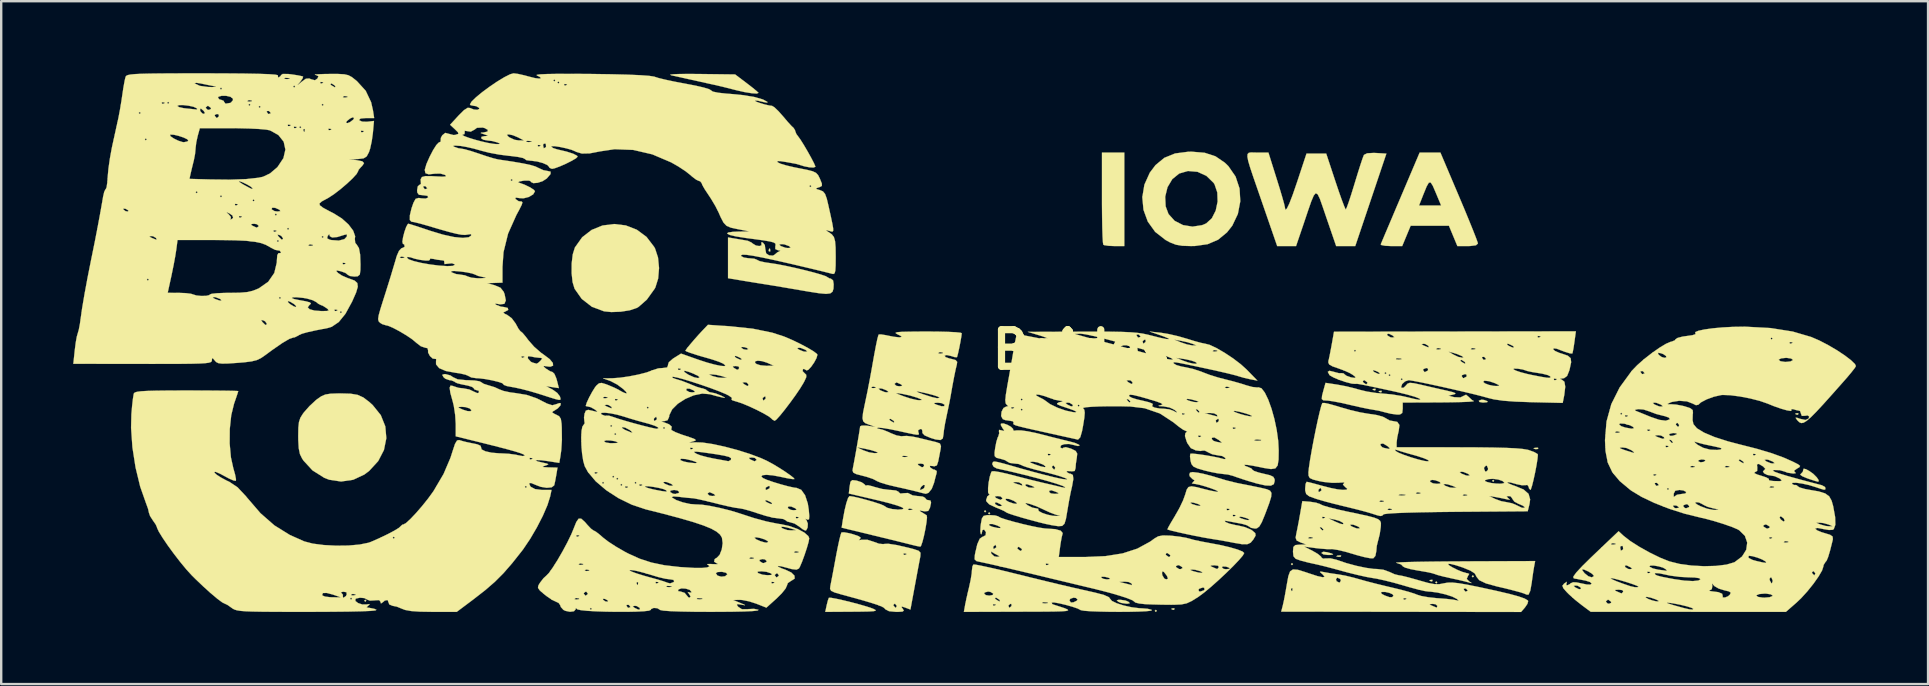
<source format=kicad_pcb>
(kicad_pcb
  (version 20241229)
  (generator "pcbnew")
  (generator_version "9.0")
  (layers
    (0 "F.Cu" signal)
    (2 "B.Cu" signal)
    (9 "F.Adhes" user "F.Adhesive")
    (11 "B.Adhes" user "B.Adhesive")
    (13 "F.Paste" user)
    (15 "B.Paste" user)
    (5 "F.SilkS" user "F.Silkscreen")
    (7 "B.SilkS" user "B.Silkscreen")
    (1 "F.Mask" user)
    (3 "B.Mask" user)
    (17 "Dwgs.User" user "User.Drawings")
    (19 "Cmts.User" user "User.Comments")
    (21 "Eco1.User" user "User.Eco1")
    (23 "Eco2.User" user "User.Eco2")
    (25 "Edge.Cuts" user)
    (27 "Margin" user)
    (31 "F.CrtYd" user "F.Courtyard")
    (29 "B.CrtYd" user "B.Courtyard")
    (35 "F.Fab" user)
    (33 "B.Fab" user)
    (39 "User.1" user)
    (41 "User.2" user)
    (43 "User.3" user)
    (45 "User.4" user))
  (footprint "Bsides"
    (layer "F.Cu")
    (at 42.013 11.52)
    (property "Reference" "Bsides" (at 0 0 0) (layer "F.SilkS") (effects (font (size 1.524 1.524) (thickness 0.3))))
    (attr through_hole)
    (fp_poly (pts (xy -29.803 10.456) (xy -29.845 10.499) (xy -29.887 10.456) (xy -29.845 10.414) (xy -29.803 10.456)) (stroke (width 0.01) (type solid)) (fill yes) (layer "F.SilkS"))
    (fp_poly (pts (xy -3.979 6.731) (xy -4.022 6.773) (xy -4.064 6.731) (xy -4.022 6.689) (xy -3.979 6.731)) (stroke (width 0.01) (type solid)) (fill yes) (layer "F.SilkS"))
    (fp_poly (pts (xy -3.81 6.816) (xy -3.852 6.858) (xy -3.895 6.816) (xy -3.852 6.773) (xy -3.81 6.816)) (stroke (width 0.01) (type solid)) (fill yes) (layer "F.SilkS"))
    (fp_poly (pts (xy 3.133 10.88) (xy 3.09 10.922) (xy 3.048 10.88) (xy 3.09 10.837) (xy 3.133 10.88)) (stroke (width 0.01) (type solid)) (fill yes) (layer "F.SilkS"))
    (fp_poly (pts (xy 8.805 8.932) (xy 8.763 8.975) (xy 8.721 8.932) (xy 8.763 8.89) (xy 8.805 8.932)) (stroke (width 0.01) (type solid)) (fill yes) (layer "F.SilkS"))
    (fp_poly (pts (xy 14.817 9.694) (xy 14.774 9.737) (xy 14.732 9.694) (xy 14.774 9.652) (xy 14.817 9.694)) (stroke (width 0.01) (type solid)) (fill yes) (layer "F.SilkS"))
    (fp_poly (pts (xy 16.341 9.44) (xy 16.298 9.483) (xy 16.256 9.44) (xy 16.298 9.398) (xy 16.341 9.44)) (stroke (width 0.01) (type solid)) (fill yes) (layer "F.SilkS"))
    (fp_poly (pts (xy 17.187 5.461) (xy 17.145 5.503) (xy 17.103 5.461) (xy 17.145 5.419) (xy 17.187 5.461)) (stroke (width 0.01) (type solid)) (fill yes) (layer "F.SilkS"))
    (fp_poly (pts (xy -12.982 -4.205) (xy -12.972 -4.105) (xy -12.982 -4.092) (xy -13.033 -4.104) (xy -13.039 -4.149) (xy -13.008 -4.218) (xy -12.982 -4.205)) (stroke (width 0.01) (type solid)) (fill yes) (layer "F.SilkS"))
    (fp_poly (pts (xy 3.866 10.781) (xy 3.855 10.831) (xy 3.81 10.837) (xy 3.74 10.806) (xy 3.754 10.781) (xy 3.854 10.771) (xy 3.866 10.781)) (stroke (width 0.01) (type solid)) (fill yes) (layer "F.SilkS"))
    (fp_poly (pts (xy 10.814 8.585) (xy 10.789 8.623) (xy 10.703 8.629) (xy 10.613 8.609) (xy 10.652 8.578) (xy 10.784 8.568) (xy 10.814 8.585)) (stroke (width 0.01) (type solid)) (fill yes) (layer "F.SilkS"))
    (fp_poly (pts (xy 12.248 1.637) (xy 12.237 1.687) (xy 12.192 1.693) (xy 12.122 1.662) (xy 12.136 1.637) (xy 12.236 1.627) (xy 12.248 1.637)) (stroke (width 0.01) (type solid)) (fill yes) (layer "F.SilkS"))
    (fp_poly (pts (xy 12.502 1.722) (xy 12.491 1.772) (xy 12.446 1.778) (xy 12.376 1.747) (xy 12.39 1.722) (xy 12.49 1.711) (xy 12.502 1.722)) (stroke (width 0.01) (type solid)) (fill yes) (layer "F.SilkS"))
    (fp_poly (pts (xy 14.619 9.596) (xy 14.607 9.646) (xy 14.563 9.652) (xy 14.493 9.621) (xy 14.506 9.596) (xy 14.607 9.585) (xy 14.619 9.596)) (stroke (width 0.01) (type solid)) (fill yes) (layer "F.SilkS"))
    (fp_poly (pts (xy 19.027 4.098) (xy 19.002 4.136) (xy 18.916 4.142) (xy 18.826 4.121) (xy 18.865 4.091) (xy 18.997 4.081) (xy 19.027 4.098)) (stroke (width 0.01) (type solid)) (fill yes) (layer "F.SilkS"))
    (fp_poly (pts (xy 29.859 2.653) (xy 29.847 2.703) (xy 29.803 2.709) (xy 29.733 2.678) (xy 29.746 2.653) (xy 29.847 2.643) (xy 29.859 2.653)) (stroke (width 0.01) (type solid)) (fill yes) (layer "F.SilkS"))
    (fp_poly (pts (xy 16.764 2.092) (xy 16.913 2.148) (xy 16.896 2.187) (xy 16.717 2.201) (xy 16.717 2.201) (xy 16.573 2.177) (xy 16.547 2.125) (xy 16.657 2.081) (xy 16.764 2.092)) (stroke (width 0.01) (type solid)) (fill yes) (layer "F.SilkS"))
    (fp_poly (pts (xy 10.223 8.435) (xy 10.434 8.494) (xy 10.477 8.532) (xy 10.352 8.55) (xy 10.259 8.551) (xy 10.074 8.528) (xy 9.991 8.47) (xy 9.991 8.465) (xy 10.062 8.417) (xy 10.223 8.435)) (stroke (width 0.01) (type solid)) (fill yes) (layer "F.SilkS"))
    (fp_poly (pts (xy 1.826 10.449) (xy 1.947 10.499) (xy 2.009 10.559) (xy 1.922 10.58) (xy 1.863 10.581) (xy 1.646 10.549) (xy 1.524 10.499) (xy 1.462 10.439) (xy 1.549 10.418) (xy 1.609 10.417) (xy 1.826 10.449)) (stroke (width 0.01) (type solid)) (fill yes) (layer "F.SilkS"))
    (fp_poly (pts (xy 1.778 -4.318) (xy 1.369 -4.318) (xy 1.118 -4.329) (xy 0.943 -4.356) (xy 0.903 -4.374) (xy 0.887 -4.472) (xy 0.872 -4.714) (xy 0.86 -5.075) (xy 0.852 -5.531) (xy 0.847 -6.056) (xy 0.847 -6.322) (xy 0.847 -8.213) (xy 1.778 -8.213) (xy 1.778 -4.318)) (stroke (width 0.01) (type solid)) (fill yes) (layer "F.SilkS"))
    (fp_poly (pts (xy 30.177 4.977) (xy 30.318 5.054) (xy 30.488 5.177) (xy 30.628 5.318) (xy 30.707 5.437) (xy 30.695 5.496) (xy 30.673 5.497) (xy 30.56 5.467) (xy 30.348 5.398) (xy 30.226 5.356) (xy 30.028 5.273) (xy 29.938 5.208) (xy 29.951 5.186) (xy 30.047 5.082) (xy 30.057 5.026) (xy 30.08 4.956) (xy 30.177 4.977)) (stroke (width 0.01) (type solid)) (fill yes) (layer "F.SilkS"))
    (fp_poly (pts (xy -10.436 10.336) (xy -10.22 10.375) (xy -9.923 10.441) (xy -9.584 10.524) (xy -9.244 10.615) (xy -8.944 10.702) (xy -8.723 10.777) (xy -8.678 10.795) (xy -8.591 10.841) (xy -8.581 10.873) (xy -8.668 10.893) (xy -8.871 10.906) (xy -9.21 10.912) (xy -9.553 10.915) (xy -10.681 10.922) (xy -10.623 10.647) (xy -10.573 10.449) (xy -10.532 10.338) (xy -10.53 10.335) (xy -10.436 10.336)) (stroke (width 0.01) (type solid)) (fill yes) (layer "F.SilkS"))
    (fp_poly (pts (xy -15.917 -11.487) (xy -14.436 -11.469) (xy -13.949 -11.101) (xy -13.711 -10.917) (xy -13.538 -10.775) (xy -13.463 -10.703) (xy -13.462 -10.7) (xy -13.538 -10.672) (xy -13.74 -10.685) (xy -14.034 -10.732) (xy -14.381 -10.81) (xy -14.478 -10.835) (xy -14.868 -10.934) (xy -15.288 -11.033) (xy -15.536 -11.087) (xy -17.103 -11.434) (xy -17.139 -11.46) (xy -17.013 -11.477) (xy -16.732 -11.488) (xy -16.303 -11.49) (xy -15.917 -11.487)) (stroke (width 0.01) (type solid)) (fill yes) (layer "F.SilkS"))
    (fp_poly (pts (xy -18.993 -5.179) (xy -18.533 -5) (xy -18.128 -4.701) (xy -17.808 -4.282) (xy -17.772 -4.216) (xy -17.649 -3.842) (xy -17.606 -3.402) (xy -17.643 -2.965) (xy -17.758 -2.597) (xy -17.789 -2.54) (xy -18.116 -2.086) (xy -18.457 -1.786) (xy -18.542 -1.738) (xy -18.826 -1.643) (xy -19.202 -1.584) (xy -19.592 -1.569) (xy -19.897 -1.6) (xy -20.404 -1.789) (xy -20.826 -2.117) (xy -21.124 -2.539) (xy -21.208 -2.814) (xy -21.248 -3.188) (xy -21.246 -3.596) (xy -21.201 -3.974) (xy -21.113 -4.256) (xy -21.112 -4.259) (xy -20.808 -4.686) (xy -20.415 -4.991) (xy -19.962 -5.175) (xy -19.479 -5.237) (xy -18.993 -5.179)) (stroke (width 0.01) (type solid)) (fill yes) (layer "F.SilkS"))
    (fp_poly (pts (xy -30.455 1.832) (xy -30.163 1.881) (xy -29.923 1.99) (xy -29.676 2.179) (xy -29.535 2.307) (xy -29.198 2.726) (xy -29.01 3.195) (xy -28.968 3.687) (xy -29.067 4.177) (xy -29.306 4.639) (xy -29.68 5.046) (xy -29.885 5.201) (xy -30.349 5.418) (xy -30.853 5.491) (xy -31.35 5.416) (xy -31.556 5.335) (xy -32.043 5.028) (xy -32.417 4.622) (xy -32.477 4.533) (xy -32.567 4.348) (xy -32.617 4.107) (xy -32.637 3.762) (xy -32.639 3.602) (xy -32.633 3.248) (xy -32.607 3.01) (xy -32.548 2.833) (xy -32.443 2.666) (xy -32.4 2.609) (xy -32.17 2.349) (xy -31.903 2.101) (xy -31.85 2.059) (xy -31.675 1.938) (xy -31.507 1.866) (xy -31.293 1.832) (xy -30.979 1.821) (xy -30.857 1.821) (xy -30.455 1.832)) (stroke (width 0.01) (type solid)) (fill yes) (layer "F.SilkS"))
    (fp_poly (pts (xy 15.729 -6.371) (xy 15.95 -5.847) (xy 16.146 -5.372) (xy 16.309 -4.969) (xy 16.43 -4.661) (xy 16.498 -4.472) (xy 16.51 -4.424) (xy 16.428 -4.351) (xy 16.183 -4.32) (xy 16.082 -4.318) (xy 15.654 -4.318) (xy 15.478 -4.741) (xy 15.302 -5.165) (xy 13.707 -5.165) (xy 13.531 -4.741) (xy 13.355 -4.318) (xy 12.893 -4.318) (xy 12.646 -4.33) (xy 12.49 -4.36) (xy 12.46 -4.389) (xy 12.5 -4.484) (xy 12.596 -4.712) (xy 12.74 -5.052) (xy 12.922 -5.48) (xy 13.131 -5.975) (xy 13.147 -6.011) (xy 14.057 -6.011) (xy 14.976 -6.011) (xy 14.748 -6.556) (xy 14.629 -6.831) (xy 14.542 -6.967) (xy 14.465 -6.96) (xy 14.375 -6.805) (xy 14.249 -6.497) (xy 14.231 -6.453) (xy 14.057 -6.011) (xy 13.147 -6.011) (xy 13.285 -6.336) (xy 14.082 -8.213) (xy 14.947 -8.213) (xy 15.729 -6.371)) (stroke (width 0.01) (type solid)) (fill yes) (layer "F.SilkS"))
    (fp_poly (pts (xy 5.127 -8.205) (xy 5.578 -8.057) (xy 5.967 -7.791) (xy 6.113 -7.649) (xy 6.413 -7.216) (xy 6.579 -6.717) (xy 6.61 -6.186) (xy 6.509 -5.658) (xy 6.276 -5.168) (xy 6.056 -4.889) (xy 5.683 -4.582) (xy 5.25 -4.397) (xy 4.721 -4.322) (xy 4.554 -4.319) (xy 4.194 -4.33) (xy 3.929 -4.375) (xy 3.685 -4.47) (xy 3.494 -4.574) (xy 3.063 -4.91) (xy 2.756 -5.338) (xy 2.577 -5.827) (xy 2.528 -6.349) (xy 2.532 -6.376) (xy 3.481 -6.376) (xy 3.5 -5.973) (xy 3.619 -5.653) (xy 3.872 -5.372) (xy 4.221 -5.193) (xy 4.618 -5.128) (xy 5.017 -5.189) (xy 5.189 -5.262) (xy 5.424 -5.476) (xy 5.586 -5.796) (xy 5.665 -6.171) (xy 5.652 -6.551) (xy 5.539 -6.886) (xy 5.497 -6.952) (xy 5.198 -7.243) (xy 4.827 -7.412) (xy 4.429 -7.446) (xy 4.067 -7.342) (xy 3.777 -7.108) (xy 3.577 -6.77) (xy 3.481 -6.376) (xy 2.532 -6.376) (xy 2.614 -6.875) (xy 2.839 -7.375) (xy 3.078 -7.692) (xy 3.445 -7.995) (xy 3.893 -8.177) (xy 4.448 -8.249) (xy 4.572 -8.251) (xy 5.127 -8.205)) (stroke (width 0.01) (type solid)) (fill yes) (layer "F.SilkS"))
    (fp_poly (pts (xy 7.173 -8.216) (xy 7.311 -8.213) (xy 7.782 -8.213) (xy 8.124 -7.124) (xy 8.251 -6.715) (xy 8.356 -6.362) (xy 8.431 -6.096) (xy 8.465 -5.951) (xy 8.467 -5.938) (xy 8.488 -5.828) (xy 8.55 -5.879) (xy 8.653 -6.09) (xy 8.795 -6.459) (xy 8.975 -6.982) (xy 8.983 -7.006) (xy 9.368 -8.17) (xy 10.19 -8.17) (xy 10.575 -7.006) (xy 10.714 -6.594) (xy 10.837 -6.246) (xy 10.934 -5.991) (xy 10.993 -5.856) (xy 11.004 -5.843) (xy 11.044 -5.92) (xy 11.12 -6.129) (xy 11.223 -6.441) (xy 11.343 -6.827) (xy 11.374 -6.929) (xy 11.499 -7.339) (xy 11.612 -7.695) (xy 11.701 -7.962) (xy 11.757 -8.107) (xy 11.763 -8.118) (xy 11.895 -8.184) (xy 12.17 -8.2) (xy 12.262 -8.196) (xy 12.696 -8.17) (xy 12.048 -6.244) (xy 11.399 -4.318) (xy 10.604 -4.318) (xy 10.193 -5.513) (xy 10.039 -5.966) (xy 9.925 -6.288) (xy 9.835 -6.474) (xy 9.755 -6.521) (xy 9.671 -6.425) (xy 9.568 -6.183) (xy 9.431 -5.79) (xy 9.257 -5.271) (xy 8.933 -4.318) (xy 8.147 -4.318) (xy 7.544 -6.063) (xy 7.32 -6.71) (xy 7.146 -7.213) (xy 7.02 -7.591) (xy 6.94 -7.861) (xy 6.906 -8.041) (xy 6.913 -8.149) (xy 6.962 -8.202) (xy 7.049 -8.219) (xy 7.173 -8.216)) (stroke (width 0.01) (type solid)) (fill yes) (layer "F.SilkS"))
    (fp_poly (pts (xy 18.85 9.038) (xy 18.813 9.26) (xy 18.77 9.561) (xy 18.75 9.715) (xy 18.691 10.045) (xy 18.616 10.206) (xy 18.525 10.2) (xy 18.52 10.194) (xy 18.417 10.151) (xy 18.187 10.082) (xy 17.868 9.997) (xy 17.497 9.907) (xy 17.297 9.861) (xy 16.849 9.737) (xy 16.567 9.603) (xy 16.447 9.455) (xy 16.443 9.438) (xy 16.378 9.32) (xy 16.2 9.205) (xy 15.883 9.075) (xy 15.867 9.069) (xy 15.585 8.977) (xy 15.37 8.924) (xy 15.266 8.92) (xy 15.265 8.921) (xy 15.304 8.979) (xy 15.452 9.07) (xy 15.657 9.172) (xy 15.87 9.259) (xy 16.041 9.308) (xy 16.076 9.311) (xy 16.148 9.34) (xy 16.092 9.433) (xy 16.044 9.549) (xy 16.144 9.651) (xy 16.145 9.652) (xy 16.247 9.721) (xy 16.198 9.717) (xy 16.129 9.695) (xy 15.962 9.651) (xy 15.689 9.586) (xy 15.379 9.519) (xy 15.077 9.451) (xy 14.84 9.389) (xy 14.717 9.347) (xy 14.716 9.346) (xy 14.597 9.309) (xy 14.359 9.259) (xy 14.05 9.205) (xy 14.003 9.198) (xy 13.702 9.141) (xy 13.481 9.079) (xy 13.38 9.025) (xy 13.378 9.016) (xy 13.308 8.946) (xy 13.131 8.885) (xy 13.105 8.88) (xy 13.122 8.868) (xy 13.291 8.856) (xy 13.596 8.845) (xy 14.021 8.835) (xy 14.548 8.827) (xy 15.16 8.821) (xy 15.842 8.817) (xy 15.861 8.816) (xy 18.894 8.805) (xy 18.85 9.038)) (stroke (width 0.01) (type solid)) (fill yes) (layer "F.SilkS"))
    (fp_poly (pts (xy -9.687 7.644) (xy -9.534 7.684) (xy -9.294 7.766) (xy -9.204 7.832) (xy -9.237 7.888) (xy -9.285 7.937) (xy -9.182 7.921) (xy -9.16 7.915) (xy -8.933 7.915) (xy -8.667 8) (xy -8.444 8.081) (xy -8.268 8.099) (xy -8.244 8.093) (xy -8.058 8.083) (xy -7.715 8.136) (xy -7.216 8.25) (xy -7 8.306) (xy -6.794 8.374) (xy -6.713 8.458) (xy -6.719 8.603) (xy -6.722 8.62) (xy -6.755 8.792) (xy -6.811 9.088) (xy -6.881 9.465) (xy -6.95 9.836) (xy -7.133 10.825) (xy -7.347 10.744) (xy -7.489 10.698) (xy -7.5 10.731) (xy -7.453 10.792) (xy -7.408 10.871) (xy -7.465 10.91) (xy -7.653 10.922) (xy -7.732 10.922) (xy -8.023 10.894) (xy -8.179 10.814) (xy -8.187 10.802) (xy -8.236 10.751) (xy -8.339 10.694) (xy -8.492 10.635) (xy -7.845 10.635) (xy -7.832 10.668) (xy -7.756 10.749) (xy -7.742 10.753) (xy -7.706 10.687) (xy -7.705 10.668) (xy -7.77 10.587) (xy -7.794 10.583) (xy -7.845 10.635) (xy -8.492 10.635) (xy -8.517 10.626) (xy -8.788 10.539) (xy -9.174 10.426) (xy -9.693 10.282) (xy -10.02 10.193) (xy -10.293 10.113) (xy -10.435 10.046) (xy -10.482 9.964) (xy -10.468 9.838) (xy -10.467 9.834) (xy -10.433 9.662) (xy -10.376 9.367) (xy -10.306 8.993) (xy -10.24 8.636) (xy -10.213 8.495) (xy -7.422 8.495) (xy -7.411 8.545) (xy -7.366 8.551) (xy -7.296 8.52) (xy -7.31 8.495) (xy -7.41 8.485) (xy -7.422 8.495) (xy -10.213 8.495) (xy -10.165 8.249) (xy -10.096 7.926) (xy -10.039 7.702) (xy -10.005 7.612) (xy -9.898 7.606) (xy -9.687 7.644)) (stroke (width 0.01) (type solid)) (fill yes) (layer "F.SilkS"))
    (fp_poly (pts (xy -9.388 5.45) (xy -9.371 5.454) (xy -9.166 5.522) (xy -9.044 5.61) (xy -8.985 5.671) (xy -8.976 5.655) (xy -8.905 5.644) (xy -8.726 5.686) (xy -8.625 5.719) (xy -8.315 5.8) (xy -7.999 5.841) (xy -7.948 5.842) (xy -7.737 5.864) (xy -7.626 5.918) (xy -7.62 5.936) (xy -7.551 5.992) (xy -7.414 5.978) (xy -7.238 5.968) (xy -7.155 6.011) (xy -7.042 6.068) (xy -6.837 6.096) (xy -6.811 6.096) (xy -6.617 6.118) (xy -6.521 6.171) (xy -6.519 6.181) (xy -6.451 6.256) (xy -6.392 6.265) (xy -6.295 6.285) (xy -6.273 6.375) (xy -6.318 6.579) (xy -6.318 6.582) (xy -6.39 6.717) (xy -6.537 6.735) (xy -6.592 6.725) (xy -6.74 6.699) (xy -6.735 6.724) (xy -6.646 6.78) (xy -6.506 6.867) (xy -6.454 6.9) (xy -6.443 6.996) (xy -6.465 7.203) (xy -6.51 7.472) (xy -6.569 7.755) (xy -6.632 8.002) (xy -6.689 8.166) (xy -6.72 8.205) (xy -6.866 8.179) (xy -7.07 8.13) (xy -7.238 8.087) (xy -7.535 8.013) (xy -7.929 7.916) (xy -8.382 7.806) (xy -8.662 7.738) (xy -9.999 7.414) (xy -9.946 7.073) (xy -9.877 6.697) (xy -9.87 6.668) (xy -7.245 6.668) (xy -7.161 6.682) (xy -7.052 6.666) (xy -7.05 6.638) (xy -7.164 6.617) (xy -7.213 6.631) (xy -7.245 6.668) (xy -9.87 6.668) (xy -9.802 6.387) (xy -9.73 6.175) (xy -9.67 6.097) (xy -9.67 6.097) (xy -9.509 6.121) (xy -9.255 6.179) (xy -8.955 6.259) (xy -8.655 6.346) (xy -8.403 6.428) (xy -8.246 6.492) (xy -8.218 6.511) (xy -8.102 6.584) (xy -7.896 6.638) (xy -7.668 6.665) (xy -7.485 6.656) (xy -7.419 6.622) (xy -7.476 6.569) (xy -7.682 6.491) (xy -8.018 6.392) (xy -8.466 6.279) (xy -8.533 6.264) (xy -9.7 5.991) (xy -9.666 5.696) (xy -9.631 5.501) (xy -9.556 5.433) (xy -9.388 5.45)) (stroke (width 0.01) (type solid)) (fill yes) (layer "F.SilkS"))
    (fp_poly (pts (xy -4.41 8.956) (xy -4.174 9.001) (xy -3.827 9.076) (xy -3.393 9.176) (xy -2.9 9.296) (xy -2.836 9.312) (xy -2.106 9.493) (xy -1.496 9.642) (xy -0.964 9.77) (xy -0.465 9.887) (xy 0.043 10.003) (xy 0.572 10.122) (xy 0.935 10.219) (xy 1.14 10.312) (xy 1.185 10.376) (xy 1.262 10.466) (xy 1.465 10.564) (xy 1.75 10.655) (xy 2.076 10.728) (xy 2.399 10.769) (xy 2.507 10.774) (xy 2.745 10.792) (xy 2.902 10.831) (xy 2.929 10.851) (xy 2.868 10.876) (xy 2.669 10.896) (xy 2.364 10.91) (xy 1.987 10.918) (xy 1.567 10.921) (xy 1.139 10.918) (xy 0.733 10.909) (xy 0.381 10.896) (xy 0.116 10.877) (xy -0.03 10.852) (xy -0.047 10.844) (xy -0.166 10.782) (xy -0.387 10.707) (xy -0.658 10.631) (xy -0.926 10.568) (xy -1.14 10.53) (xy -1.247 10.533) (xy -1.249 10.534) (xy -1.226 10.594) (xy -1.176 10.617) (xy -0.904 10.704) (xy -0.703 10.771) (xy -0.585 10.822) (xy -0.562 10.859) (xy -0.644 10.884) (xy -0.845 10.899) (xy -1.175 10.908) (xy -1.646 10.912) (xy -2.269 10.914) (xy -2.601 10.915) (xy -4.906 10.922) (xy -4.857 10.647) (xy -4.85 10.612) (xy -3.697 10.612) (xy -3.685 10.662) (xy -3.641 10.668) (xy -3.048 10.668) (xy -3.019 10.75) (xy -3.011 10.753) (xy -2.938 10.693) (xy -2.921 10.668) (xy -2.928 10.59) (xy -2.958 10.583) (xy -3.045 10.645) (xy -3.048 10.668) (xy -3.641 10.668) (xy -3.571 10.637) (xy -3.584 10.612) (xy -3.685 10.601) (xy -3.697 10.612) (xy -4.85 10.612) (xy -4.839 10.558) (xy -1.64 10.558) (xy -1.524 10.57) (xy -1.404 10.557) (xy -1.418 10.527) (xy -1.592 10.516) (xy -1.63 10.527) (xy -1.64 10.558) (xy -4.839 10.558) (xy -4.808 10.406) (xy -4.799 10.364) (xy -3.616 10.364) (xy -3.556 10.414) (xy -3.421 10.49) (xy -3.403 10.461) (xy -3.41 10.448) (xy -0.508 10.448) (xy -0.446 10.532) (xy -0.339 10.523) (xy -0.201 10.456) (xy -0.169 10.404) (xy -0.24 10.343) (xy -0.339 10.329) (xy -0.476 10.379) (xy -0.508 10.448) (xy -3.41 10.448) (xy -3.429 10.414) (xy -3.553 10.334) (xy -3.582 10.331) (xy -3.616 10.364) (xy -4.799 10.364) (xy -4.753 10.16) (xy -4.064 10.16) (xy -3.991 10.223) (xy -3.847 10.245) (xy -3.703 10.218) (xy -3.683 10.16) (xy -3.802 10.089) (xy -3.9 10.075) (xy -4.035 10.112) (xy -4.064 10.16) (xy -4.753 10.16) (xy -4.737 10.089) (xy -4.69 9.894) (xy -4.624 9.59) (xy -4.581 9.322) (xy -4.572 9.2) (xy -4.55 9.024) (xy -4.508 8.948) (xy -4.41 8.956)) (stroke (width 0.01) (type solid)) (fill yes) (layer "F.SilkS"))
    (fp_poly (pts (xy 4.847 5.124) (xy 5.139 5.186) (xy 5.489 5.28) (xy 5.682 5.34) (xy 6.047 5.448) (xy 6.439 5.545) (xy 6.614 5.581) (xy 6.984 5.653) (xy 7.378 5.734) (xy 7.513 5.764) (xy 7.719 5.814) (xy 7.85 5.872) (xy 7.908 5.967) (xy 7.897 6.128) (xy 7.819 6.383) (xy 7.678 6.761) (xy 7.633 6.879) (xy 7.506 7.186) (xy 7.404 7.362) (xy 7.304 7.439) (xy 7.226 7.451) (xy 7.057 7.421) (xy 6.991 7.376) (xy 6.884 7.313) (xy 6.679 7.253) (xy 6.626 7.243) (xy 6.352 7.192) (xy 6.113 7.145) (xy 6.096 7.142) (xy 5.963 7.124) (xy 5.979 7.163) (xy 6.007 7.184) (xy 6.163 7.248) (xy 6.41 7.306) (xy 6.516 7.323) (xy 6.801 7.39) (xy 7.046 7.492) (xy 7.102 7.527) (xy 7.234 7.642) (xy 7.248 7.742) (xy 7.155 7.903) (xy 7.042 8.038) (xy 6.901 8.103) (xy 6.69 8.104) (xy 6.364 8.049) (xy 6.308 8.037) (xy 6.044 7.987) (xy 5.694 7.926) (xy 5.376 7.875) (xy 5.096 7.827) (xy 4.753 7.761) (xy 4.39 7.686) (xy 4.05 7.611) (xy 3.773 7.546) (xy 3.603 7.499) (xy 3.574 7.487) (xy 3.603 7.414) (xy 3.703 7.234) (xy 3.853 6.983) (xy 3.857 6.976) (xy 6.557 6.976) (xy 6.646 7.027) (xy 6.844 7.088) (xy 6.943 7.1) (xy 6.99 7.078) (xy 6.9 7.027) (xy 6.703 6.967) (xy 6.604 6.955) (xy 6.557 6.976) (xy 3.857 6.976) (xy 3.884 6.932) (xy 3.91 6.886) (xy 6.294 6.886) (xy 6.305 6.937) (xy 6.35 6.943) (xy 6.42 6.912) (xy 6.406 6.886) (xy 6.306 6.876) (xy 6.294 6.886) (xy 3.91 6.886) (xy 4.054 6.632) (xy 6.04 6.632) (xy 6.051 6.683) (xy 6.096 6.689) (xy 6.166 6.658) (xy 6.152 6.632) (xy 6.052 6.622) (xy 6.04 6.632) (xy 4.054 6.632) (xy 4.068 6.609) (xy 4.175 6.384) (xy 4.525 6.384) (xy 4.614 6.435) (xy 4.812 6.495) (xy 4.911 6.507) (xy 4.958 6.486) (xy 4.868 6.435) (xy 4.671 6.374) (xy 4.572 6.362) (xy 4.525 6.384) (xy 4.175 6.384) (xy 4.223 6.284) (xy 4.315 6.032) (xy 4.375 5.832) (xy 4.449 5.722) (xy 4.577 5.69) (xy 4.797 5.726) (xy 5.08 5.8) (xy 5.359 5.868) (xy 5.583 5.911) (xy 5.673 5.92) (xy 5.68 5.896) (xy 5.567 5.841) (xy 5.375 5.769) (xy 5.147 5.694) (xy 4.923 5.631) (xy 4.747 5.594) (xy 4.699 5.589) (xy 4.592 5.57) (xy 4.643 5.514) (xy 4.706 5.444) (xy 4.621 5.391) (xy 4.504 5.275) (xy 4.487 5.202) (xy 4.515 5.12) (xy 4.626 5.097) (xy 4.847 5.124)) (stroke (width 0.01) (type solid)) (fill yes) (layer "F.SilkS"))
    (fp_poly (pts (xy -3.613 6.903) (xy -3.481 6.939) (xy -3.471 6.948) (xy -3.367 7.003) (xy -3.137 7.08) (xy -2.822 7.169) (xy -2.464 7.261) (xy -2.102 7.344) (xy -1.777 7.41) (xy -1.53 7.447) (xy -1.453 7.452) (xy -1.099 7.475) (xy -0.872 7.539) (xy -0.79 7.637) (xy -0.796 7.672) (xy -0.833 7.82) (xy -0.876 8.065) (xy -0.897 8.212) (xy -0.953 8.636) (xy 0.147 8.636) (xy 0.992 8.599) (xy 1.498 8.519) (xy 3.5 8.519) (xy 3.514 8.551) (xy 3.626 8.633) (xy 3.651 8.636) (xy 3.697 8.584) (xy 3.683 8.551) (xy 3.571 8.47) (xy 3.546 8.467) (xy 3.5 8.519) (xy 1.498 8.519) (xy 1.708 8.485) (xy 2.319 8.287) (xy 2.85 7.998) (xy 3.037 7.863) (xy 3.19 7.774) (xy 3.385 7.737) (xy 3.676 7.745) (xy 3.757 7.751) (xy 4.073 7.787) (xy 4.351 7.835) (xy 4.487 7.87) (xy 4.678 7.923) (xy 4.971 7.986) (xy 5.292 8.046) (xy 5.756 8.133) (xy 6.165 8.228) (xy 6.49 8.322) (xy 6.702 8.407) (xy 6.773 8.471) (xy 6.713 8.578) (xy 6.55 8.768) (xy 6.311 9.019) (xy 6.021 9.303) (xy 5.707 9.597) (xy 5.395 9.875) (xy 5.111 10.111) (xy 4.882 10.282) (xy 4.868 10.292) (xy 4.591 10.466) (xy 4.376 10.566) (xy 4.153 10.612) (xy 3.853 10.625) (xy 3.725 10.626) (xy 3.334 10.622) (xy 2.938 10.612) (xy 2.646 10.6) (xy 2.397 10.573) (xy 2.236 10.532) (xy 2.201 10.502) (xy 2.123 10.442) (xy 1.905 10.353) (xy 1.573 10.244) (xy 1.153 10.122) (xy 0.671 9.997) (xy 0.645 9.991) (xy 4.868 9.991) (xy 4.887 10.064) (xy 4.943 10.075) (xy 5.089 10.026) (xy 5.122 9.991) (xy 5.104 9.917) (xy 5.048 9.906) (xy 4.901 9.956) (xy 4.868 9.991) (xy 0.645 9.991) (xy 0.508 9.957) (xy 0.263 9.899) (xy -0.114 9.809) (xy -0.59 9.694) (xy -0.683 9.672) (xy 1.566 9.672) (xy 1.82 9.737) (xy 2.006 9.785) (xy 2.1 9.811) (xy 2.1 9.811) (xy 2.091 9.766) (xy 2.074 9.737) (xy 1.959 9.677) (xy 1.794 9.662) (xy 1.566 9.672) (xy -0.683 9.672) (xy -1.133 9.564) (xy -1.42 9.495) (xy 0.812 9.495) (xy 0.905 9.545) (xy 1.052 9.569) (xy 1.167 9.557) (xy 1.185 9.535) (xy 1.113 9.497) (xy 0.976 9.462) (xy 0.837 9.456) (xy 0.812 9.495) (xy -1.42 9.495) (xy -1.71 9.425) (xy -1.947 9.368) (xy -2.246 9.297) (xy 3.347 9.297) (xy 3.362 9.398) (xy 3.447 9.536) (xy 3.524 9.567) (xy 3.598 9.542) (xy 3.56 9.437) (xy 3.536 9.398) (xy 3.433 9.266) (xy 3.374 9.229) (xy 3.347 9.297) (xy -2.246 9.297) (xy -2.511 9.233) (xy -2.785 9.169) (xy 4.521 9.169) (xy 4.581 9.203) (xy 4.657 9.229) (xy 4.856 9.281) (xy 4.995 9.298) (xy 5.038 9.28) (xy 4.953 9.229) (xy 4.731 9.168) (xy 4.614 9.158) (xy 4.521 9.169) (xy -2.785 9.169) (xy -3.037 9.109) (xy -3.434 9.017) (xy 3.928 9.017) (xy 3.937 9.059) (xy 4.059 9.136) (xy 4.116 9.144) (xy 4.2 9.102) (xy 4.191 9.059) (xy 4.083 8.991) (xy 5.377 8.991) (xy 5.379 9.021) (xy 5.461 9.059) (xy 5.602 9.12) (xy 5.647 9.138) (xy 5.697 9.086) (xy 5.71 9.067) (xy 5.842 9.067) (xy 5.913 9.13) (xy 6.011 9.144) (xy 6.149 9.13) (xy 6.181 9.112) (xy 6.111 9.067) (xy 6.011 9.035) (xy 5.876 9.03) (xy 5.842 9.067) (xy 5.71 9.067) (xy 5.715 9.059) (xy 5.684 9) (xy 5.529 8.981) (xy 5.377 8.991) (xy 4.083 8.991) (xy 4.069 8.982) (xy 4.012 8.975) (xy 3.928 9.017) (xy -3.434 9.017) (xy -3.497 9.002) (xy -3.864 8.919) (xy -3.868 8.918) (xy -1.496 8.918) (xy -1.484 8.969) (xy -1.439 8.975) (xy -1.37 8.944) (xy -1.383 8.918) (xy -1.483 8.908) (xy -1.496 8.918) (xy -3.868 8.918) (xy -4.107 8.866) (xy -4.173 8.853) (xy -4.379 8.807) (xy -4.459 8.733) (xy -4.452 8.572) (xy -4.436 8.483) (xy -4.419 8.408) (xy -3.779 8.408) (xy -3.761 8.497) (xy -3.643 8.606) (xy -3.526 8.629) (xy -3.419 8.612) (xy -3.471 8.576) (xy -3.656 8.479) (xy -3.706 8.443) (xy -3.779 8.408) (xy -4.419 8.408) (xy -4.373 8.213) (xy -3.683 8.213) (xy -3.676 8.291) (xy -3.646 8.297) (xy -3.6 8.265) (xy -2.681 8.265) (xy -2.667 8.297) (xy -2.555 8.379) (xy -2.53 8.382) (xy -2.484 8.33) (xy -2.498 8.297) (xy -2.61 8.216) (xy -2.635 8.213) (xy -2.681 8.265) (xy -3.6 8.265) (xy -3.559 8.236) (xy -3.556 8.213) (xy -3.585 8.13) (xy -3.593 8.128) (xy -3.666 8.187) (xy -3.683 8.213) (xy -4.373 8.213) (xy -4.347 8.101) (xy -4.246 7.875) (xy -4.127 7.791) (xy -4.108 7.789) (xy -4.002 7.728) (xy -3.986 7.6) (xy -4.064 7.493) (xy -4.134 7.515) (xy -4.149 7.587) (xy -4.172 7.685) (xy -4.201 7.68) (xy -4.222 7.572) (xy -4.211 7.36) (xy -4.199 7.265) (xy -3.851 7.265) (xy -3.846 7.321) (xy -3.724 7.375) (xy -3.495 7.427) (xy -3.379 7.43) (xy -3.395 7.387) (xy -3.514 7.325) (xy -3.712 7.262) (xy -3.847 7.262) (xy -3.851 7.265) (xy -4.199 7.265) (xy -4.199 7.26) (xy -4.156 7.031) (xy -4.087 6.924) (xy -3.947 6.892) (xy -3.829 6.89) (xy -3.613 6.903)) (stroke (width 0.01) (type solid)) (fill yes) (layer "F.SilkS"))
    (fp_poly (pts (xy -3.097 3.125) (xy -2.941 3.213) (xy -2.854 3.301) (xy -2.855 3.332) (xy -2.827 3.375) (xy -2.701 3.361) (xy -2.533 3.36) (xy -2.25 3.399) (xy -1.899 3.471) (xy -1.693 3.522) (xy -1.292 3.626) (xy -0.902 3.724) (xy -0.586 3.802) (xy -0.487 3.825) (xy -0.254 3.892) (xy -0.109 3.959) (xy -0.085 3.988) (xy -0.152 4.013) (xy -0.314 3.973) (xy -0.314 3.973) (xy -0.522 3.927) (xy -0.721 3.934) (xy -0.86 3.984) (xy -0.887 4.067) (xy -0.882 4.076) (xy -0.802 4.115) (xy -0.773 4.086) (xy -0.661 4.059) (xy -0.448 4.118) (xy -0.435 4.124) (xy -0.247 4.219) (xy -0.184 4.328) (xy -0.202 4.502) (xy -0.24 4.746) (xy -0.254 4.931) (xy -0.289 5.052) (xy -0.422 5.067) (xy -0.463 5.06) (xy -0.602 5.054) (xy -0.627 5.092) (xy -0.513 5.159) (xy -0.461 5.165) (xy -0.365 5.219) (xy -0.346 5.392) (xy -0.401 5.7) (xy -0.415 5.757) (xy -0.466 5.988) (xy -0.529 6.318) (xy -0.591 6.68) (xy -0.596 6.71) (xy -0.654 7.049) (xy -0.714 7.249) (xy -0.811 7.341) (xy -0.976 7.352) (xy -1.241 7.311) (xy -1.27 7.306) (xy -1.499 7.258) (xy -1.808 7.182) (xy -2.155 7.089) (xy -2.501 6.992) (xy -2.806 6.9) (xy -3.03 6.826) (xy -3.131 6.782) (xy -3.133 6.78) (xy -3.231 6.719) (xy -3.434 6.628) (xy -3.577 6.571) (xy -3.851 6.442) (xy -3.916 6.372) (xy -3.616 6.372) (xy -3.598 6.435) (xy -3.478 6.508) (xy -3.403 6.518) (xy -3.308 6.504) (xy -3.37 6.446) (xy -3.387 6.435) (xy -3.542 6.36) (xy -3.616 6.372) (xy -3.916 6.372) (xy -3.971 6.313) (xy -3.979 6.265) (xy -3.978 6.261) (xy -3.167 6.261) (xy -3.048 6.335) (xy -2.838 6.407) (xy -2.712 6.423) (xy -2.703 6.402) (xy -2.343 6.402) (xy -2.249 6.48) (xy -2.05 6.579) (xy -1.917 6.604) (xy -1.807 6.627) (xy -1.808 6.663) (xy -1.782 6.724) (xy -1.64 6.8) (xy -1.433 6.87) (xy -1.211 6.917) (xy -1.101 6.925) (xy -0.889 6.928) (xy -1.101 6.864) (xy -1.322 6.78) (xy -1.579 6.662) (xy -1.604 6.649) (xy -1.875 6.526) (xy -2.139 6.431) (xy -2.154 6.427) (xy -2.321 6.385) (xy -2.343 6.402) (xy -2.703 6.402) (xy -2.696 6.386) (xy -2.817 6.301) (xy -2.82 6.299) (xy -3.016 6.219) (xy -3.157 6.207) (xy -3.159 6.208) (xy -3.167 6.261) (xy -3.978 6.261) (xy -3.929 6.113) (xy -3.926 6.111) (xy -3.616 6.111) (xy -3.586 6.16) (xy -3.556 6.181) (xy -3.381 6.259) (xy -3.305 6.209) (xy -3.302 6.181) (xy -3.374 6.115) (xy -3.493 6.097) (xy -3.616 6.111) (xy -3.926 6.111) (xy -3.873 6.067) (xy -3.825 6.027) (xy -3.862 6.018) (xy -3.897 5.941) (xy -3.897 5.927) (xy -1.355 5.927) (xy -1.282 5.986) (xy -1.122 6.005) (xy -0.971 5.995) (xy -0.977 5.965) (xy -1.058 5.927) (xy -1.256 5.856) (xy -1.342 5.873) (xy -1.355 5.927) (xy -3.897 5.927) (xy -3.898 5.756) (xy -3.873 5.523) (xy -2.855 5.523) (xy -2.822 5.55) (xy -2.709 5.588) (xy -2.542 5.641) (xy -2.472 5.664) (xy -2.48 5.623) (xy -2.348 5.623) (xy -2.328 5.673) (xy -2.211 5.738) (xy -2.091 5.751) (xy -1.961 5.741) (xy -1.995 5.708) (xy -2.074 5.673) (xy -2.281 5.601) (xy -2.348 5.623) (xy -2.48 5.623) (xy -2.481 5.617) (xy -2.498 5.588) (xy -2.615 5.523) (xy -2.735 5.512) (xy -2.855 5.523) (xy -3.873 5.523) (xy -3.872 5.519) (xy -3.827 5.286) (xy -3.77 5.112) (xy -3.74 5.066) (xy -3.639 5.062) (xy -3.414 5.098) (xy -3.105 5.167) (xy -2.921 5.214) (xy -2.499 5.324) (xy -2.06 5.435) (xy -1.684 5.526) (xy -1.609 5.544) (xy -1.289 5.618) (xy -1.007 5.685) (xy -0.847 5.726) (xy -0.708 5.75) (xy -0.682 5.729) (xy -0.799 5.669) (xy -1.053 5.581) (xy -1.417 5.471) (xy -1.863 5.348) (xy -2.362 5.219) (xy -2.887 5.091) (xy -3.411 4.974) (xy -3.535 4.947) (xy -3.667 4.874) (xy -3.727 4.763) (xy -3.693 4.674) (xy -3.626 4.657) (xy -3.498 4.679) (xy -3.261 4.739) (xy -2.969 4.821) (xy -2.49 4.959) (xy -2 5.094) (xy -1.539 5.215) (xy -1.148 5.312) (xy -0.866 5.375) (xy -0.804 5.386) (xy -0.631 5.406) (xy -0.602 5.389) (xy -0.697 5.342) (xy -0.897 5.272) (xy -1.183 5.188) (xy -1.535 5.096) (xy -1.609 5.078) (xy -1.962 4.988) (xy -2.254 4.904) (xy -2.445 4.838) (xy -2.493 4.813) (xy -2.632 4.759) (xy -2.806 4.741) (xy -2.992 4.717) (xy -3.074 4.673) (xy -2.149 4.673) (xy -2.128 4.704) (xy -1.957 4.774) (xy -1.947 4.778) (xy -1.696 4.862) (xy -1.537 4.893) (xy -1.504 4.878) (xy -1.241 4.878) (xy -1.228 4.911) (xy -1.152 4.991) (xy -1.138 4.995) (xy -1.102 4.93) (xy -1.101 4.911) (xy -1.166 4.829) (xy -1.19 4.826) (xy -1.241 4.878) (xy -1.504 4.878) (xy -1.492 4.873) (xy -1.583 4.799) (xy -1.609 4.784) (xy -1.845 4.692) (xy -2.032 4.664) (xy -2.149 4.673) (xy -3.074 4.673) (xy -3.084 4.668) (xy -3.191 4.601) (xy -3.389 4.542) (xy -3.395 4.541) (xy -3.553 4.501) (xy -3.623 4.432) (xy -3.626 4.346) (xy -1.411 4.346) (xy -1.399 4.397) (xy -1.355 4.403) (xy -1.285 4.372) (xy -1.298 4.346) (xy -1.399 4.336) (xy -1.411 4.346) (xy -3.626 4.346) (xy -3.628 4.285) (xy -3.601 4.085) (xy -3.552 3.833) (xy -3.496 3.652) (xy -3.471 3.609) (xy -3.433 3.474) (xy -3.445 3.418) (xy -3.441 3.339) (xy -3.333 3.359) (xy -3.226 3.388) (xy -3.25 3.327) (xy -3.293 3.273) (xy -3.367 3.14) (xy -3.361 3.079) (xy -3.258 3.07) (xy -3.097 3.125)) (stroke (width 0.01) (type solid)) (fill yes) (layer "F.SilkS"))
    (fp_poly (pts (xy 9.527 6.335) (xy 9.769 6.373) (xy 9.943 6.433) (xy 9.964 6.448) (xy 10.085 6.499) (xy 10.334 6.571) (xy 10.674 6.656) (xy 11.024 6.734) (xy 11.549 6.844) (xy 11.93 6.928) (xy 12.191 6.997) (xy 12.352 7.061) (xy 12.437 7.131) (xy 12.468 7.217) (xy 12.466 7.33) (xy 12.459 7.408) (xy 12.419 7.682) (xy 12.361 7.917) (xy 12.354 7.937) (xy 12.295 8.178) (xy 12.277 8.39) (xy 12.238 8.591) (xy 12.152 8.689) (xy 12.018 8.687) (xy 11.77 8.638) (xy 11.452 8.554) (xy 11.326 8.515) (xy 10.98 8.415) (xy 10.672 8.342) (xy 10.456 8.309) (xy 10.414 8.309) (xy 10.209 8.307) (xy 9.919 8.284) (xy 9.737 8.263) (xy 9.271 8.201) (xy 9.631 8.385) (xy 9.842 8.509) (xy 9.972 8.617) (xy 9.991 8.655) (xy 10.058 8.704) (xy 10.171 8.693) (xy 10.367 8.692) (xy 10.617 8.75) (xy 10.658 8.764) (xy 11.03 8.89) (xy 11.443 9.002) (xy 11.841 9.086) (xy 12.168 9.132) (xy 12.299 9.135) (xy 12.574 9.167) (xy 12.827 9.259) (xy 13.04 9.355) (xy 13.209 9.397) (xy 13.214 9.397) (xy 13.353 9.421) (xy 13.606 9.483) (xy 13.929 9.573) (xy 14.053 9.609) (xy 14.427 9.714) (xy 14.692 9.765) (xy 14.897 9.769) (xy 15.083 9.733) (xy 15.245 9.704) (xy 15.439 9.7) (xy 15.699 9.727) (xy 16.055 9.787) (xy 16.539 9.885) (xy 16.615 9.901) (xy 17.296 10.049) (xy 17.822 10.173) (xy 18.203 10.277) (xy 18.453 10.365) (xy 18.581 10.439) (xy 18.603 10.47) (xy 18.573 10.587) (xy 18.469 10.739) (xy 18.307 10.926) (xy 8.314 10.912) (xy 8.384 10.642) (xy 8.393 10.599) (xy 14.494 10.599) (xy 14.525 10.632) (xy 14.605 10.668) (xy 14.749 10.728) (xy 14.796 10.747) (xy 14.816 10.688) (xy 14.817 10.668) (xy 14.745 10.604) (xy 14.626 10.589) (xy 14.494 10.599) (xy 8.393 10.599) (xy 8.433 10.42) (xy 8.445 10.358) (xy 13.406 10.358) (xy 13.417 10.408) (xy 13.462 10.414) (xy 13.532 10.383) (xy 13.518 10.358) (xy 13.418 10.347) (xy 13.406 10.358) (xy 8.445 10.358) (xy 8.492 10.108) (xy 12.47 10.108) (xy 12.5 10.17) (xy 12.624 10.237) (xy 12.828 10.31) (xy 12.934 10.311) (xy 12.992 10.252) (xy 12.955 10.189) (xy 12.816 10.129) (xy 12.643 10.09) (xy 12.503 10.091) (xy 12.47 10.108) (xy 8.492 10.108) (xy 8.493 10.101) (xy 8.512 9.991) (xy 8.721 9.991) (xy 8.752 10.06) (xy 8.777 10.047) (xy 8.787 9.947) (xy 8.777 9.934) (xy 8.727 9.946) (xy 8.721 9.991) (xy 8.512 9.991) (xy 8.552 9.758) (xy 8.588 9.564) (xy 10.595 9.564) (xy 10.623 9.648) (xy 10.729 9.7) (xy 10.766 9.686) (xy 10.802 9.596) (xy 10.761 9.542) (xy 10.648 9.494) (xy 10.595 9.564) (xy 8.588 9.564) (xy 8.612 9.431) (xy 8.685 9.235) (xy 8.805 9.153) (xy 9.005 9.168) (xy 9.318 9.264) (xy 9.461 9.313) (xy 9.827 9.432) (xy 10.048 9.48) (xy 10.122 9.457) (xy 10.045 9.364) (xy 10.028 9.35) (xy 9.927 9.261) (xy 9.957 9.241) (xy 10.118 9.269) (xy 10.377 9.315) (xy 10.676 9.358) (xy 10.71 9.363) (xy 10.983 9.412) (xy 11.325 9.494) (xy 11.557 9.559) (xy 11.871 9.647) (xy 12.281 9.753) (xy 12.72 9.86) (xy 12.912 9.905) (xy 13.293 9.997) (xy 13.633 10.089) (xy 13.882 10.168) (xy 13.97 10.205) (xy 14.154 10.261) (xy 14.449 10.313) (xy 14.8 10.351) (xy 14.875 10.356) (xy 15.212 10.382) (xy 15.489 10.414) (xy 15.659 10.447) (xy 15.68 10.455) (xy 15.71 10.455) (xy 15.633 10.383) (xy 15.446 10.287) (xy 15.156 10.193) (xy 14.826 10.117) (xy 14.521 10.078) (xy 14.445 10.075) (xy 14.284 10.052) (xy 14.007 9.987) (xy 14.001 9.986) (xy 15.917 9.986) (xy 15.979 10.072) (xy 16.002 10.075) (xy 16.084 10.046) (xy 16.087 10.038) (xy 16.027 9.966) (xy 16.002 9.948) (xy 15.924 9.955) (xy 15.917 9.986) (xy 14.001 9.986) (xy 13.657 9.894) (xy 13.412 9.822) (xy 13.005 9.707) (xy 12.606 9.607) (xy 12.277 9.536) (xy 12.15 9.516) (xy 11.881 9.469) (xy 11.511 9.387) (xy 11.098 9.285) (xy 10.88 9.226) (xy 10.489 9.119) (xy 10.127 9.024) (xy 9.845 8.956) (xy 9.737 8.932) (xy 9.442 8.867) (xy 9.136 8.788) (xy 9.123 8.785) (xy 8.915 8.709) (xy 8.825 8.604) (xy 8.805 8.416) (xy 8.805 8.411) (xy 8.821 8.218) (xy 8.903 8.139) (xy 9.081 8.121) (xy 9.356 8.115) (xy 9.118 8.028) (xy 8.957 7.948) (xy 8.923 7.854) (xy 9.435 7.854) (xy 9.518 7.867) (xy 9.628 7.852) (xy 9.629 7.823) (xy 9.516 7.803) (xy 9.467 7.816) (xy 9.435 7.854) (xy 8.923 7.854) (xy 8.915 7.832) (xy 8.942 7.675) (xy 8.989 7.448) (xy 9 7.39) (xy 9.92 7.39) (xy 9.94 7.438) (xy 10.025 7.528) (xy 10.075 7.51) (xy 10.075 7.498) (xy 10.015 7.426) (xy 9.978 7.4) (xy 9.92 7.39) (xy 9 7.39) (xy 9.019 7.295) (xy 11.176 7.295) (xy 11.239 7.352) (xy 11.261 7.366) (xy 11.442 7.439) (xy 11.515 7.448) (xy 11.599 7.437) (xy 11.536 7.38) (xy 11.515 7.366) (xy 11.333 7.293) (xy 11.261 7.284) (xy 11.176 7.295) (xy 9.019 7.295) (xy 9.05 7.131) (xy 9.079 6.971) (xy 10.019 6.971) (xy 10.031 7.021) (xy 10.075 7.027) (xy 10.077 7.026) (xy 10.287 7.026) (xy 10.541 7.15) (xy 10.767 7.247) (xy 10.895 7.276) (xy 10.902 7.232) (xy 10.875 7.203) (xy 10.739 7.131) (xy 10.541 7.075) (xy 10.287 7.026) (xy 10.077 7.026) (xy 10.145 6.996) (xy 10.132 6.971) (xy 10.031 6.961) (xy 10.019 6.971) (xy 9.079 6.971) (xy 9.099 6.858) (xy 9.194 6.308) (xy 9.527 6.335)) (stroke (width 0.01) (type solid)) (fill yes) (layer "F.SilkS"))
    (fp_poly (pts (xy -5.98 -0.755) (xy -5.569 -0.745) (xy -5.25 -0.729) (xy -5.051 -0.709) (xy -4.995 -0.689) (xy -5.011 -0.555) (xy -5.049 -0.332) (xy -5.099 -0.077) (xy -5.149 0.151) (xy -5.187 0.293) (xy -5.196 0.313) (xy -5.287 0.309) (xy -5.446 0.26) (xy -5.62 0.221) (xy -5.711 0.248) (xy -5.668 0.308) (xy -5.505 0.366) (xy -5.452 0.377) (xy -5.253 0.429) (xy -5.185 0.506) (xy -5.201 0.619) (xy -5.249 0.818) (xy -5.314 1.134) (xy -5.386 1.514) (xy -5.455 1.909) (xy -5.462 1.947) (xy -5.497 2.136) (xy -5.556 2.427) (xy -5.625 2.752) (xy -5.691 3.075) (xy -5.737 3.354) (xy -5.756 3.529) (xy -5.756 3.53) (xy -5.784 3.696) (xy -5.884 3.763) (xy -6.086 3.738) (xy -6.292 3.675) (xy -6.542 3.569) (xy -6.636 3.468) (xy -6.632 3.423) (xy -6.652 3.319) (xy -6.719 3.302) (xy -6.813 3.355) (xy -6.804 3.429) (xy -6.78 3.496) (xy -6.788 3.534) (xy -6.855 3.543) (xy -7.008 3.519) (xy -7.276 3.463) (xy -7.633 3.384) (xy -7.981 3.312) (xy -8.269 3.264) (xy -8.457 3.246) (xy -8.5 3.25) (xy -8.513 3.284) (xy -8.442 3.295) (xy -8.276 3.337) (xy -8.039 3.432) (xy -7.95 3.476) (xy -7.708 3.571) (xy -7.504 3.606) (xy -7.452 3.599) (xy -7.286 3.591) (xy -7.024 3.623) (xy -6.8 3.67) (xy -6.487 3.747) (xy -6.204 3.815) (xy -6.069 3.847) (xy -5.904 3.906) (xy -5.86 4.019) (xy -5.878 4.152) (xy -5.932 4.433) (xy -5.974 4.648) (xy -6.031 4.818) (xy -6.136 4.858) (xy -6.199 4.846) (xy -6.322 4.837) (xy -6.316 4.897) (xy -6.185 4.987) (xy -6.128 4.995) (xy -6.037 5.053) (xy -6.044 5.144) (xy -6.096 5.334) (xy -6.149 5.545) (xy -6.244 5.793) (xy -6.376 5.96) (xy -6.492 6.003) (xy -6.617 5.975) (xy -6.816 5.923) (xy -7.02 5.871) (xy -7.239 5.819) (xy -6.742 5.819) (xy -6.704 5.842) (xy -6.58 5.78) (xy -6.558 5.752) (xy -6.526 5.641) (xy -6.592 5.632) (xy -6.687 5.713) (xy -6.742 5.819) (xy -7.239 5.819) (xy -7.33 5.798) (xy -7.683 5.72) (xy -7.747 5.706) (xy -8.08 5.626) (xy -8.358 5.543) (xy -8.531 5.472) (xy -8.551 5.458) (xy -8.703 5.381) (xy -8.954 5.296) (xy -9.127 5.251) (xy -9.384 5.184) (xy -9.511 5.121) (xy -9.545 5.033) (xy -9.528 4.922) (xy -9.495 4.756) (xy -6.831 4.756) (xy -6.804 4.805) (xy -6.773 4.826) (xy -6.653 4.898) (xy -6.598 4.882) (xy -6.562 4.826) (xy -6.59 4.762) (xy -6.705 4.743) (xy -6.831 4.756) (xy -9.495 4.756) (xy -9.488 4.718) (xy -9.441 4.462) (xy -7.482 4.462) (xy -7.366 4.474) (xy -7.246 4.461) (xy -7.26 4.431) (xy -7.434 4.42) (xy -7.472 4.431) (xy -7.482 4.462) (xy -9.441 4.462) (xy -9.434 4.425) (xy -9.374 4.088) (xy -9.37 4.066) (xy -9.356 4.066) (xy -9.102 4.188) (xy -8.855 4.275) (xy -8.636 4.309) (xy -8.496 4.302) (xy -8.515 4.273) (xy -8.594 4.239) (xy -8.795 4.177) (xy -9.049 4.12) (xy -9.059 4.118) (xy -9.356 4.066) (xy -9.37 4.066) (xy -9.316 3.75) (xy -9.267 3.458) (xy -9.236 3.256) (xy -9.229 3.192) (xy -9.155 3.16) (xy -8.972 3.162) (xy -8.911 3.169) (xy -8.594 3.213) (xy -8.869 3.118) (xy -9.015 3.059) (xy -9.1 2.981) (xy -9.115 2.913) (xy -8.018 2.913) (xy -7.959 2.963) (xy -7.824 3.039) (xy -7.806 3.011) (xy -7.832 2.963) (xy -7.955 2.883) (xy -7.985 2.88) (xy -8.018 2.913) (xy -9.115 2.913) (xy -9.129 2.85) (xy -9.108 2.633) (xy -9.04 2.295) (xy -9.023 2.218) (xy -6.144 2.218) (xy -6.136 2.248) (xy -6.054 2.286) (xy -5.846 2.354) (xy -5.722 2.353) (xy -5.715 2.286) (xy -5.83 2.225) (xy -5.995 2.207) (xy -6.144 2.218) (xy -9.023 2.218) (xy -9.011 2.159) (xy -8.938 1.81) (xy -7.735 1.81) (xy -7.646 1.852) (xy -7.408 1.943) (xy -7.124 2.036) (xy -6.871 2.094) (xy -6.773 2.104) (xy -6.658 2.097) (xy -6.683 2.066) (xy -6.858 1.996) (xy -7.152 1.908) (xy -7.468 1.84) (xy -7.493 1.836) (xy -7.681 1.808) (xy -7.735 1.81) (xy -8.938 1.81) (xy -8.928 1.763) (xy -8.9 1.623) (xy -8.466 1.623) (xy -8.403 1.68) (xy -8.382 1.693) (xy -8.201 1.766) (xy -8.128 1.775) (xy -8.044 1.764) (xy -8.069 1.741) (xy -6.88 1.741) (xy -6.8 1.783) (xy -6.604 1.856) (xy -6.244 1.971) (xy -6.025 2.021) (xy -5.932 2.009) (xy -5.927 1.993) (xy -6.002 1.948) (xy -6.198 1.885) (xy -6.469 1.814) (xy -6.77 1.75) (xy -6.816 1.742) (xy -6.88 1.741) (xy -8.069 1.741) (xy -8.107 1.707) (xy -8.128 1.693) (xy -8.309 1.621) (xy -8.382 1.611) (xy -8.466 1.623) (xy -8.9 1.623) (xy -8.894 1.588) (xy -8.769 1.588) (xy -8.685 1.602) (xy -8.576 1.586) (xy -8.574 1.558) (xy -8.688 1.537) (xy -8.737 1.551) (xy -8.769 1.588) (xy -8.894 1.588) (xy -8.865 1.439) (xy -7.789 1.439) (xy -7.718 1.505) (xy -7.599 1.523) (xy -7.475 1.509) (xy -7.506 1.46) (xy -7.535 1.439) (xy -7.711 1.361) (xy -7.787 1.411) (xy -7.789 1.439) (xy -8.865 1.439) (xy -8.838 1.302) (xy -8.762 0.889) (xy -8.655 0.283) (xy -8.63 0.149) (xy -5.975 0.149) (xy -5.891 0.163) (xy -5.782 0.147) (xy -5.78 0.118) (xy -5.894 0.098) (xy -5.943 0.111) (xy -5.975 0.149) (xy -8.63 0.149) (xy -8.571 -0.164) (xy -8.509 -0.459) (xy -8.466 -0.611) (xy -8.453 -0.634) (xy -8.358 -0.638) (xy -8.16 -0.607) (xy -8.083 -0.59) (xy -7.824 -0.54) (xy -7.609 -0.517) (xy -7.578 -0.517) (xy -7.494 -0.534) (xy -7.554 -0.585) (xy -7.662 -0.638) (xy -7.739 -0.68) (xy -7.747 -0.711) (xy -7.668 -0.732) (xy -7.482 -0.746) (xy -7.173 -0.753) (xy -6.721 -0.757) (xy -6.456 -0.758) (xy -5.98 -0.755)) (stroke (width 0.01) (type solid)) (fill yes) (layer "F.SilkS"))
    (fp_poly (pts (xy 10.128 2.22) (xy 10.346 2.268) (xy 10.644 2.352) (xy 10.776 2.394) (xy 11.181 2.511) (xy 11.606 2.61) (xy 11.968 2.672) (xy 12.007 2.677) (xy 12.306 2.723) (xy 12.545 2.789) (xy 12.657 2.848) (xy 12.833 2.948) (xy 12.927 2.965) (xy 13.15 3.006) (xy 13.24 3.137) (xy 13.21 3.38) (xy 13.207 3.39) (xy 13.149 3.646) (xy 13.123 3.866) (xy 13.123 3.873) (xy 13.123 4.064) (xy 15.684 4.065) (xy 16.5 4.068) (xy 17.162 4.076) (xy 17.685 4.089) (xy 18.085 4.108) (xy 18.377 4.134) (xy 18.577 4.167) (xy 18.627 4.18) (xy 18.851 4.262) (xy 18.988 4.34) (xy 19.008 4.37) (xy 18.992 4.55) (xy 18.95 4.815) (xy 18.892 5.119) (xy 18.827 5.417) (xy 18.765 5.665) (xy 18.715 5.816) (xy 18.696 5.842) (xy 18.634 5.773) (xy 18.627 5.718) (xy 18.57 5.632) (xy 18.503 5.641) (xy 18.346 5.647) (xy 18.117 5.601) (xy 18.074 5.587) (xy 17.869 5.531) (xy 17.743 5.519) (xy 17.732 5.524) (xy 17.781 5.568) (xy 17.948 5.639) (xy 18.055 5.675) (xy 18.414 5.824) (xy 18.619 6.004) (xy 18.685 6.235) (xy 18.66 6.423) (xy 18.584 6.731) (xy 15.624 6.753) (xy 14.82 6.762) (xy 14.12 6.774) (xy 13.535 6.789) (xy 13.079 6.807) (xy 12.763 6.828) (xy 12.599 6.851) (xy 12.58 6.859) (xy 12.519 6.914) (xy 12.449 6.929) (xy 12.321 6.9) (xy 12.084 6.824) (xy 12.065 6.818) (xy 11.83 6.749) (xy 11.526 6.668) (xy 12.737 6.668) (xy 12.82 6.682) (xy 12.93 6.666) (xy 12.931 6.638) (xy 12.818 6.617) (xy 12.769 6.631) (xy 12.737 6.668) (xy 11.526 6.668) (xy 11.489 6.659) (xy 11.098 6.562) (xy 10.922 6.52) (xy 10.518 6.421) (xy 10.175 6.33) (xy 12.398 6.33) (xy 12.481 6.343) (xy 12.591 6.328) (xy 12.592 6.299) (xy 12.479 6.279) (xy 12.43 6.292) (xy 12.398 6.33) (xy 10.175 6.33) (xy 10.126 6.317) (xy 9.81 6.225) (xy 9.716 6.194) (xy 9.475 6.102) (xy 9.466 6.094) (xy 16.976 6.094) (xy 17.23 6.218) (xy 17.477 6.309) (xy 17.695 6.349) (xy 17.932 6.398) (xy 18.119 6.477) (xy 18.347 6.587) (xy 18.451 6.583) (xy 18.457 6.557) (xy 18.387 6.5) (xy 18.215 6.426) (xy 18.203 6.422) (xy 18.027 6.327) (xy 17.949 6.219) (xy 17.949 6.215) (xy 17.88 6.115) (xy 17.801 6.097) (xy 17.703 6.112) (xy 17.759 6.174) (xy 17.78 6.189) (xy 17.84 6.247) (xy 17.758 6.243) (xy 17.695 6.228) (xy 17.447 6.175) (xy 17.23 6.135) (xy 16.976 6.094) (xy 9.466 6.094) (xy 9.426 6.064) (xy 13.196 6.064) (xy 13.309 6.079) (xy 13.335 6.079) (xy 13.394 6.076) (xy 15.869 6.076) (xy 15.953 6.089) (xy 16.062 6.074) (xy 16.064 6.045) (xy 15.95 6.025) (xy 15.901 6.038) (xy 15.869 6.076) (xy 13.394 6.076) (xy 13.48 6.07) (xy 13.492 6.044) (xy 13.485 6.04) (xy 13.317 6.024) (xy 13.231 6.037) (xy 13.196 6.064) (xy 9.426 6.064) (xy 9.356 6.011) (xy 9.35 5.991) (xy 13.922 5.991) (xy 14.005 6.005) (xy 14.115 5.989) (xy 14.116 5.96) (xy 14.003 5.94) (xy 13.954 5.953) (xy 13.922 5.991) (xy 9.35 5.991) (xy 9.316 5.879) (xy 9.315 5.842) (xy 9.864 5.842) (xy 9.87 5.92) (xy 9.901 5.927) (xy 9.987 5.865) (xy 9.991 5.842) (xy 9.962 5.76) (xy 9.953 5.757) (xy 9.881 5.817) (xy 9.864 5.842) (xy 9.315 5.842) (xy 9.313 5.78) (xy 9.33 5.592) (xy 9.372 5.504) (xy 9.377 5.503) (xy 9.485 5.525) (xy 9.708 5.583) (xy 10.002 5.664) (xy 10.033 5.673) (xy 10.367 5.758) (xy 10.671 5.818) (xy 10.879 5.839) (xy 11.046 5.83) (xy 11.064 5.791) (xy 10.981 5.721) (xy 10.885 5.62) (xy 10.898 5.603) (xy 15.071 5.603) (xy 15.134 5.659) (xy 15.155 5.673) (xy 15.348 5.741) (xy 15.452 5.75) (xy 15.621 5.745) (xy 15.452 5.673) (xy 15.254 5.61) (xy 15.155 5.595) (xy 15.071 5.603) (xy 10.898 5.603) (xy 10.935 5.555) (xy 10.939 5.554) (xy 10.936 5.531) (xy 10.799 5.533) (xy 10.71 5.542) (xy 10.427 5.545) (xy 10.083 5.509) (xy 9.906 5.476) (xy 9.838 5.459) (xy 14.513 5.459) (xy 14.52 5.503) (xy 14.636 5.566) (xy 14.8 5.587) (xy 14.946 5.574) (xy 14.938 5.53) (xy 14.901 5.503) (xy 14.745 5.438) (xy 14.713 5.435) (xy 16.804 5.435) (xy 16.81 5.474) (xy 16.894 5.511) (xy 17.069 5.554) (xy 17.287 5.578) (xy 17.485 5.58) (xy 17.601 5.558) (xy 17.611 5.544) (xy 17.537 5.47) (xy 17.359 5.409) (xy 17.142 5.378) (xy 16.952 5.39) (xy 16.804 5.435) (xy 14.713 5.435) (xy 14.596 5.423) (xy 14.513 5.459) (xy 9.838 5.459) (xy 9.641 5.409) (xy 9.503 5.344) (xy 9.453 5.249) (xy 9.449 5.119) (xy 9.451 5.094) (xy 15.748 5.094) (xy 15.811 5.151) (xy 15.833 5.165) (xy 16.014 5.237) (xy 16.087 5.247) (xy 16.171 5.235) (xy 16.108 5.178) (xy 16.087 5.165) (xy 15.905 5.092) (xy 15.833 5.083) (xy 15.748 5.094) (xy 9.451 5.094) (xy 9.465 4.953) (xy 16.764 4.953) (xy 16.81 5.066) (xy 16.849 5.08) (xy 16.924 5.011) (xy 16.933 4.953) (xy 16.888 4.84) (xy 16.849 4.826) (xy 16.774 4.895) (xy 16.764 4.953) (xy 9.465 4.953) (xy 9.469 4.912) (xy 9.516 4.596) (xy 9.584 4.206) (xy 9.592 4.159) (xy 13.055 4.159) (xy 13.08 4.215) (xy 13.088 4.223) (xy 13.21 4.294) (xy 13.443 4.387) (xy 13.734 4.486) (xy 14.031 4.574) (xy 14.279 4.633) (xy 14.393 4.648) (xy 14.478 4.64) (xy 14.412 4.588) (xy 14.393 4.577) (xy 14.244 4.515) (xy 13.994 4.433) (xy 13.801 4.378) (xy 13.511 4.297) (xy 13.266 4.223) (xy 13.166 4.188) (xy 13.055 4.159) (xy 9.592 4.159) (xy 9.627 3.973) (xy 12.446 3.973) (xy 12.516 4.058) (xy 12.594 4.09) (xy 12.794 4.132) (xy 12.842 4.109) (xy 12.747 4.019) (xy 12.559 3.908) (xy 12.458 3.922) (xy 12.446 3.973) (xy 9.627 3.973) (xy 9.664 3.776) (xy 9.751 3.341) (xy 9.838 2.933) (xy 9.918 2.588) (xy 9.983 2.34) (xy 10.028 2.221) (xy 10.03 2.219) (xy 10.128 2.22)) (stroke (width 0.01) (type solid)) (fill yes) (layer "F.SilkS"))
    (fp_poly (pts (xy 20.53 -0.32) (xy 20.492 -0.065) (xy 20.457 0.111) (xy 20.442 0.158) (xy 20.343 0.152) (xy 20.113 0.08) (xy 19.791 -0.043) (xy 19.67 -0.057) (xy 19.643 -0.02) (xy 19.717 0.049) (xy 19.904 0.132) (xy 20.024 0.169) (xy 20.256 0.249) (xy 20.373 0.352) (xy 20.394 0.52) (xy 20.335 0.796) (xy 20.316 0.868) (xy 20.225 1.093) (xy 20.1 1.186) (xy 20.041 1.195) (xy 19.927 1.209) (xy 19.977 1.237) (xy 20.003 1.244) (xy 20.114 1.335) (xy 20.148 1.542) (xy 20.108 1.883) (xy 20.096 1.944) (xy 20.042 2.216) (xy 18.72 2.185) (xy 18.069 2.162) (xy 17.564 2.124) (xy 17.179 2.069) (xy 16.933 2.009) (xy 16.696 1.943) (xy 16.35 1.855) (xy 15.928 1.754) (xy 15.462 1.647) (xy 14.987 1.54) (xy 14.535 1.442) (xy 14.139 1.359) (xy 14.038 1.34) (xy 16.728 1.34) (xy 16.803 1.402) (xy 16.959 1.463) (xy 17.154 1.504) (xy 17.272 1.512) (xy 17.395 1.504) (xy 17.383 1.473) (xy 17.226 1.398) (xy 17.199 1.386) (xy 16.972 1.311) (xy 16.791 1.292) (xy 16.775 1.295) (xy 16.728 1.34) (xy 14.038 1.34) (xy 13.831 1.3) (xy 13.646 1.271) (xy 13.621 1.27) (xy 13.473 1.32) (xy 13.352 1.432) (xy 13.311 1.551) (xy 13.33 1.589) (xy 13.419 1.58) (xy 13.506 1.494) (xy 13.579 1.412) (xy 13.674 1.38) (xy 13.835 1.394) (xy 14.109 1.452) (xy 14.155 1.463) (xy 14.546 1.554) (xy 14.967 1.65) (xy 15.195 1.701) (xy 15.459 1.766) (xy 15.573 1.811) (xy 15.553 1.846) (xy 15.491 1.865) (xy 15.282 1.915) (xy 15.523 1.977) (xy 15.778 1.988) (xy 15.892 1.933) (xy 16.015 1.873) (xy 16.117 1.958) (xy 16.265 2.097) (xy 16.341 2.139) (xy 16.302 2.154) (xy 16.117 2.169) (xy 15.811 2.181) (xy 15.406 2.19) (xy 14.927 2.195) (xy 14.922 2.195) (xy 13.377 2.201) (xy 13.377 2.455) (xy 13.357 2.635) (xy 13.262 2.698) (xy 13.145 2.702) (xy 12.886 2.669) (xy 12.658 2.613) (xy 12.379 2.541) (xy 12.15 2.501) (xy 11.951 2.467) (xy 11.644 2.404) (xy 11.285 2.323) (xy 11.164 2.294) (xy 10.806 2.213) (xy 10.487 2.152) (xy 10.26 2.119) (xy 10.212 2.117) (xy 10.066 2.108) (xy 10.005 2.054) (xy 10.016 1.915) (xy 10.076 1.685) (xy 10.161 1.38) (xy 10.647 1.453) (xy 11.015 1.522) (xy 11.396 1.615) (xy 11.557 1.663) (xy 11.883 1.742) (xy 12.275 1.803) (xy 12.531 1.825) (xy 12.927 1.862) (xy 13.351 1.931) (xy 13.583 1.983) (xy 13.85 2.048) (xy 14.044 2.084) (xy 14.115 2.085) (xy 14.072 2.033) (xy 13.879 1.958) (xy 13.551 1.864) (xy 13.105 1.756) (xy 12.869 1.704) (xy 12.358 1.594) (xy 11.988 1.516) (xy 11.735 1.464) (xy 11.573 1.434) (xy 11.479 1.421) (xy 11.427 1.42) (xy 11.405 1.424) (xy 11.257 1.413) (xy 11.017 1.351) (xy 10.931 1.322) (xy 11.713 1.322) (xy 11.726 1.355) (xy 11.838 1.436) (xy 11.863 1.439) (xy 11.909 1.387) (xy 11.896 1.355) (xy 11.784 1.273) (xy 11.759 1.27) (xy 11.713 1.322) (xy 10.931 1.322) (xy 10.743 1.259) (xy 10.667 1.228) (xy 13.293 1.228) (xy 13.335 1.27) (xy 13.377 1.228) (xy 13.363 1.214) (xy 19.671 1.214) (xy 19.683 1.264) (xy 19.727 1.27) (xy 19.797 1.239) (xy 19.784 1.214) (xy 19.683 1.203) (xy 19.671 1.214) (xy 13.363 1.214) (xy 13.335 1.185) (xy 13.293 1.228) (xy 10.667 1.228) (xy 10.498 1.158) (xy 10.341 1.069) (xy 10.324 1.052) (xy 10.254 0.921) (xy 10.323 0.877) (xy 10.521 0.924) (xy 10.536 0.93) (xy 10.725 0.979) (xy 10.837 0.974) (xy 10.926 0.99) (xy 10.936 1.009) (xy 11.03 1.083) (xy 11.217 1.151) (xy 11.217 1.151) (xy 11.379 1.175) (xy 11.411 1.143) (xy 11.335 1.07) (xy 11.315 1.058) (xy 12.785 1.058) (xy 12.827 1.101) (xy 15.833 1.101) (xy 15.893 1.183) (xy 15.912 1.185) (xy 16.027 1.124) (xy 16.044 1.101) (xy 16.025 1.028) (xy 15.965 1.016) (xy 15.849 1.06) (xy 15.833 1.101) (xy 12.827 1.101) (xy 12.869 1.058) (xy 12.827 1.016) (xy 12.785 1.058) (xy 11.315 1.058) (xy 11.175 0.974) (xy 10.981 0.884) (xy 12.135 0.884) (xy 12.192 0.931) (xy 12.346 1.003) (xy 12.404 1.013) (xy 12.419 0.978) (xy 12.413 0.974) (xy 12.615 0.974) (xy 12.658 1.016) (xy 12.7 0.974) (xy 12.658 0.931) (xy 12.615 0.974) (xy 12.413 0.974) (xy 12.361 0.931) (xy 12.207 0.86) (xy 12.15 0.849) (xy 12.135 0.884) (xy 10.981 0.884) (xy 10.952 0.871) (xy 10.885 0.847) (xy 14.224 0.847) (xy 14.285 0.929) (xy 14.304 0.931) (xy 14.418 0.87) (xy 14.436 0.847) (xy 14.428 0.817) (xy 17.989 0.817) (xy 18.092 0.871) (xy 18.294 0.939) (xy 18.574 1.012) (xy 18.778 1.056) (xy 19.149 1.128) (xy 19.382 1.166) (xy 19.502 1.171) (xy 19.535 1.146) (xy 19.521 1.109) (xy 19.416 1.055) (xy 19.199 1) (xy 19.029 0.972) (xy 18.762 0.929) (xy 18.564 0.886) (xy 18.503 0.864) (xy 18.367 0.821) (xy 18.165 0.79) (xy 18.006 0.787) (xy 17.989 0.817) (xy 14.428 0.817) (xy 14.416 0.774) (xy 14.356 0.762) (xy 14.24 0.806) (xy 14.224 0.847) (xy 10.885 0.847) (xy 10.716 0.785) (xy 10.447 0.691) (xy 10.311 0.612) (xy 10.275 0.522) (xy 10.284 0.466) (xy 10.286 0.458) (xy 15.773 0.458) (xy 15.833 0.508) (xy 15.968 0.584) (xy 15.986 0.555) (xy 15.96 0.508) (xy 15.836 0.428) (xy 15.807 0.425) (xy 15.773 0.458) (xy 10.286 0.458) (xy 10.299 0.398) (xy 13.092 0.398) (xy 13.208 0.41) (xy 13.328 0.397) (xy 13.314 0.367) (xy 13.14 0.356) (xy 13.102 0.367) (xy 13.092 0.398) (xy 10.299 0.398) (xy 10.313 0.334) (xy 16.679 0.334) (xy 16.741 0.42) (xy 16.764 0.423) (xy 16.846 0.394) (xy 16.849 0.386) (xy 16.789 0.314) (xy 16.764 0.296) (xy 16.686 0.303) (xy 16.679 0.334) (xy 10.313 0.334) (xy 10.322 0.294) (xy 10.371 0.042) (xy 11.345 0.042) (xy 11.388 0.085) (xy 11.395 0.078) (xy 15.282 0.078) (xy 15.494 0.205) (xy 15.692 0.299) (xy 15.833 0.333) (xy 15.917 0.323) (xy 15.85 0.271) (xy 15.833 0.262) (xy 15.652 0.184) (xy 15.494 0.134) (xy 15.282 0.078) (xy 11.395 0.078) (xy 11.43 0.042) (xy 11.388 0) (xy 11.345 0.042) (xy 10.371 0.042) (xy 10.376 0.021) (xy 10.383 -0.02) (xy 14.769 -0.02) (xy 14.852 -0.007) (xy 14.948 -0.02) (xy 16.208 -0.02) (xy 16.291 -0.007) (xy 16.401 -0.022) (xy 16.402 -0.051) (xy 16.289 -0.071) (xy 16.24 -0.058) (xy 16.208 -0.02) (xy 14.948 -0.02) (xy 14.962 -0.022) (xy 14.963 -0.051) (xy 14.85 -0.071) (xy 14.801 -0.058) (xy 14.769 -0.02) (xy 10.383 -0.02) (xy 10.421 -0.227) (xy 10.422 -0.233) (xy 14.158 -0.233) (xy 14.228 -0.186) (xy 14.266 -0.169) (xy 14.426 -0.104) (xy 14.469 -0.106) (xy 14.436 -0.169) (xy 14.356 -0.216) (xy 17.723 -0.216) (xy 17.78 -0.169) (xy 17.934 -0.098) (xy 17.992 -0.087) (xy 18.007 -0.122) (xy 17.949 -0.169) (xy 17.795 -0.241) (xy 17.738 -0.251) (xy 17.723 -0.216) (xy 14.356 -0.216) (xy 14.315 -0.24) (xy 14.24 -0.248) (xy 14.158 -0.233) (xy 10.422 -0.233) (xy 10.497 -0.655) (xy 12.725 -0.655) (xy 12.742 -0.593) (xy 12.863 -0.519) (xy 12.938 -0.509) (xy 13.033 -0.523) (xy 12.989 -0.564) (xy 18.994 -0.564) (xy 19.005 -0.514) (xy 19.05 -0.508) (xy 19.12 -0.539) (xy 19.106 -0.564) (xy 19.006 -0.575) (xy 18.994 -0.564) (xy 12.989 -0.564) (xy 12.971 -0.582) (xy 12.954 -0.593) (xy 12.799 -0.667) (xy 12.725 -0.655) (xy 10.497 -0.655) (xy 10.514 -0.751) (xy 15.552 -0.759) (xy 20.591 -0.767) (xy 20.53 -0.32)) (stroke (width 0.01) (type solid)) (fill yes) (layer "F.SilkS"))
    (fp_poly (pts (xy -26.295 1.072) (xy -26.192 1.143) (xy -25.997 1.233) (xy -25.645 1.269) (xy -25.568 1.27) (xy -25.294 1.282) (xy -25.093 1.314) (xy -25.023 1.348) (xy -24.914 1.419) (xy -24.714 1.483) (xy -24.702 1.486) (xy -24.452 1.562) (xy -24.258 1.652) (xy -24.083 1.718) (xy -23.807 1.777) (xy -23.576 1.807) (xy -23.122 1.882) (xy -22.696 2.028) (xy -22.273 2.243) (xy -22.053 2.314) (xy -21.906 2.274) (xy -21.759 2.223) (xy -21.7 2.233) (xy -21.713 2.319) (xy -21.821 2.439) (xy -21.975 2.542) (xy -22.015 2.559) (xy -22.061 2.609) (xy -21.95 2.68) (xy -21.907 2.697) (xy -21.769 2.77) (xy -21.697 2.881) (xy -21.667 3.082) (xy -21.659 3.236) (xy -21.653 3.758) (xy -21.679 4.182) (xy -21.717 4.453) (xy -21.762 4.715) (xy -22.238 4.641) (xy -22.522 4.604) (xy -22.698 4.597) (xy -22.748 4.616) (xy -22.659 4.655) (xy -22.462 4.701) (xy -22.265 4.746) (xy -22.219 4.778) (xy -22.308 4.817) (xy -22.352 4.83) (xy -22.456 4.87) (xy -22.421 4.891) (xy -22.233 4.901) (xy -22.2 4.902) (xy -21.836 4.911) (xy -21.889 5.228) (xy -21.932 5.464) (xy -21.97 5.635) (xy -21.975 5.652) (xy -22.079 5.733) (xy -22.285 5.753) (xy -22.537 5.712) (xy -22.741 5.634) (xy -22.941 5.551) (xy -23.022 5.568) (xy -22.972 5.681) (xy -22.946 5.713) (xy -22.775 5.805) (xy -22.485 5.842) (xy -22.462 5.842) (xy -22.085 5.842) (xy -22.143 6.117) (xy -22.255 6.473) (xy -22.446 6.916) (xy -22.694 7.399) (xy -22.974 7.878) (xy -23.262 8.306) (xy -23.326 8.39) (xy -23.731 8.901) (xy -24.091 9.314) (xy -24.449 9.672) (xy -24.851 10.02) (xy -25.342 10.402) (xy -25.386 10.435) (xy -26.035 10.922) (xy -27.051 10.921) (xy -27.564 10.913) (xy -27.934 10.887) (xy -28.187 10.841) (xy -28.31 10.794) (xy -28.531 10.704) (xy -28.712 10.668) (xy -28.844 10.612) (xy -28.871 10.541) (xy -28.916 10.426) (xy -29.033 10.452) (xy -29.108 10.516) (xy -29.192 10.572) (xy -29.21 10.505) (xy -29.267 10.431) (xy -29.453 10.441) (xy -29.461 10.443) (xy -29.653 10.454) (xy -29.762 10.411) (xy -29.881 10.348) (xy -30.067 10.331) (xy -30.227 10.366) (xy -30.253 10.384) (xy -30.255 10.47) (xy -30.144 10.555) (xy -29.974 10.612) (xy -29.803 10.614) (xy -29.668 10.595) (xy -29.682 10.633) (xy -29.718 10.66) (xy -29.792 10.73) (xy -29.712 10.752) (xy -29.676 10.753) (xy -29.467 10.795) (xy -29.379 10.837) (xy -29.423 10.862) (xy -29.633 10.882) (xy -30.008 10.898) (xy -30.546 10.91) (xy -31.243 10.917) (xy -32.098 10.921) (xy -32.225 10.921) (xy -33.015 10.921) (xy -33.653 10.919) (xy -34.157 10.915) (xy -34.545 10.908) (xy -34.835 10.897) (xy -35.044 10.88) (xy -35.19 10.857) (xy -35.29 10.827) (xy -35.363 10.789) (xy -35.414 10.753) (xy -35.581 10.635) (xy -35.689 10.583) (xy -35.692 10.583) (xy -35.804 10.527) (xy -36.01 10.373) (xy -36.012 10.372) (xy -30.48 10.372) (xy -30.438 10.414) (xy -30.395 10.372) (xy -30.438 10.329) (xy -30.48 10.372) (xy -36.012 10.372) (xy -36.202 10.211) (xy -31.64 10.211) (xy -31.626 10.241) (xy -31.522 10.284) (xy -31.313 10.31) (xy -31.222 10.313) (xy -30.861 10.317) (xy -31.194 10.201) (xy -31.453 10.132) (xy -31.609 10.137) (xy -31.64 10.211) (xy -36.202 10.211) (xy -36.282 10.145) (xy -36.329 10.102) (xy -30.863 10.102) (xy -30.839 10.132) (xy -30.771 10.215) (xy -30.781 10.252) (xy -30.772 10.325) (xy -30.748 10.329) (xy -30.651 10.262) (xy -30.631 10.224) (xy -30.443 10.224) (xy -30.36 10.238) (xy -30.25 10.222) (xy -30.249 10.194) (xy -30.362 10.173) (xy -30.411 10.187) (xy -30.443 10.224) (xy -30.631 10.224) (xy -30.619 10.202) (xy -30.629 10.103) (xy -30.758 10.082) (xy -30.863 10.102) (xy -36.329 10.102) (xy -36.594 9.864) (xy -36.919 9.554) (xy -37.076 9.398) (xy -37.299 9.153) (xy -37.555 8.843) (xy -37.819 8.501) (xy -38.071 8.156) (xy -38.286 7.84) (xy -38.444 7.584) (xy -38.521 7.419) (xy -38.525 7.395) (xy -38.574 7.284) (xy -38.69 7.116) (xy -38.693 7.112) (xy -38.811 6.928) (xy -38.86 6.786) (xy -38.893 6.633) (xy -38.97 6.419) (xy -38.976 6.405) (xy -39.222 5.705) (xy -39.416 4.904) (xy -39.546 4.067) (xy -39.602 3.255) (xy -39.589 2.687) (xy -39.559 2.337) (xy -39.525 2.045) (xy -39.495 1.856) (xy -39.486 1.822) (xy -39.448 1.783) (xy -39.354 1.753) (xy -39.186 1.731) (xy -38.926 1.716) (xy -38.554 1.706) (xy -38.054 1.7) (xy -37.405 1.698) (xy -37.288 1.698) (xy -36.704 1.699) (xy -36.181 1.702) (xy -35.74 1.706) (xy -35.404 1.711) (xy -35.196 1.718) (xy -35.137 1.724) (xy -35.163 1.812) (xy -35.23 2.013) (xy -35.313 2.252) (xy -35.429 2.728) (xy -35.49 3.301) (xy -35.495 3.907) (xy -35.443 4.483) (xy -35.344 4.932) (xy -35.27 5.196) (xy -35.232 5.39) (xy -35.236 5.462) (xy -35.329 5.45) (xy -35.516 5.369) (xy -35.654 5.295) (xy -35.884 5.172) (xy -36.058 5.096) (xy -36.11 5.084) (xy -36.132 5.12) (xy -36.036 5.208) (xy -35.853 5.327) (xy -35.618 5.453) (xy -35.507 5.504) (xy -35.169 5.729) (xy -34.812 6.109) (xy -34.77 6.162) (xy -34.212 6.81) (xy -33.631 7.318) (xy -32.989 7.717) (xy -32.385 7.986) (xy -32.032 8.078) (xy -31.575 8.137) (xy -31.063 8.164) (xy -30.549 8.158) (xy -30.082 8.117) (xy -29.713 8.042) (xy -29.622 8.01) (xy -29.267 7.855) (xy -29.218 7.832) (xy -28.702 7.832) (xy -28.66 7.874) (xy -28.617 7.832) (xy -28.66 7.789) (xy -28.702 7.832) (xy -29.218 7.832) (xy -28.93 7.693) (xy -28.644 7.543) (xy -28.444 7.421) (xy -28.364 7.347) (xy -28.364 7.345) (xy -28.296 7.285) (xy -28.258 7.281) (xy -28.146 7.218) (xy -27.961 7.048) (xy -27.729 6.803) (xy -27.476 6.51) (xy -27.229 6.202) (xy -27.015 5.907) (xy -26.99 5.869) (xy -26.9 5.715) (xy -23.199 5.715) (xy -23.156 5.757) (xy -23.114 5.715) (xy -23.156 5.673) (xy -23.199 5.715) (xy -26.9 5.715) (xy -26.583 5.176) (xy -26.301 4.516) (xy -23.001 4.516) (xy -22.989 4.566) (xy -22.945 4.572) (xy -22.875 4.541) (xy -22.888 4.516) (xy -22.989 4.505) (xy -23.001 4.516) (xy -26.301 4.516) (xy -26.293 4.495) (xy -26.201 4.207) (xy -26.106 3.922) (xy -26.022 3.781) (xy -25.935 3.762) (xy -25.933 3.763) (xy -25.751 3.818) (xy -25.604 3.853) (xy -25.351 3.905) (xy -25.185 3.939) (xy -25.044 3.999) (xy -25.021 4.067) (xy -24.997 4.155) (xy -24.839 4.233) (xy -24.579 4.29) (xy -24.254 4.317) (xy -24.187 4.318) (xy -23.87 4.334) (xy -23.574 4.374) (xy -23.473 4.397) (xy -23.29 4.431) (xy -23.2 4.413) (xy -23.199 4.406) (xy -23.24 4.367) (xy -23.374 4.311) (xy -23.614 4.235) (xy -23.974 4.135) (xy -24.468 4.007) (xy -25.11 3.846) (xy -25.294 3.801) (xy -26.077 3.608) (xy -26.077 3.087) (xy -26.1 2.718) (xy -26.15 2.387) (xy -25.957 2.387) (xy -25.952 2.416) (xy -25.8 2.488) (xy -25.781 2.496) (xy -25.593 2.556) (xy -25.46 2.562) (xy -25.42 2.52) (xy -25.497 2.446) (xy -25.668 2.391) (xy -25.823 2.379) (xy -25.957 2.387) (xy -26.15 2.387) (xy -26.157 2.34) (xy -26.203 2.151) (xy -26.301 1.796) (xy -26.33 1.582) (xy -26.292 1.492) (xy -26.185 1.512) (xy -26.168 1.521) (xy -25.958 1.588) (xy -25.763 1.609) (xy -25.513 1.655) (xy -25.34 1.737) (xy -25.175 1.81) (xy -25.104 1.779) (xy -25.123 1.706) (xy -25.183 1.693) (xy -25.299 1.654) (xy -25.315 1.618) (xy -25.389 1.552) (xy -25.565 1.496) (xy -25.57 1.495) (xy -25.855 1.437) (xy -26.019 1.394) (xy -26.106 1.351) (xy -26.131 1.329) (xy -26.259 1.277) (xy -26.335 1.27) (xy -26.509 1.209) (xy -26.585 1.143) (xy -26.639 1.046) (xy -26.553 1.017) (xy -26.505 1.016) (xy -26.295 1.072)) (stroke (width 0.01) (type solid)) (fill yes) (layer "F.SilkS"))
    (fp_poly (pts (xy 3.302 -0.707) (xy 3.625 -0.654) (xy 4.02 -0.563) (xy 4.392 -0.456) (xy 4.706 -0.359) (xy 4.966 -0.288) (xy 5.122 -0.255) (xy 5.135 -0.254) (xy 5.334 -0.203) (xy 5.622 -0.068) (xy 5.96 0.129) (xy 6.31 0.361) (xy 6.631 0.606) (xy 6.868 0.82) (xy 7.324 1.287) (xy 7.027 1.231) (xy 6.757 1.169) (xy 6.52 1.1) (xy 6.519 1.099) (xy 6.354 1.052) (xy 6.065 0.98) (xy 5.695 0.895) (xy 5.334 0.815) (xy 4.793 0.699) (xy 4.396 0.615) (xy 4.122 0.56) (xy 3.95 0.53) (xy 3.858 0.522) (xy 3.826 0.533) (xy 3.832 0.559) (xy 3.844 0.579) (xy 3.954 0.642) (xy 4.171 0.703) (xy 4.299 0.725) (xy 4.638 0.799) (xy 4.98 0.911) (xy 5.055 0.942) (xy 5.337 1.049) (xy 5.694 1.16) (xy 5.949 1.226) (xy 6.305 1.316) (xy 6.656 1.416) (xy 6.856 1.481) (xy 7.11 1.551) (xy 7.315 1.573) (xy 7.368 1.566) (xy 7.495 1.608) (xy 7.633 1.789) (xy 7.775 2.082) (xy 7.911 2.458) (xy 8.031 2.888) (xy 8.127 3.345) (xy 8.19 3.8) (xy 8.21 4.191) (xy 8.204 4.579) (xy 8.166 4.822) (xy 8.07 4.945) (xy 7.889 4.972) (xy 7.597 4.927) (xy 7.436 4.893) (xy 7.133 4.833) (xy 6.901 4.798) (xy 6.783 4.793) (xy 6.777 4.796) (xy 6.815 4.842) (xy 6.925 4.882) (xy 7.071 4.946) (xy 7.112 4.999) (xy 7.188 5.052) (xy 7.383 5.118) (xy 7.578 5.165) (xy 7.846 5.229) (xy 7.986 5.296) (xy 8.038 5.391) (xy 8.043 5.467) (xy 8.007 5.601) (xy 7.884 5.663) (xy 7.656 5.654) (xy 7.303 5.575) (xy 7.027 5.495) (xy 6.719 5.398) (xy 6.457 5.31) (xy 6.308 5.256) (xy 6.096 5.2) (xy 5.884 5.176) (xy 5.665 5.149) (xy 5.359 5.089) (xy 5.11 5.029) (xy 4.822 4.944) (xy 4.657 4.866) (xy 4.575 4.763) (xy 4.538 4.633) (xy 4.514 4.44) (xy 4.528 4.334) (xy 4.529 4.333) (xy 4.624 4.328) (xy 4.836 4.35) (xy 5.118 4.39) (xy 5.419 4.441) (xy 5.692 4.495) (xy 5.888 4.544) (xy 5.919 4.555) (xy 5.996 4.555) (xy 5.978 4.502) (xy 5.855 4.428) (xy 5.687 4.403) (xy 5.441 4.356) (xy 5.279 4.279) (xy 5.13 4.202) (xy 5.055 4.202) (xy 4.947 4.219) (xy 4.755 4.194) (xy 4.754 4.194) (xy 4.549 4.1) (xy 4.407 3.897) (xy 4.376 3.826) (xy 4.343 3.719) (xy 5.419 3.719) (xy 5.49 3.795) (xy 5.609 3.835) (xy 5.776 3.867) (xy 5.842 3.88) (xy 5.818 3.845) (xy 5.736 3.778) (xy 7.185 3.778) (xy 7.297 3.793) (xy 7.324 3.793) (xy 7.468 3.784) (xy 7.481 3.758) (xy 7.473 3.754) (xy 7.305 3.738) (xy 7.219 3.751) (xy 7.185 3.778) (xy 5.736 3.778) (xy 5.72 3.765) (xy 5.531 3.654) (xy 5.431 3.668) (xy 5.419 3.719) (xy 4.343 3.719) (xy 4.305 3.597) (xy 4.306 3.584) (xy 4.854 3.584) (xy 4.866 3.635) (xy 4.911 3.641) (xy 4.98 3.61) (xy 4.967 3.584) (xy 4.867 3.574) (xy 4.854 3.584) (xy 4.306 3.584) (xy 4.322 3.475) (xy 4.348 3.451) (xy 4.399 3.397) (xy 4.346 3.388) (xy 4.235 3.336) (xy 4.106 3.246) (xy 6.294 3.246) (xy 6.305 3.296) (xy 6.35 3.302) (xy 6.42 3.271) (xy 6.406 3.246) (xy 6.306 3.235) (xy 6.294 3.246) (xy 4.106 3.246) (xy 4.041 3.2) (xy 3.82 3.022) (xy 3.73 2.963) (xy 5.588 2.963) (xy 5.617 3.046) (xy 5.625 3.048) (xy 5.698 2.989) (xy 5.715 2.963) (xy 5.708 2.885) (xy 5.678 2.879) (xy 5.591 2.94) (xy 5.588 2.963) (xy 3.73 2.963) (xy 3.264 2.657) (xy 3.251 2.653) (xy 4.177 2.653) (xy 4.189 2.703) (xy 4.233 2.709) (xy 4.303 2.678) (xy 4.29 2.653) (xy 4.209 2.645) (xy 5.122 2.645) (xy 5.376 2.709) (xy 5.562 2.758) (xy 5.656 2.784) (xy 5.656 2.784) (xy 5.647 2.739) (xy 5.63 2.709) (xy 5.515 2.65) (xy 5.35 2.635) (xy 5.122 2.645) (xy 4.209 2.645) (xy 4.189 2.643) (xy 4.177 2.653) (xy 3.251 2.653) (xy 2.622 2.437) (xy 2.032 2.366) (xy 1.601 2.356) (xy 1.172 2.355) (xy 0.773 2.362) (xy 0.436 2.376) (xy 0.189 2.396) (xy 0.064 2.421) (xy 0.06 2.438) (xy 0.112 2.502) (xy 0.129 2.625) (xy 0.112 2.839) (xy 0.058 3.173) (xy 0.018 3.387) (xy -0.056 3.647) (xy -0.148 3.743) (xy -0.169 3.742) (xy -0.29 3.714) (xy -0.543 3.658) (xy -0.894 3.581) (xy -1.308 3.489) (xy -1.433 3.461) (xy -1.955 3.345) (xy -2.334 3.259) (xy -2.591 3.196) (xy -2.748 3.151) (xy -2.827 3.115) (xy -2.849 3.083) (xy -2.837 3.049) (xy -2.833 3.042) (xy -2.864 2.982) (xy -2.98 2.962) (xy -3.184 2.932) (xy -3.286 2.891) (xy -3.354 2.763) (xy -3.337 2.583) (xy -3.292 2.498) (xy -2.54 2.498) (xy -2.498 2.54) (xy -2.455 2.498) (xy -2.498 2.455) (xy -2.54 2.498) (xy -3.292 2.498) (xy -3.255 2.427) (xy -3.201 2.399) (xy -2.935 2.399) (xy -2.923 2.449) (xy -2.879 2.455) (xy -2.809 2.424) (xy -2.822 2.399) (xy -2.923 2.389) (xy -2.935 2.399) (xy -3.201 2.399) (xy -3.145 2.369) (xy -3.058 2.351) (xy -3.117 2.298) (xy -3.166 2.234) (xy -3.18 2.106) (xy -3.177 2.074) (xy -2.54 2.074) (xy -2.498 2.117) (xy -2.455 2.074) (xy -2.498 2.032) (xy -2.54 2.074) (xy -3.177 2.074) (xy -3.16 1.901) (xy -1.899 1.901) (xy -1.778 1.972) (xy -1.607 2.059) (xy -1.524 2.114) (xy -1.314 2.267) (xy -1.003 2.417) (xy -0.658 2.537) (xy -0.346 2.603) (xy -0.254 2.608) (xy -0.217 2.586) (xy -0.323 2.528) (xy -0.554 2.443) (xy -0.593 2.431) (xy -0.874 2.337) (xy -1.011 2.275) (xy -1.025 2.232) (xy -0.986 2.216) (xy -0.671 2.216) (xy -0.61 2.275) (xy -0.593 2.286) (xy -0.438 2.361) (xy -0.364 2.348) (xy -0.369 2.328) (xy -0.169 2.328) (xy -0.127 2.371) (xy -0.085 2.328) (xy -0.127 2.286) (xy -0.169 2.328) (xy -0.369 2.328) (xy -0.381 2.286) (xy -0.502 2.212) (xy -0.576 2.203) (xy -0.671 2.216) (xy -0.986 2.216) (xy -0.934 2.195) (xy -0.931 2.194) (xy -0.795 2.15) (xy -0.816 2.131) (xy -0.9 2.125) (xy -1.097 2.087) (xy -1.191 2.056) (xy 1.876 2.056) (xy 1.897 2.104) (xy 1.982 2.194) (xy 2.031 2.176) (xy 2.032 2.164) (xy 1.972 2.092) (xy 1.934 2.066) (xy 1.876 2.056) (xy -1.191 2.056) (xy -1.346 2.005) (xy -1.384 1.99) (xy -1.598 1.914) (xy -1.648 1.903) (xy 1.972 1.903) (xy 1.987 1.944) (xy 2.091 2.002) (xy 2.311 2.071) (xy 2.549 2.125) (xy 2.798 2.186) (xy 2.946 2.244) (xy 2.963 2.286) (xy 2.932 2.354) (xy 3.039 2.412) (xy 3.253 2.449) (xy 3.415 2.457) (xy 3.646 2.483) (xy 3.81 2.54) (xy 3.952 2.616) (xy 3.968 2.594) (xy 3.857 2.495) (xy 3.823 2.48) (xy 4.755 2.48) (xy 4.776 2.527) (xy 4.861 2.618) (xy 4.91 2.599) (xy 4.911 2.587) (xy 4.896 2.57) (xy 6.331 2.57) (xy 6.43 2.617) (xy 6.603 2.677) (xy 6.804 2.733) (xy 6.987 2.771) (xy 7.07 2.779) (xy 7.098 2.76) (xy 6.989 2.707) (xy 6.858 2.663) (xy 6.603 2.591) (xy 6.402 2.551) (xy 6.35 2.548) (xy 6.331 2.57) (xy 4.896 2.57) (xy 4.851 2.516) (xy 4.813 2.49) (xy 4.755 2.48) (xy 3.823 2.48) (xy 3.66 2.406) (xy 3.405 2.36) (xy 3.392 2.359) (xy 3.219 2.348) (xy 3.208 2.329) (xy 3.302 2.308) (xy 3.37 2.277) (xy 3.311 2.228) (xy 3.113 2.154) (xy 2.836 2.069) (xy 2.823 2.065) (xy 4.36 2.065) (xy 4.445 2.117) (xy 4.667 2.177) (xy 4.784 2.187) (xy 4.877 2.176) (xy 4.817 2.142) (xy 4.741 2.117) (xy 4.542 2.064) (xy 4.403 2.047) (xy 4.36 2.065) (xy 2.823 2.065) (xy 2.428 1.953) (xy 2.161 1.888) (xy 2.015 1.873) (xy 1.972 1.903) (xy -1.648 1.903) (xy -1.777 1.873) (xy -1.888 1.868) (xy -1.899 1.901) (xy -3.16 1.901) (xy -3.159 1.882) (xy -3.11 1.588) (xy 5.963 1.588) (xy 6.047 1.602) (xy 6.156 1.586) (xy 6.158 1.558) (xy 6.044 1.537) (xy 5.995 1.551) (xy 5.963 1.588) (xy -3.11 1.588) (xy -3.101 1.528) (xy -3.091 1.474) (xy -3.057 1.285) (xy 1.87 1.285) (xy 1.931 1.344) (xy 1.947 1.355) (xy 2.075 1.429) (xy 2.114 1.407) (xy 2.117 1.355) (xy 2.047 1.284) (xy 1.968 1.271) (xy 1.87 1.285) (xy -3.057 1.285) (xy -3.01 1.026) (xy -2.925 0.539) (xy -2.851 0.11) (xy -2.843 0.061) (xy -2.787 -0.252) (xy -2.738 -0.494) (xy -2.704 -0.62) (xy -2.699 -0.629) (xy -2.607 -0.628) (xy -2.395 -0.597) (xy -2.117 -0.543) (xy -1.75 -0.472) (xy -1.505 -0.439) (xy -1.392 -0.441) (xy -1.422 -0.478) (xy -1.603 -0.549) (xy -1.736 -0.591) (xy -1.965 -0.66) (xy -0.296 -0.66) (xy -0.042 -0.586) (xy 0.18 -0.524) (xy 0.488 -0.441) (xy 0.72 -0.38) (xy 1.096 -0.282) (xy 1.497 -0.175) (xy 1.693 -0.121) (xy 2.315 0.049) (xy 2.827 0.19) (xy 3.208 0.296) (xy 3.344 0.334) (xy 3.567 0.388) (xy 3.725 0.412) (xy 3.81 0.407) (xy 3.743 0.357) (xy 3.725 0.347) (xy 3.703 0.338) (xy 3.937 0.338) (xy 4.233 0.459) (xy 4.45 0.534) (xy 4.642 0.578) (xy 4.771 0.587) (xy 4.799 0.557) (xy 4.741 0.513) (xy 4.578 0.453) (xy 4.334 0.398) (xy 4.276 0.388) (xy 3.937 0.338) (xy 3.703 0.338) (xy 3.586 0.29) (xy 3.333 0.207) (xy 3.018 0.113) (xy 2.963 0.098) (xy 2.845 0.064) (xy 5.455 0.064) (xy 5.539 0.078) (xy 5.648 0.062) (xy 5.65 0.034) (xy 5.536 0.013) (xy 5.487 0.027) (xy 5.455 0.064) (xy 2.845 0.064) (xy 2.624 0.003) (xy 2.182 -0.121) (xy 1.695 -0.257) (xy 1.402 -0.339) (xy 2.54 -0.339) (xy 2.569 -0.256) (xy 2.577 -0.254) (xy 2.65 -0.313) (xy 2.667 -0.339) (xy 2.66 -0.417) (xy 2.636 -0.422) (xy 3.852 -0.422) (xy 4.149 -0.302) (xy 4.392 -0.221) (xy 4.596 -0.182) (xy 4.614 -0.181) (xy 4.784 -0.18) (xy 4.614 -0.248) (xy 4.413 -0.311) (xy 4.159 -0.367) (xy 4.149 -0.369) (xy 3.852 -0.422) (xy 2.636 -0.422) (xy 2.63 -0.423) (xy 2.543 -0.362) (xy 2.54 -0.339) (xy 1.402 -0.339) (xy 1.258 -0.379) (xy 0.835 -0.491) (xy 0.451 -0.583) (xy 0.378 -0.598) (xy 2.286 -0.598) (xy 2.347 -0.511) (xy 2.371 -0.508) (xy 2.453 -0.537) (xy 2.455 -0.545) (xy 2.396 -0.618) (xy 2.371 -0.635) (xy 2.293 -0.628) (xy 2.286 -0.598) (xy 0.378 -0.598) (xy 0.145 -0.645) (xy -0.042 -0.669) (xy -0.054 -0.669) (xy -0.296 -0.66) (xy -1.965 -0.66) (xy -2.244 -0.744) (xy 0.009 -0.752) (xy 0.709 -0.753) (xy 1.264 -0.751) (xy 1.7 -0.742) (xy 2.042 -0.727) (xy 2.315 -0.704) (xy 2.543 -0.672) (xy 2.752 -0.628) (xy 2.888 -0.594) (xy 3.26 -0.5) (xy 3.513 -0.448) (xy 3.637 -0.437) (xy 3.622 -0.467) (xy 3.458 -0.538) (xy 3.302 -0.595) (xy 2.836 -0.756) (xy 3.302 -0.707)) (stroke (width 0.01) (type solid)) (fill yes) (layer "F.SilkS"))
    (fp_poly (pts (xy -23.483 -11.491) (xy -23.212 -11.43) (xy -23.036 -11.382) (xy -22.773 -11.316) (xy -22.595 -11.295) (xy -22.525 -11.314) (xy -22.585 -11.372) (xy -22.7 -11.427) (xy -22.7 -11.453) (xy -22.559 -11.473) (xy -22.269 -11.486) (xy -21.826 -11.493) (xy -21.225 -11.494) (xy -20.46 -11.489) (xy -20.447 -11.489) (xy -19.606 -11.477) (xy -18.918 -11.46) (xy -18.386 -11.437) (xy -18.015 -11.41) (xy -17.807 -11.378) (xy -17.78 -11.368) (xy -17.617 -11.317) (xy -17.328 -11.247) (xy -16.951 -11.167) (xy -16.526 -11.087) (xy -16.494 -11.081) (xy -16.074 -11) (xy -15.74 -10.922) (xy -15.518 -10.854) (xy -15.436 -10.804) (xy -15.436 -10.801) (xy -15.363 -10.753) (xy -15.142 -10.707) (xy -14.791 -10.669) (xy -14.638 -10.658) (xy -14.08 -10.604) (xy -13.617 -10.525) (xy -13.275 -10.425) (xy -13.087 -10.321) (xy -13.103 -10.293) (xy -13.243 -10.316) (xy -13.293 -10.329) (xy -13.491 -10.375) (xy -13.606 -10.38) (xy -13.612 -10.376) (xy -13.563 -10.337) (xy -13.407 -10.279) (xy -13.201 -10.218) (xy -13.006 -10.173) (xy -12.898 -10.16) (xy -12.798 -10.099) (xy -12.631 -9.939) (xy -12.433 -9.716) (xy -12.239 -9.487) (xy -12.084 -9.318) (xy -12.002 -9.243) (xy -11.94 -9.145) (xy -11.938 -9.122) (xy -11.886 -8.989) (xy -11.818 -8.897) (xy -11.719 -8.761) (xy -11.577 -8.536) (xy -11.419 -8.267) (xy -11.269 -7.998) (xy -11.152 -7.773) (xy -11.094 -7.638) (xy -11.091 -7.624) (xy -11.163 -7.591) (xy -11.337 -7.599) (xy -11.554 -7.641) (xy -11.684 -7.681) (xy -11.882 -7.74) (xy -11.938 -7.752) (xy -12.308 -7.819) (xy -12.539 -7.855) (xy -12.654 -7.861) (xy -12.682 -7.84) (xy -12.657 -7.804) (xy -12.54 -7.748) (xy -12.298 -7.676) (xy -11.974 -7.6) (xy -11.802 -7.566) (xy -11.44 -7.495) (xy -11.207 -7.435) (xy -11.066 -7.368) (xy -10.98 -7.276) (xy -10.911 -7.139) (xy -10.902 -7.118) (xy -10.823 -6.921) (xy -10.823 -6.825) (xy -10.908 -6.777) (xy -10.952 -6.764) (xy -11.067 -6.724) (xy -11.037 -6.69) (xy -10.906 -6.651) (xy -10.778 -6.597) (xy -10.69 -6.492) (xy -10.619 -6.297) (xy -10.554 -6.025) (xy -10.453 -5.571) (xy -10.387 -5.258) (xy -10.353 -5.062) (xy -10.351 -4.958) (xy -10.38 -4.921) (xy -10.439 -4.928) (xy -10.511 -4.949) (xy -10.646 -4.982) (xy -10.627 -4.954) (xy -10.541 -4.901) (xy -10.407 -4.806) (xy -10.321 -4.693) (xy -10.273 -4.525) (xy -10.251 -4.263) (xy -10.246 -3.87) (xy -10.246 -3.868) (xy -10.249 -3.511) (xy -10.262 -3.293) (xy -10.292 -3.185) (xy -10.346 -3.155) (xy -10.393 -3.163) (xy -10.54 -3.201) (xy -10.804 -3.267) (xy -11.136 -3.347) (xy -11.261 -3.377) (xy -12.086 -3.572) (xy -12.758 -3.725) (xy -13.287 -3.838) (xy -13.685 -3.914) (xy -13.961 -3.954) (xy -14.127 -3.96) (xy -14.192 -3.934) (xy -14.186 -3.901) (xy -14.07 -3.839) (xy -13.864 -3.81) (xy -13.843 -3.81) (xy -13.636 -3.791) (xy -13.516 -3.743) (xy -13.512 -3.737) (xy -13.409 -3.689) (xy -13.191 -3.64) (xy -12.978 -3.609) (xy -12.698 -3.566) (xy -12.343 -3.498) (xy -11.947 -3.412) (xy -11.546 -3.317) (xy -11.175 -3.222) (xy -10.87 -3.135) (xy -10.665 -3.066) (xy -10.597 -3.027) (xy -10.5 -2.969) (xy -10.449 -2.963) (xy -10.356 -2.888) (xy -10.331 -2.731) (xy -10.339 -2.543) (xy -10.378 -2.417) (xy -10.473 -2.347) (xy -10.649 -2.327) (xy -10.931 -2.352) (xy -11.344 -2.416) (xy -11.568 -2.454) (xy -12.028 -2.533) (xy -12.475 -2.609) (xy -12.858 -2.673) (xy -13.123 -2.716) (xy -13.469 -2.771) (xy -13.876 -2.837) (xy -14.161 -2.884) (xy -14.732 -2.979) (xy -14.732 -4.678) (xy -14.372 -4.618) (xy -14.124 -4.576) (xy -13.939 -4.544) (xy -13.906 -4.538) (xy -13.754 -4.465) (xy -13.698 -4.419) (xy -13.569 -4.342) (xy -13.429 -4.319) (xy -13.338 -4.349) (xy -13.342 -4.414) (xy -13.342 -4.478) (xy -13.283 -4.468) (xy -13.199 -4.361) (xy -13.181 -4.207) (xy -13.144 -4.014) (xy -13.022 -3.932) (xy -12.862 -3.92) (xy -12.795 -3.958) (xy -12.674 -4.059) (xy -12.615 -4.087) (xy -12.549 -4.126) (xy -12.646 -4.142) (xy -12.646 -4.142) (xy -12.763 -4.194) (xy -12.762 -4.31) (xy -12.749 -4.378) (xy -12.752 -4.387) (xy -12.599 -4.387) (xy -12.554 -4.333) (xy -12.531 -4.318) (xy -12.338 -4.247) (xy -12.234 -4.236) (xy -12.123 -4.249) (xy -12.169 -4.303) (xy -12.192 -4.318) (xy -12.385 -4.389) (xy -12.488 -4.4) (xy -12.599 -4.387) (xy -12.752 -4.387) (xy -12.767 -4.43) (xy -12.84 -4.472) (xy -12.991 -4.511) (xy -13.244 -4.554) (xy -13.623 -4.607) (xy -14.011 -4.658) (xy -14.402 -4.72) (xy -14.657 -4.781) (xy -14.768 -4.837) (xy -14.729 -4.883) (xy -14.532 -4.912) (xy -14.347 -4.92) (xy -13.843 -4.929) (xy -14.342 -5.026) (xy -14.616 -5.086) (xy -14.793 -5.162) (xy -14.919 -5.294) (xy -15.038 -5.521) (xy -15.123 -5.715) (xy -15.259 -5.985) (xy -15.445 -6.297) (xy -15.55 -6.456) (xy -15.704 -6.688) (xy -15.776 -6.816) (xy -11.345 -6.816) (xy -11.303 -6.773) (xy -11.261 -6.816) (xy -11.303 -6.858) (xy -11.345 -6.816) (xy -15.776 -6.816) (xy -15.806 -6.869) (xy -15.833 -6.943) (xy -15.899 -7.022) (xy -15.934 -7.027) (xy -16.055 -7.082) (xy -16.234 -7.217) (xy -16.294 -7.272) (xy -16.504 -7.438) (xy -16.8 -7.633) (xy -17.103 -7.806) (xy -17.889 -8.14) (xy -18.681 -8.324) (xy -19.458 -8.354) (xy -20.053 -8.265) (xy -20.496 -8.18) (xy -20.822 -8.173) (xy -21.063 -8.245) (xy -21.098 -8.265) (xy -21.249 -8.328) (xy -21.475 -8.391) (xy -21.723 -8.445) (xy -21.942 -8.478) (xy -22.078 -8.48) (xy -22.098 -8.466) (xy -22.025 -8.403) (xy -21.845 -8.345) (xy -21.823 -8.34) (xy -21.46 -8.255) (xy -21.183 -8.166) (xy -21.024 -8.083) (xy -20.997 -8.043) (xy -21.068 -7.974) (xy -21.248 -7.868) (xy -21.489 -7.747) (xy -21.74 -7.637) (xy -21.953 -7.559) (xy -22.066 -7.535) (xy -22.172 -7.58) (xy -22.183 -7.612) (xy -22.257 -7.693) (xy -22.444 -7.777) (xy -22.688 -7.843) (xy -22.933 -7.874) (xy -22.957 -7.874) (xy -23.13 -7.896) (xy -23.199 -7.947) (xy -23.276 -7.988) (xy -23.483 -8.032) (xy -23.777 -8.07) (xy -23.855 -8.077) (xy -24.263 -8.129) (xy -24.688 -8.208) (xy -25.019 -8.293) (xy -25.321 -8.378) (xy -25.622 -8.446) (xy -25.889 -8.493) (xy -26.087 -8.514) (xy -26.184 -8.503) (xy -26.158 -8.462) (xy -25.969 -8.394) (xy -25.866 -8.381) (xy -25.705 -8.352) (xy -25.441 -8.278) (xy -25.128 -8.175) (xy -25.104 -8.167) (xy -24.781 -8.058) (xy -24.495 -7.971) (xy -24.305 -7.926) (xy -24.299 -7.925) (xy -23.716 -7.838) (xy -23.279 -7.763) (xy -22.966 -7.697) (xy -22.757 -7.635) (xy -22.633 -7.575) (xy -22.422 -7.479) (xy -22.27 -7.451) (xy -22.125 -7.419) (xy -22.126 -7.319) (xy -22.275 -7.144) (xy -22.294 -7.127) (xy -22.461 -7.02) (xy -22.662 -6.955) (xy -22.841 -6.94) (xy -22.939 -6.986) (xy -22.945 -7.01) (xy -23.019 -7.045) (xy -23.202 -7.046) (xy -23.262 -7.04) (xy -23.432 -7.008) (xy -23.474 -6.975) (xy -23.453 -6.965) (xy -23.206 -6.875) (xy -22.978 -6.765) (xy -22.819 -6.66) (xy -22.775 -6.602) (xy -22.849 -6.473) (xy -23.029 -6.365) (xy -23.252 -6.308) (xy -23.414 -6.316) (xy -23.574 -6.339) (xy -23.593 -6.288) (xy -23.587 -6.278) (xy -23.457 -6.188) (xy -23.405 -6.181) (xy -23.325 -6.174) (xy -23.297 -6.135) (xy -23.33 -6.031) (xy -23.43 -5.832) (xy -23.55 -5.611) (xy -23.896 -4.837) (xy -24.086 -4.065) (xy -24.129 -3.45) (xy -24.13 -2.794) (xy -24.765 -2.773) (xy -24.449 -2.684) (xy -24.212 -2.583) (xy -24.079 -2.414) (xy -24.041 -2.315) (xy -23.989 -2.052) (xy -24.049 -1.912) (xy -24.226 -1.889) (xy -24.287 -1.901) (xy -24.426 -1.924) (xy -24.416 -1.89) (xy -24.384 -1.867) (xy -24.196 -1.795) (xy -24.067 -1.779) (xy -23.909 -1.741) (xy -23.889 -1.66) (xy -24.016 -1.588) (xy -24.024 -1.586) (xy -24.098 -1.549) (xy -24.027 -1.493) (xy -23.939 -1.455) (xy -23.744 -1.312) (xy -23.578 -1.089) (xy -23.564 -1.06) (xy -23.46 -0.87) (xy -23.38 -0.768) (xy -23.367 -0.762) (xy -23.291 -0.699) (xy -23.155 -0.537) (xy -23.05 -0.397) (xy -22.812 -0.126) (xy -22.518 0.13) (xy -22.401 0.212) (xy -22.159 0.394) (xy -22.03 0.552) (xy -22.021 0.664) (xy -22.139 0.708) (xy -22.246 0.698) (xy -22.404 0.676) (xy -22.41 0.708) (xy -22.31 0.792) (xy -22.145 0.896) (xy -22.045 0.929) (xy -21.966 1.004) (xy -21.886 1.19) (xy -21.864 1.266) (xy -21.779 1.6) (xy -22.045 1.56) (xy -22.31 1.519) (xy -22.041 1.661) (xy -21.849 1.798) (xy -21.736 1.945) (xy -21.732 1.96) (xy -21.711 2.038) (xy -21.717 2.083) (xy -21.775 2.091) (xy -21.914 2.059) (xy -22.159 1.984) (xy -22.537 1.862) (xy -22.561 1.855) (xy -22.95 1.737) (xy -23.332 1.637) (xy -23.642 1.569) (xy -23.723 1.556) (xy -23.948 1.514) (xy -24.076 1.465) (xy -24.088 1.44) (xy -24.141 1.393) (xy -24.316 1.335) (xy -24.565 1.275) (xy -24.843 1.223) (xy -25.103 1.191) (xy -25.228 1.185) (xy -25.429 1.155) (xy -25.538 1.098) (xy -25.666 1.041) (xy -25.902 0.987) (xy -26.084 0.961) (xy -26.491 0.886) (xy -26.766 0.767) (xy -26.896 0.611) (xy -26.898 0.501) (xy -26.891 0.389) (xy -26.925 0.382) (xy -27.035 0.368) (xy -27.062 0.343) (xy -23.074 0.343) (xy -23.066 0.366) (xy -22.945 0.503) (xy -22.874 0.536) (xy -22.738 0.573) (xy -22.706 0.583) (xy -22.633 0.539) (xy -22.552 0.466) (xy -22.472 0.368) (xy -22.529 0.339) (xy -22.579 0.338) (xy -22.788 0.314) (xy -22.925 0.285) (xy -23.061 0.269) (xy -23.074 0.343) (xy -27.062 0.343) (xy -27.128 0.282) (xy -23.34 0.282) (xy -23.328 0.333) (xy -23.283 0.339) (xy -23.214 0.308) (xy -23.227 0.282) (xy -23.327 0.272) (xy -23.34 0.282) (xy -27.128 0.282) (xy -27.154 0.258) (xy -27.229 0.114) (xy -27.228 0.031) (xy -27.252 -0.064) (xy -27.354 -0.085) (xy -27.53 -0.144) (xy -27.711 -0.283) (xy -27.882 -0.428) (xy -28.135 -0.6) (xy -28.423 -0.771) (xy -28.696 -0.915) (xy -28.906 -1.002) (xy -28.978 -1.016) (xy -29.138 -1.065) (xy -29.229 -1.122) (xy -29.289 -1.185) (xy -29.309 -1.279) (xy -29.286 -1.436) (xy -29.215 -1.692) (xy -29.122 -1.99) (xy -28.996 -2.385) (xy -28.874 -2.775) (xy -28.775 -3.094) (xy -28.751 -3.175) (xy -28.722 -3.272) (xy -26.268 -3.272) (xy -26.252 -3.228) (xy -26.247 -3.224) (xy -26.064 -3.153) (xy -25.908 -3.133) (xy -25.691 -3.099) (xy -25.569 -3.048) (xy -25.41 -3) (xy -25.162 -2.977) (xy -25.061 -2.977) (xy -24.859 -2.987) (xy -24.819 -3.003) (xy -24.933 -3.026) (xy -24.934 -3.026) (xy -25.144 -3.074) (xy -25.273 -3.132) (xy -25.398 -3.178) (xy -25.635 -3.226) (xy -25.866 -3.257) (xy -26.143 -3.281) (xy -26.268 -3.272) (xy -28.722 -3.272) (xy -28.655 -3.496) (xy -28.561 -3.811) (xy -28.555 -3.83) (xy -28.411 -3.83) (xy -28.328 -3.817) (xy -28.218 -3.832) (xy -28.218 -3.833) (xy -28.109 -3.833) (xy -28.031 -3.765) (xy -27.822 -3.691) (xy -27.518 -3.618) (xy -27.156 -3.554) (xy -26.775 -3.506) (xy -26.432 -3.483) (xy -26.205 -3.492) (xy -26.115 -3.535) (xy -26.12 -3.556) (xy -26.231 -3.601) (xy -26.391 -3.586) (xy -26.543 -3.567) (xy -26.553 -3.624) (xy -26.551 -3.628) (xy -26.562 -3.709) (xy -26.644 -3.726) (xy -26.848 -3.749) (xy -27.001 -3.782) (xy -27.141 -3.798) (xy -27.153 -3.753) (xy -27.192 -3.717) (xy -27.346 -3.716) (xy -27.563 -3.744) (xy -27.792 -3.794) (xy -27.961 -3.85) (xy -28.082 -3.867) (xy -28.109 -3.833) (xy -28.218 -3.833) (xy -28.217 -3.861) (xy -28.33 -3.881) (xy -28.379 -3.868) (xy -28.411 -3.83) (xy -28.555 -3.83) (xy -28.53 -3.916) (xy -28.441 -4.118) (xy -28.34 -4.227) (xy -28.314 -4.233) (xy -28.207 -4.284) (xy -28.218 -4.378) (xy -28.281 -4.417) (xy -28.299 -4.502) (xy -28.271 -4.685) (xy -28.214 -4.907) (xy -28.143 -5.11) (xy -28.075 -5.235) (xy -28.05 -5.249) (xy -27.957 -5.224) (xy -27.738 -5.155) (xy -27.428 -5.053) (xy -27.13 -4.953) (xy -26.603 -4.794) (xy -26.147 -4.695) (xy -25.783 -4.659) (xy -25.534 -4.686) (xy -25.434 -4.755) (xy -25.436 -4.816) (xy -25.577 -4.798) (xy -25.689 -4.782) (xy -25.84 -4.791) (xy -26.056 -4.832) (xy -26.361 -4.909) (xy -26.781 -5.028) (xy -27.263 -5.171) (xy -27.559 -5.255) (xy -27.798 -5.314) (xy -27.926 -5.335) (xy -27.99 -5.406) (xy -27.987 -5.601) (xy -27.918 -5.89) (xy -27.838 -6.121) (xy -27.748 -6.286) (xy -27.617 -6.324) (xy -27.513 -6.307) (xy -27.323 -6.298) (xy -27.223 -6.345) (xy -27.252 -6.411) (xy -27.425 -6.435) (xy -27.427 -6.435) (xy -27.611 -6.456) (xy -27.679 -6.55) (xy -27.686 -6.646) (xy -27.662 -6.778) (xy -27.432 -6.778) (xy -27.371 -6.692) (xy -27.347 -6.689) (xy -27.265 -6.718) (xy -27.263 -6.726) (xy -27.322 -6.798) (xy -27.347 -6.816) (xy -27.425 -6.809) (xy -27.432 -6.778) (xy -27.662 -6.778) (xy -27.657 -6.805) (xy -27.601 -6.858) (xy -27.527 -6.906) (xy -27.527 -6.921) (xy -27.537 -7.07) (xy -23.791 -7.07) (xy -23.749 -7.027) (xy -23.707 -7.07) (xy -23.749 -7.112) (xy -23.791 -7.07) (xy -27.537 -7.07) (xy -27.539 -7.096) (xy -27.487 -7.194) (xy -27.338 -7.234) (xy -27.063 -7.231) (xy -26.945 -7.224) (xy -26.65 -7.21) (xy -26.503 -7.217) (xy -26.484 -7.25) (xy -26.529 -7.285) (xy -26.72 -7.339) (xy -26.952 -7.333) (xy -27.202 -7.307) (xy -27.339 -7.354) (xy -27.368 -7.492) (xy -27.296 -7.739) (xy -27.166 -8.033) (xy -27.019 -8.317) (xy -26.888 -8.523) (xy -22.662 -8.523) (xy -22.651 -8.473) (xy -22.606 -8.467) (xy -22.536 -8.498) (xy -22.545 -8.514) (xy -22.437 -8.514) (xy -22.409 -8.392) (xy -22.335 -8.428) (xy -22.313 -8.461) (xy -22.324 -8.57) (xy -22.351 -8.593) (xy -22.424 -8.574) (xy -22.437 -8.514) (xy -22.545 -8.514) (xy -22.55 -8.523) (xy -22.65 -8.533) (xy -22.662 -8.523) (xy -26.888 -8.523) (xy -26.884 -8.529) (xy -26.786 -8.631) (xy -26.771 -8.636) (xy -26.696 -8.677) (xy -26.705 -8.708) (xy -26.696 -8.826) (xy -26.639 -8.932) (xy -26.513 -9.034) (xy -26.375 -8.998) (xy -26.172 -8.945) (xy -26.115 -8.949) (xy -25.804 -8.949) (xy -25.722 -8.9) (xy -25.542 -8.832) (xy -25.297 -8.756) (xy -25.022 -8.682) (xy -24.749 -8.619) (xy -24.512 -8.578) (xy -24.384 -8.567) (xy -24.244 -8.57) (xy -24.262 -8.6) (xy -24.342 -8.636) (xy -24.435 -8.661) (xy -23.146 -8.661) (xy -23.029 -8.649) (xy -22.909 -8.663) (xy -22.924 -8.692) (xy -23.097 -8.703) (xy -23.135 -8.692) (xy -23.146 -8.661) (xy -24.435 -8.661) (xy -24.56 -8.695) (xy -24.739 -8.715) (xy -24.922 -8.747) (xy -25.017 -8.81) (xy -25 -8.871) (xy -24.876 -8.898) (xy -24.743 -8.908) (xy -24.765 -8.932) (xy -24.833 -8.955) (xy -23.947 -8.955) (xy -23.895 -8.889) (xy -23.839 -8.845) (xy -23.623 -8.746) (xy -23.458 -8.721) (xy -23.241 -8.722) (xy -23.484 -8.848) (xy -23.697 -8.937) (xy -23.865 -8.972) (xy -23.947 -8.955) (xy -24.833 -8.955) (xy -24.892 -8.975) (xy -25.034 -9.024) (xy -25.021 -9.044) (xy -24.913 -9.051) (xy -24.753 -9.089) (xy -24.741 -9.161) (xy -24.873 -9.235) (xy -24.956 -9.256) (xy -25.192 -9.246) (xy -25.288 -9.173) (xy -25.451 -9.085) (xy -25.574 -9.103) (xy -25.704 -9.123) (xy -25.702 -9.068) (xy -25.711 -8.983) (xy -25.755 -8.971) (xy -25.804 -8.949) (xy -26.115 -8.949) (xy -26.064 -8.954) (xy -25.967 -8.992) (xy -25.983 -9.058) (xy -26.108 -9.183) (xy -26.312 -9.372) (xy -25.956 -9.759) (xy -25.732 -9.982) (xy -25.578 -10.079) (xy -25.479 -10.07) (xy -25.324 -10.008) (xy -25.176 -9.996) (xy -25.096 -10.034) (xy -25.104 -10.075) (xy -25.223 -10.146) (xy -25.32 -10.16) (xy -25.455 -10.186) (xy -25.485 -10.22) (xy -25.417 -10.337) (xy -25.236 -10.514) (xy -24.976 -10.729) (xy -24.669 -10.956) (xy -24.511 -11.063) (xy -21.562 -11.063) (xy -21.55 -11.013) (xy -21.505 -11.007) (xy -21.436 -11.038) (xy -21.449 -11.063) (xy -21.549 -11.073) (xy -21.562 -11.063) (xy -24.511 -11.063) (xy -24.407 -11.134) (xy -21.844 -11.134) (xy -21.802 -11.091) (xy -21.759 -11.134) (xy -21.802 -11.176) (xy -21.844 -11.134) (xy -24.407 -11.134) (xy -24.351 -11.172) (xy -24.274 -11.218) (xy -22.013 -11.218) (xy -21.971 -11.176) (xy -21.929 -11.218) (xy -21.971 -11.261) (xy -22.013 -11.218) (xy -24.274 -11.218) (xy -24.053 -11.353) (xy -23.811 -11.475) (xy -23.667 -11.515) (xy -23.483 -11.491)) (stroke (width 0.01) (type solid)) (fill yes) (layer "F.SilkS"))
    (fp_poly (pts (xy -35.677 -11.512) (xy -34.91 -11.506) (xy -34.306 -11.495) (xy -33.867 -11.48) (xy -33.593 -11.46) (xy -33.486 -11.436) (xy -33.486 -11.43) (xy -33.479 -11.352) (xy -33.448 -11.345) (xy -33.363 -11.411) (xy -33.359 -11.438) (xy -33.285 -11.489) (xy -33.06 -11.488) (xy -32.914 -11.471) (xy -32.659 -11.432) (xy -32.482 -11.395) (xy -32.435 -11.379) (xy -32.458 -11.299) (xy -32.561 -11.155) (xy -32.66 -11.036) (xy -32.656 -11.026) (xy -32.62 -11.057) (xy -31.302 -11.057) (xy -31.242 -11.007) (xy -31.107 -10.931) (xy -31.089 -10.959) (xy -31.115 -11.007) (xy -31.239 -11.087) (xy -31.268 -11.09) (xy -31.302 -11.057) (xy -32.62 -11.057) (xy -32.537 -11.128) (xy -32.514 -11.148) (xy -31.722 -11.148) (xy -31.71 -11.097) (xy -31.665 -11.091) (xy -31.596 -11.122) (xy -31.609 -11.148) (xy -31.709 -11.158) (xy -31.722 -11.148) (xy -32.514 -11.148) (xy -32.498 -11.162) (xy -32.32 -11.29) (xy -32.179 -11.301) (xy -32.106 -11.27) (xy -31.943 -11.226) (xy -31.839 -11.298) (xy -31.795 -11.393) (xy -31.895 -11.443) (xy -31.936 -11.45) (xy -31.944 -11.465) (xy -31.808 -11.477) (xy -31.555 -11.486) (xy -31.341 -11.489) (xy -30.97 -11.489) (xy -30.721 -11.475) (xy -30.549 -11.436) (xy -30.405 -11.359) (xy -30.244 -11.232) (xy -30.19 -11.187) (xy -29.827 -10.788) (xy -29.602 -10.314) (xy -29.524 -9.97) (xy -29.475 -9.652) (xy -29.813 -9.652) (xy -30.038 -9.633) (xy -30.101 -9.575) (xy -30.094 -9.559) (xy -29.978 -9.504) (xy -29.776 -9.497) (xy -29.76 -9.499) (xy -29.483 -9.531) (xy -29.529 -9.02) (xy -29.575 -8.689) (xy -29.641 -8.384) (xy -29.69 -8.234) (xy -29.785 -8.056) (xy -29.913 -7.973) (xy -30.139 -7.945) (xy -30.164 -7.944) (xy -30.522 -7.93) (xy -30.205 -7.897) (xy -29.97 -7.851) (xy -29.896 -7.773) (xy -29.977 -7.653) (xy -30.014 -7.62) (xy -30.121 -7.498) (xy -30.141 -7.441) (xy -30.204 -7.325) (xy -30.371 -7.141) (xy -30.607 -6.919) (xy -30.878 -6.688) (xy -31.15 -6.479) (xy -31.389 -6.323) (xy -31.442 -6.294) (xy -31.648 -6.184) (xy -31.751 -6.099) (xy -31.739 -6.017) (xy -31.602 -5.914) (xy -31.33 -5.767) (xy -31.157 -5.679) (xy -30.822 -5.469) (xy -30.544 -5.219) (xy -30.35 -4.962) (xy -30.267 -4.729) (xy -30.28 -4.615) (xy -30.264 -4.455) (xy -30.2 -4.377) (xy -30.11 -4.235) (xy -30.059 -3.965) (xy -30.044 -3.553) (xy -30.048 -3.323) (xy -30.072 -3.133) (xy -30.16 -3.059) (xy -30.304 -3.048) (xy -30.489 -3.072) (xy -30.579 -3.126) (xy -30.673 -3.2) (xy -30.86 -3.268) (xy -30.86 -3.268) (xy -31.026 -3.302) (xy -31.051 -3.276) (xy -30.979 -3.197) (xy -30.815 -3.088) (xy -30.57 -2.982) (xy -30.493 -2.957) (xy -30.287 -2.879) (xy -30.176 -2.778) (xy -30.157 -2.623) (xy -30.227 -2.383) (xy -30.383 -2.029) (xy -30.399 -1.995) (xy -30.672 -1.496) (xy -30.949 -1.154) (xy -31.241 -0.956) (xy -31.411 -0.904) (xy -31.909 -0.807) (xy -32.26 -0.729) (xy -32.487 -0.665) (xy -32.61 -0.609) (xy -32.631 -0.592) (xy -32.788 -0.514) (xy -32.842 -0.508) (xy -33.012 -0.45) (xy -33.305 -0.277) (xy -33.722 0.012) (xy -34.007 0.222) (xy -34.191 0.349) (xy -34.368 0.433) (xy -34.586 0.487) (xy -34.893 0.525) (xy -35.177 0.548) (xy -35.56 0.574) (xy -35.811 0.579) (xy -35.965 0.56) (xy -36.058 0.513) (xy -36.113 0.453) (xy -36.203 0.348) (xy -36.232 0.379) (xy -36.235 0.445) (xy -36.245 0.485) (xy -36.284 0.517) (xy -36.369 0.542) (xy -36.517 0.561) (xy -36.744 0.574) (xy -37.067 0.583) (xy -37.503 0.588) (xy -38.068 0.59) (xy -38.778 0.591) (xy -39.122 0.59) (xy -42.008 0.587) (xy -41.948 0.018) (xy -41.909 -0.291) (xy -41.864 -0.544) (xy -41.826 -0.677) (xy -41.781 -0.83) (xy -41.733 -1.083) (xy -41.711 -1.242) (xy -34.182 -1.242) (xy -34.143 -1.17) (xy -34.122 -1.145) (xy -34.003 -1.028) (xy -33.954 -1.055) (xy -33.951 -1.092) (xy -34.019 -1.183) (xy -34.09 -1.221) (xy -34.182 -1.242) (xy -41.711 -1.242) (xy -41.707 -1.27) (xy -41.665 -1.566) (xy -30.903 -1.566) (xy -30.861 -1.524) (xy -30.819 -1.566) (xy -30.861 -1.609) (xy -30.903 -1.566) (xy -41.665 -1.566) (xy -41.643 -1.722) (xy -41.598 -1.986) (xy -33.071 -1.986) (xy -32.983 -1.902) (xy -32.822 -1.805) (xy -32.734 -1.778) (xy -32.725 -1.819) (xy -32.813 -1.902) (xy -32.973 -1.999) (xy -33.062 -2.027) (xy -33.071 -1.986) (xy -41.598 -1.986) (xy -41.567 -2.17) (xy -36.203 -2.17) (xy -36.11 -2.117) (xy -35.931 -2.053) (xy -35.838 -2.045) (xy -35.864 -2.093) (xy -35.899 -2.117) (xy -36.008 -2.159) (xy -33.443 -2.159) (xy -33.401 -2.117) (xy -33.364 -2.154) (xy -32.908 -2.154) (xy -32.814 -2.112) (xy -32.626 -2.073) (xy -32.315 -2.016) (xy -32.15 -1.97) (xy -32.108 -1.922) (xy -32.168 -1.863) (xy -32.176 -1.858) (xy -32.242 -1.766) (xy -32.163 -1.686) (xy -31.959 -1.631) (xy -31.67 -1.61) (xy -31.447 -1.614) (xy -31.368 -1.637) (xy -31.388 -1.665) (xy -31.129 -1.665) (xy -31.117 -1.615) (xy -31.073 -1.609) (xy -31.003 -1.64) (xy -31.016 -1.665) (xy -31.117 -1.675) (xy -31.129 -1.665) (xy -31.388 -1.665) (xy -31.409 -1.694) (xy -31.459 -1.733) (xy -31.612 -1.831) (xy -31.693 -1.86) (xy -31.804 -1.916) (xy -31.881 -1.981) (xy -32.031 -2.062) (xy -32.279 -2.133) (xy -32.431 -2.159) (xy -32.699 -2.185) (xy -32.864 -2.181) (xy -32.908 -2.154) (xy -33.364 -2.154) (xy -33.359 -2.159) (xy -33.401 -2.201) (xy -33.443 -2.159) (xy -36.008 -2.159) (xy -36.079 -2.187) (xy -36.153 -2.194) (xy -36.203 -2.17) (xy -41.567 -2.17) (xy -41.544 -2.307) (xy -41.532 -2.371) (xy -38.077 -2.371) (xy -37.602 -2.369) (xy -37.322 -2.358) (xy -37.106 -2.331) (xy -37.028 -2.306) (xy -36.884 -2.261) (xy -36.679 -2.24) (xy -36.476 -2.245) (xy -36.343 -2.275) (xy -36.322 -2.301) (xy -36.243 -2.33) (xy -36.032 -2.353) (xy -35.723 -2.367) (xy -35.496 -2.369) (xy -35.075 -2.375) (xy -34.77 -2.401) (xy -34.532 -2.455) (xy -34.309 -2.544) (xy -34.276 -2.56) (xy -33.889 -2.831) (xy -33.636 -3.197) (xy -33.536 -3.612) (xy -30.79 -3.612) (xy -30.779 -3.562) (xy -30.734 -3.556) (xy -30.664 -3.587) (xy -30.678 -3.612) (xy -30.778 -3.623) (xy -30.79 -3.612) (xy -33.536 -3.612) (xy -33.531 -3.636) (xy -33.528 -3.721) (xy -33.511 -3.94) (xy -33.463 -4.026) (xy -33.443 -4.022) (xy -33.365 -4.03) (xy -33.359 -4.063) (xy -33.422 -4.135) (xy -33.465 -4.134) (xy -33.603 -4.162) (xy -33.794 -4.26) (xy -33.801 -4.266) (xy -33.93 -4.338) (xy -32.221 -4.338) (xy -32.138 -4.325) (xy -32.028 -4.34) (xy -32.027 -4.369) (xy -32.14 -4.389) (xy -32.189 -4.376) (xy -32.221 -4.338) (xy -33.93 -4.338) (xy -33.982 -4.368) (xy -34.194 -4.445) (xy -34.461 -4.501) (xy -34.735 -4.53) (xy -33.528 -4.53) (xy -33.486 -4.487) (xy -33.443 -4.53) (xy -33.486 -4.572) (xy -33.528 -4.53) (xy -34.735 -4.53) (xy -34.811 -4.538) (xy -35.267 -4.559) (xy -35.856 -4.569) (xy -36.169 -4.57) (xy -37.666 -4.572) (xy -37.719 -4.17) (xy -37.763 -3.889) (xy -37.832 -3.517) (xy -37.912 -3.127) (xy -37.924 -3.069) (xy -38.077 -2.371) (xy -41.532 -2.371) (xy -41.43 -2.921) (xy -38.947 -2.921) (xy -38.904 -2.879) (xy -38.862 -2.921) (xy -38.904 -2.963) (xy -38.947 -2.921) (xy -41.43 -2.921) (xy -41.417 -2.994) (xy -41.266 -3.752) (xy -41.228 -3.937) (xy -41.111 -4.514) (xy -41.071 -4.72) (xy -38.844 -4.72) (xy -38.774 -4.674) (xy -38.735 -4.657) (xy -38.575 -4.591) (xy -38.533 -4.593) (xy -38.566 -4.657) (xy -38.686 -4.728) (xy -38.761 -4.735) (xy -38.844 -4.72) (xy -41.071 -4.72) (xy -41.056 -4.798) (xy -33.504 -4.798) (xy -33.465 -4.726) (xy -33.445 -4.701) (xy -33.326 -4.584) (xy -33.277 -4.611) (xy -33.274 -4.641) (xy -31.434 -4.641) (xy -31.322 -4.583) (xy -31.261 -4.569) (xy -30.948 -4.547) (xy -30.715 -4.607) (xy -30.612 -4.717) (xy -30.609 -4.805) (xy -30.712 -4.787) (xy -31.009 -4.695) (xy -31.224 -4.676) (xy -31.324 -4.73) (xy -31.328 -4.752) (xy -31.346 -4.818) (xy -31.41 -4.741) (xy -31.434 -4.641) (xy -33.274 -4.641) (xy -33.274 -4.648) (xy -33.312 -4.699) (xy -31.665 -4.699) (xy -31.623 -4.657) (xy -31.581 -4.699) (xy -31.623 -4.741) (xy -31.665 -4.699) (xy -33.312 -4.699) (xy -33.342 -4.739) (xy -33.413 -4.777) (xy -33.504 -4.798) (xy -41.056 -4.798) (xy -41.023 -4.967) (xy -33.669 -4.967) (xy -33.657 -4.917) (xy -33.613 -4.911) (xy -33.543 -4.942) (xy -33.556 -4.967) (xy -33.657 -4.977) (xy -33.669 -4.967) (xy -41.023 -4.967) (xy -41.01 -5.038) (xy -33.105 -5.038) (xy -33.062 -4.995) (xy -33.02 -5.038) (xy -33.062 -5.08) (xy -33.105 -5.038) (xy -41.01 -5.038) (xy -40.992 -5.129) (xy -40.972 -5.235) (xy -34.604 -5.235) (xy -34.574 -5.185) (xy -34.544 -5.165) (xy -34.369 -5.086) (xy -34.293 -5.136) (xy -34.29 -5.165) (xy -34.362 -5.23) (xy -34.48 -5.248) (xy -34.604 -5.235) (xy -40.972 -5.235) (xy -40.882 -5.72) (xy -40.88 -5.73) (xy -35.621 -5.73) (xy -35.608 -5.704) (xy -35.54 -5.648) (xy -35.446 -5.534) (xy -35.448 -5.474) (xy -35.463 -5.42) (xy -35.452 -5.419) (xy -35.365 -5.478) (xy -35.351 -5.499) (xy -35.369 -5.56) (xy -35.108 -5.56) (xy -35.097 -5.509) (xy -35.052 -5.503) (xy -34.982 -5.534) (xy -34.996 -5.56) (xy -35.096 -5.57) (xy -35.108 -5.56) (xy -35.369 -5.56) (xy -35.379 -5.59) (xy -35.434 -5.63) (xy -33.613 -5.63) (xy -33.57 -5.588) (xy -33.528 -5.63) (xy -33.57 -5.673) (xy -33.613 -5.63) (xy -35.434 -5.63) (xy -35.494 -5.673) (xy -35.621 -5.73) (xy -40.88 -5.73) (xy -40.854 -5.88) (xy -39.927 -5.88) (xy -39.92 -5.841) (xy -39.829 -5.771) (xy -39.732 -5.759) (xy -39.709 -5.791) (xy -39.775 -5.845) (xy -39.805 -5.859) (xy -33.748 -5.859) (xy -33.74 -5.842) (xy -33.622 -5.774) (xy -33.502 -5.759) (xy -33.381 -5.772) (xy -33.415 -5.823) (xy -33.443 -5.842) (xy -33.601 -5.912) (xy -33.721 -5.917) (xy -33.748 -5.859) (xy -39.805 -5.859) (xy -39.84 -5.874) (xy -39.927 -5.88) (xy -40.854 -5.88) (xy -40.821 -6.068) (xy -35.278 -6.068) (xy -35.266 -6.017) (xy -35.221 -6.011) (xy -35.152 -6.042) (xy -35.165 -6.068) (xy -35.265 -6.078) (xy -35.278 -6.068) (xy -40.821 -6.068) (xy -40.793 -6.223) (xy -34.544 -6.223) (xy -34.502 -6.181) (xy -34.459 -6.223) (xy -34.502 -6.265) (xy -34.544 -6.223) (xy -40.793 -6.223) (xy -40.792 -6.228) (xy -40.769 -6.371) (xy -40.764 -6.392) (xy -35.899 -6.392) (xy -35.856 -6.35) (xy -35.814 -6.392) (xy -35.856 -6.435) (xy -35.899 -6.392) (xy -40.764 -6.392) (xy -40.725 -6.562) (xy -36.915 -6.562) (xy -36.872 -6.519) (xy -36.83 -6.562) (xy -36.872 -6.604) (xy -36.915 -6.562) (xy -40.725 -6.562) (xy -40.722 -6.575) (xy -40.669 -6.684) (xy -40.657 -6.689) (xy -40.623 -6.767) (xy -40.593 -6.968) (xy -40.589 -7.024) (xy -35.111 -7.024) (xy -35.089 -6.987) (xy -34.954 -6.898) (xy -34.883 -6.858) (xy -34.676 -6.746) (xy -34.577 -6.7) (xy -34.546 -6.705) (xy -34.544 -6.729) (xy -34.611 -6.791) (xy -34.769 -6.884) (xy -34.95 -6.972) (xy -35.089 -7.022) (xy -35.111 -7.024) (xy -40.589 -7.024) (xy -40.582 -7.118) (xy -37.17 -7.118) (xy -36.302 -7.094) (xy -35.471 -7.085) (xy -34.804 -7.109) (xy -34.298 -7.165) (xy -34.109 -7.205) (xy -33.818 -7.342) (xy -33.525 -7.589) (xy -33.495 -7.621) (xy -33.255 -7.982) (xy -33.173 -8.338) (xy -33.244 -8.666) (xy -33.464 -8.943) (xy -33.809 -9.138) (xy -33.838 -9.144) (xy -32.427 -9.144) (xy -32.396 -9.074) (xy -32.371 -9.088) (xy -32.368 -9.116) (xy -30.028 -9.116) (xy -30.017 -9.065) (xy -29.972 -9.059) (xy -29.902 -9.09) (xy -29.916 -9.116) (xy -30.016 -9.126) (xy -30.028 -9.116) (xy -32.368 -9.116) (xy -32.361 -9.188) (xy -32.371 -9.2) (xy -31.383 -9.2) (xy -31.371 -9.15) (xy -31.327 -9.144) (xy -31.257 -9.175) (xy -31.27 -9.2) (xy -31.371 -9.211) (xy -31.383 -9.2) (xy -32.371 -9.2) (xy -32.421 -9.189) (xy -32.427 -9.144) (xy -33.838 -9.144) (xy -33.976 -9.17) (xy -34.278 -9.197) (xy -34.679 -9.216) (xy -35.146 -9.227) (xy -35.392 -9.229) (xy -36.737 -9.229) (xy -36.826 -8.911) (xy -36.885 -8.642) (xy -36.914 -8.405) (xy -36.915 -8.382) (xy -36.937 -8.151) (xy -36.989 -7.883) (xy -36.992 -7.874) (xy -37.06 -7.599) (xy -37.119 -7.35) (xy -37.119 -7.348) (xy -37.17 -7.118) (xy -40.582 -7.118) (xy -40.575 -7.214) (xy -40.545 -7.547) (xy -40.485 -7.967) (xy -40.407 -8.396) (xy -40.384 -8.504) (xy -40.327 -8.763) (xy -39.031 -8.763) (xy -38.989 -8.721) (xy -38.947 -8.763) (xy -38.989 -8.805) (xy -39.031 -8.763) (xy -40.327 -8.763) (xy -40.297 -8.898) (xy -40.285 -8.952) (xy -37.982 -8.952) (xy -37.952 -8.888) (xy -37.817 -8.797) (xy -37.634 -8.708) (xy -37.456 -8.652) (xy -37.406 -8.645) (xy -37.258 -8.675) (xy -37.218 -8.71) (xy -37.263 -8.769) (xy -37.417 -8.842) (xy -37.623 -8.91) (xy -37.823 -8.957) (xy -37.96 -8.962) (xy -37.982 -8.952) (xy -40.285 -8.952) (xy -40.214 -9.278) (xy -40.212 -9.285) (xy -32.822 -9.285) (xy -32.811 -9.235) (xy -32.766 -9.229) (xy -32.696 -9.26) (xy -32.702 -9.271) (xy -32.597 -9.271) (xy -32.554 -9.229) (xy -32.512 -9.271) (xy -32.554 -9.313) (xy -32.597 -9.271) (xy -32.702 -9.271) (xy -32.71 -9.285) (xy -32.81 -9.295) (xy -32.822 -9.285) (xy -40.212 -9.285) (xy -40.193 -9.37) (xy -33.076 -9.37) (xy -33.065 -9.319) (xy -33.02 -9.313) (xy -32.95 -9.344) (xy -32.964 -9.37) (xy -33.064 -9.38) (xy -33.076 -9.37) (xy -40.193 -9.37) (xy -40.174 -9.459) (xy -30.649 -9.459) (xy -30.588 -9.44) (xy -30.48 -9.483) (xy -30.346 -9.587) (xy -30.311 -9.656) (xy -30.369 -9.682) (xy -30.48 -9.632) (xy -30.612 -9.525) (xy -30.649 -9.459) (xy -40.174 -9.459) (xy -40.147 -9.579) (xy -40.131 -9.652) (xy -40.106 -9.782) (xy -36.117 -9.782) (xy -36.11 -9.737) (xy -36.038 -9.656) (xy -36.026 -9.652) (xy -35.958 -9.711) (xy -35.941 -9.737) (xy -35.961 -9.808) (xy -36.026 -9.821) (xy -36.117 -9.782) (xy -40.106 -9.782) (xy -40.09 -9.864) (xy -39.285 -9.864) (xy -39.243 -9.821) (xy -39.201 -9.864) (xy -39.243 -9.906) (xy -39.285 -9.864) (xy -40.09 -9.864) (xy -40.076 -9.94) (xy -40.074 -9.947) (xy -36.725 -9.947) (xy -36.64 -9.849) (xy -36.561 -9.821) (xy -36.527 -9.87) (xy -36.553 -9.911) (xy -33.951 -9.911) (xy -33.89 -9.825) (xy -33.867 -9.821) (xy -33.784 -9.85) (xy -33.782 -9.859) (xy -33.841 -9.931) (xy -33.867 -9.948) (xy -33.945 -9.942) (xy -33.951 -9.911) (xy -36.553 -9.911) (xy -36.578 -9.95) (xy -36.681 -10.039) (xy -36.724 -10.041) (xy -36.725 -9.947) (xy -40.074 -9.947) (xy -40.039 -10.157) (xy -37.677 -10.157) (xy -37.601 -10.106) (xy -37.412 -10.064) (xy -37.317 -10.053) (xy -37.075 -10.029) (xy -36.905 -10.01) (xy -36.877 -10.005) (xy -36.844 -10.028) (xy -36.877 -10.065) (xy -36.9 -10.075) (xy -36.491 -10.075) (xy -36.422 -10.001) (xy -36.359 -9.991) (xy -36.272 -10.032) (xy -36.28 -10.075) (xy -36.336 -10.118) (xy -34.29 -10.118) (xy -34.248 -10.075) (xy -34.205 -10.118) (xy -34.248 -10.16) (xy -34.29 -10.118) (xy -36.336 -10.118) (xy -36.388 -10.157) (xy -36.412 -10.16) (xy -36.489 -10.095) (xy -36.491 -10.075) (xy -36.9 -10.075) (xy -37.002 -10.122) (xy -37.205 -10.166) (xy -37.425 -10.192) (xy -37.602 -10.191) (xy -37.677 -10.158) (xy -37.677 -10.157) (xy -40.039 -10.157) (xy -40.031 -10.202) (xy -34.713 -10.202) (xy -34.671 -10.16) (xy -34.629 -10.202) (xy -31.665 -10.202) (xy -31.623 -10.16) (xy -31.581 -10.202) (xy -31.623 -10.245) (xy -31.665 -10.202) (xy -34.629 -10.202) (xy -34.671 -10.245) (xy -34.713 -10.202) (xy -40.031 -10.202) (xy -40.015 -10.301) (xy -38.326 -10.301) (xy -38.314 -10.251) (xy -38.269 -10.245) (xy -38.2 -10.276) (xy -38.206 -10.287) (xy -38.1 -10.287) (xy -38.058 -10.245) (xy -38.015 -10.287) (xy -38.058 -10.329) (xy -38.1 -10.287) (xy -38.206 -10.287) (xy -38.213 -10.301) (xy -38.313 -10.311) (xy -38.326 -10.301) (xy -40.015 -10.301) (xy -40.013 -10.309) (xy -39.985 -10.499) (xy -35.983 -10.499) (xy -35.915 -10.424) (xy -35.856 -10.414) (xy -35.744 -10.368) (xy -35.729 -10.329) (xy -35.666 -10.25) (xy -35.477 -10.282) (xy -35.445 -10.294) (xy -35.397 -10.35) (xy -34.761 -10.35) (xy -34.678 -10.336) (xy -34.568 -10.352) (xy -34.567 -10.38) (xy -34.68 -10.401) (xy -34.729 -10.387) (xy -34.761 -10.35) (xy -35.397 -10.35) (xy -35.357 -10.396) (xy -35.363 -10.463) (xy -35.436 -10.519) (xy -30.782 -10.519) (xy -30.699 -10.505) (xy -30.589 -10.521) (xy -30.588 -10.55) (xy -30.701 -10.57) (xy -30.75 -10.557) (xy -30.782 -10.519) (xy -35.436 -10.519) (xy -35.46 -10.537) (xy -35.636 -10.577) (xy -35.825 -10.58) (xy -35.958 -10.542) (xy -35.983 -10.499) (xy -39.985 -10.499) (xy -39.965 -10.635) (xy -39.928 -10.88) (xy -35.899 -10.88) (xy -35.856 -10.837) (xy -35.814 -10.88) (xy -35.856 -10.922) (xy -35.899 -10.88) (xy -39.928 -10.88) (xy -39.916 -10.954) (xy -39.888 -11.108) (xy -36.954 -11.108) (xy -36.946 -11.093) (xy -36.74 -10.994) (xy -36.399 -10.947) (xy -36.237 -10.943) (xy -36.074 -10.949) (xy -36.075 -10.964) (xy -32.851 -10.964) (xy -32.808 -10.922) (xy -32.766 -10.964) (xy -32.808 -11.007) (xy -32.851 -10.964) (xy -36.075 -10.964) (xy -36.075 -10.966) (xy -36.153 -10.982) (xy -36.379 -11.026) (xy -36.655 -11.083) (xy -36.692 -11.091) (xy -36.878 -11.12) (xy -36.954 -11.108) (xy -39.888 -11.108) (xy -39.868 -11.219) (xy -39.851 -11.286) (xy -33.221 -11.286) (xy -33.105 -11.274) (xy -32.984 -11.287) (xy -32.999 -11.317) (xy -33.172 -11.328) (xy -33.211 -11.317) (xy -33.221 -11.286) (xy -39.851 -11.286) (xy -39.829 -11.373) (xy -39.829 -11.375) (xy -39.802 -11.411) (xy -39.742 -11.441) (xy -39.633 -11.464) (xy -39.458 -11.482) (xy -39.202 -11.495) (xy -38.848 -11.504) (xy -38.381 -11.51) (xy -37.785 -11.513) (xy -37.044 -11.515) (xy -36.604 -11.515) (xy -35.677 -11.512)) (stroke (width 0.01) (type solid)) (fill yes) (layer "F.SilkS"))
    (fp_poly (pts (xy 27.644 -0.96) (xy 28.7 -0.903) (xy 29.624 -0.757) (xy 30.395 -0.531) (xy 30.733 -0.385) (xy 31.099 -0.195) (xy 31.462 0.018) (xy 31.79 0.235) (xy 32.052 0.435) (xy 32.217 0.596) (xy 32.258 0.681) (xy 32.206 0.767) (xy 32.066 0.946) (xy 31.865 1.185) (xy 31.781 1.28) (xy 31.296 1.828) (xy 30.91 2.259) (xy 30.608 2.584) (xy 30.378 2.816) (xy 30.205 2.964) (xy 30.077 3.041) (xy 29.98 3.056) (xy 29.901 3.022) (xy 29.826 2.949) (xy 29.8 2.918) (xy 29.744 2.835) (xy 29.803 2.834) (xy 29.924 2.877) (xy 30.159 2.926) (xy 30.29 2.865) (xy 30.311 2.783) (xy 30.245 2.737) (xy 30.141 2.752) (xy 30.004 2.758) (xy 29.972 2.673) (xy 29.932 2.556) (xy 29.894 2.54) (xy 29.755 2.512) (xy 29.669 2.483) (xy 29.567 2.469) (xy 29.579 2.521) (xy 29.544 2.551) (xy 29.386 2.526) (xy 29.142 2.457) (xy 28.846 2.354) (xy 28.575 2.244) (xy 28.253 2.132) (xy 27.848 2.029) (xy 27.418 1.947) (xy 27.018 1.895) (xy 26.706 1.884) (xy 26.64 1.89) (xy 26.339 1.958) (xy 26.041 2.067) (xy 25.803 2.192) (xy 25.692 2.292) (xy 25.594 2.311) (xy 25.46 2.245) (xy 25.214 2.151) (xy 24.896 2.127) (xy 24.589 2.176) (xy 24.511 2.206) (xy 24.405 2.261) (xy 24.451 2.275) (xy 24.553 2.271) (xy 24.768 2.286) (xy 25.046 2.339) (xy 25.134 2.362) (xy 25.359 2.437) (xy 25.458 2.515) (xy 25.469 2.635) (xy 25.46 2.69) (xy 25.453 2.934) (xy 25.488 3.099) (xy 25.633 3.272) (xy 25.932 3.454) (xy 26.371 3.639) (xy 26.933 3.819) (xy 27.399 3.941) (xy 28.138 4.129) (xy 28.741 4.309) (xy 29.242 4.491) (xy 29.628 4.662) (xy 29.847 4.773) (xy 29.932 4.841) (xy 29.902 4.896) (xy 29.806 4.951) (xy 29.682 5.039) (xy 29.71 5.097) (xy 29.726 5.104) (xy 29.755 5.142) (xy 29.649 5.158) (xy 29.413 5.124) (xy 29.285 5.075) (xy 29.081 5.018) (xy 28.846 5.011) (xy 28.793 5.035) (xy 28.867 5.084) (xy 29.077 5.16) (xy 29.428 5.267) (xy 29.929 5.406) (xy 30.585 5.58) (xy 30.84 5.646) (xy 30.965 5.715) (xy 30.988 5.763) (xy 30.981 5.821) (xy 30.931 5.833) (xy 30.798 5.797) (xy 30.596 5.728) (xy 30.3 5.638) (xy 30.012 5.575) (xy 29.773 5.542) (xy 29.62 5.545) (xy 29.591 5.587) (xy 29.688 5.641) (xy 29.717 5.631) (xy 29.804 5.65) (xy 29.818 5.677) (xy 29.912 5.738) (xy 30.122 5.799) (xy 30.312 5.835) (xy 30.711 5.904) (xy 30.977 5.987) (xy 31.143 6.107) (xy 31.245 6.289) (xy 31.31 6.517) (xy 31.392 6.97) (xy 31.401 7.291) (xy 31.336 7.472) (xy 31.292 7.502) (xy 31.135 7.511) (xy 30.907 7.473) (xy 30.869 7.464) (xy 30.661 7.425) (xy 30.567 7.448) (xy 30.565 7.458) (xy 30.639 7.524) (xy 30.827 7.602) (xy 30.95 7.639) (xy 31.182 7.71) (xy 31.286 7.782) (xy 31.298 7.891) (xy 31.284 7.956) (xy 31.181 8.367) (xy 31.101 8.636) (xy 31.036 8.79) (xy 30.986 8.849) (xy 30.911 8.97) (xy 30.903 9.027) (xy 30.848 9.196) (xy 30.701 9.449) (xy 30.488 9.751) (xy 30.236 10.065) (xy 29.972 10.355) (xy 29.786 10.532) (xy 29.34 10.922) (xy 21.209 10.918) (xy 20.828 10.634) (xy 20.658 10.499) (xy 21.844 10.499) (xy 21.913 10.573) (xy 21.976 10.583) (xy 22.064 10.542) (xy 22.063 10.537) (xy 24.382 10.537) (xy 24.41 10.562) (xy 24.6 10.625) (xy 24.723 10.661) (xy 25.097 10.765) (xy 25.333 10.819) (xy 25.455 10.826) (xy 25.485 10.798) (xy 25.409 10.752) (xy 25.212 10.69) (xy 24.94 10.624) (xy 24.64 10.567) (xy 24.511 10.548) (xy 24.382 10.537) (xy 22.063 10.537) (xy 22.056 10.499) (xy 21.947 10.417) (xy 21.924 10.414) (xy 21.846 10.479) (xy 21.844 10.499) (xy 20.658 10.499) (xy 20.56 10.421) (xy 20.437 10.311) (xy 23.491 10.311) (xy 23.501 10.323) (xy 23.61 10.386) (xy 23.772 10.444) (xy 23.93 10.482) (xy 24.03 10.486) (xy 24.029 10.454) (xy 23.924 10.402) (xy 23.727 10.335) (xy 23.703 10.328) (xy 23.54 10.294) (xy 23.491 10.311) (xy 20.437 10.311) (xy 20.309 10.197) (xy 20.211 10.099) (xy 20.13 10.007) (xy 22.225 10.007) (xy 22.228 10.037) (xy 22.31 10.075) (xy 22.451 10.136) (xy 22.495 10.154) (xy 22.546 10.102) (xy 22.564 10.075) (xy 22.549 10.047) (xy 26.136 10.047) (xy 26.251 10.065) (xy 26.261 10.066) (xy 26.526 10.1) (xy 26.685 10.167) (xy 26.707 10.254) (xy 26.709 10.321) (xy 26.804 10.323) (xy 26.931 10.271) (xy 26.961 10.245) (xy 28.109 10.245) (xy 28.184 10.298) (xy 28.372 10.327) (xy 28.448 10.329) (xy 28.66 10.311) (xy 28.778 10.264) (xy 28.787 10.245) (xy 28.712 10.192) (xy 28.524 10.162) (xy 28.448 10.16) (xy 28.236 10.179) (xy 28.118 10.226) (xy 28.109 10.245) (xy 26.961 10.245) (xy 27.005 10.207) (xy 27.044 10.123) (xy 26.966 10.068) (xy 26.782 10.025) (xy 26.541 9.951) (xy 26.364 9.849) (xy 26.346 9.829) (xy 26.263 9.74) (xy 26.263 9.788) (xy 26.277 9.837) (xy 26.254 9.976) (xy 26.178 10.018) (xy 26.136 10.047) (xy 22.549 10.047) (xy 22.533 10.016) (xy 22.378 9.997) (xy 22.225 10.007) (xy 20.13 10.007) (xy 20.067 9.934) (xy 20.031 9.836) (xy 20.495 9.836) (xy 20.557 9.895) (xy 20.574 9.906) (xy 20.729 9.981) (xy 20.803 9.968) (xy 20.786 9.906) (xy 20.665 9.832) (xy 20.59 9.823) (xy 20.495 9.836) (xy 20.031 9.836) (xy 20.031 9.836) (xy 20.091 9.754) (xy 20.121 9.729) (xy 20.216 9.667) (xy 20.204 9.716) (xy 20.193 9.808) (xy 20.225 9.821) (xy 20.345 9.76) (xy 20.363 9.736) (xy 20.476 9.687) (xy 20.622 9.694) (xy 20.879 9.747) (xy 21.04 9.781) (xy 21.197 9.786) (xy 21.251 9.742) (xy 21.177 9.677) (xy 20.992 9.618) (xy 20.934 9.607) (xy 20.69 9.561) (xy 20.507 9.518) (xy 20.501 9.516) (xy 22.036 9.516) (xy 22.09 9.561) (xy 22.274 9.643) (xy 22.558 9.749) (xy 22.86 9.852) (xy 23.048 9.894) (xy 23.177 9.892) (xy 23.199 9.872) (xy 23.125 9.829) (xy 22.938 9.759) (xy 22.687 9.677) (xy 22.423 9.599) (xy 22.196 9.539) (xy 22.057 9.513) (xy 22.036 9.516) (xy 20.501 9.516) (xy 20.489 9.512) (xy 20.488 9.447) (xy 20.604 9.287) (xy 20.736 9.144) (xy 20.853 9.144) (xy 20.864 9.197) (xy 20.955 9.313) (xy 21.11 9.437) (xy 21.254 9.483) (xy 21.333 9.437) (xy 21.336 9.412) (xy 21.269 9.336) (xy 21.25 9.324) (xy 23.876 9.324) (xy 23.899 9.37) (xy 23.989 9.412) (xy 24.173 9.46) (xy 24.482 9.521) (xy 24.68 9.557) (xy 25.116 9.62) (xy 25.464 9.639) (xy 25.697 9.615) (xy 25.781 9.567) (xy 25.76 9.545) (xy 28.658 9.545) (xy 28.671 9.61) (xy 28.731 9.721) (xy 28.753 9.737) (xy 28.783 9.668) (xy 28.787 9.61) (xy 28.742 9.497) (xy 28.705 9.483) (xy 28.658 9.545) (xy 25.76 9.545) (xy 25.735 9.519) (xy 25.538 9.49) (xy 25.296 9.483) (xy 24.918 9.463) (xy 24.526 9.412) (xy 24.318 9.368) (xy 24.075 9.317) (xy 23.914 9.305) (xy 23.876 9.324) (xy 21.25 9.324) (xy 21.142 9.257) (xy 23.566 9.257) (xy 23.577 9.307) (xy 23.622 9.313) (xy 23.692 9.282) (xy 23.691 9.281) (xy 30.424 9.281) (xy 30.438 9.313) (xy 30.514 9.394) (xy 30.527 9.398) (xy 30.564 9.332) (xy 30.565 9.313) (xy 30.5 9.232) (xy 30.475 9.229) (xy 30.424 9.281) (xy 23.691 9.281) (xy 23.678 9.257) (xy 23.578 9.247) (xy 23.566 9.257) (xy 21.142 9.257) (xy 21.114 9.24) (xy 20.944 9.164) (xy 20.853 9.144) (xy 20.736 9.144) (xy 20.844 9.028) (xy 20.875 8.997) (xy 22.631 8.997) (xy 22.648 9.059) (xy 22.769 9.133) (xy 22.844 9.143) (xy 22.939 9.129) (xy 22.877 9.07) (xy 22.86 9.059) (xy 22.784 9.023) (xy 23.652 9.023) (xy 23.664 9.042) (xy 23.801 9.112) (xy 24.021 9.164) (xy 24.045 9.167) (xy 24.253 9.193) (xy 24.374 9.213) (xy 24.38 9.215) (xy 24.367 9.181) (xy 24.33 9.141) (xy 24.214 9.076) (xy 24.036 9.025) (xy 23.848 8.993) (xy 23.703 8.99) (xy 23.652 9.023) (xy 22.784 9.023) (xy 22.705 8.985) (xy 22.631 8.997) (xy 20.875 8.997) (xy 21.209 8.667) (xy 21.367 8.516) (xy 21.646 8.25) (xy 22.437 8.25) (xy 22.465 8.372) (xy 22.538 8.336) (xy 22.56 8.303) (xy 22.549 8.194) (xy 22.523 8.171) (xy 22.449 8.19) (xy 22.437 8.25) (xy 21.646 8.25) (xy 21.795 8.108) (xy 22.05 8.108) (xy 22.133 8.121) (xy 22.243 8.106) (xy 22.244 8.077) (xy 22.131 8.057) (xy 22.082 8.07) (xy 22.05 8.108) (xy 21.795 8.108) (xy 22.371 7.561) (xy 22.578 7.753) (xy 22.856 7.969) (xy 23.239 8.213) (xy 23.675 8.456) (xy 24.111 8.669) (xy 24.489 8.819) (xy 24.915 8.925) (xy 25.411 8.992) (xy 25.931 9.019) (xy 26.43 9.006) (xy 26.863 8.953) (xy 27.182 8.859) (xy 27.21 8.845) (xy 27.514 8.615) (xy 27.528 8.593) (xy 27.785 8.593) (xy 27.787 8.676) (xy 27.956 8.759) (xy 28.126 8.806) (xy 28.386 8.864) (xy 28.508 8.878) (xy 28.518 8.85) (xy 28.486 8.817) (xy 28.351 8.738) (xy 28.149 8.659) (xy 27.945 8.601) (xy 27.806 8.585) (xy 27.785 8.593) (xy 27.528 8.593) (xy 27.688 8.334) (xy 27.729 8.037) (xy 27.725 8.023) (xy 29.247 8.023) (xy 29.33 8.037) (xy 29.44 8.021) (xy 29.441 7.992) (xy 29.328 7.972) (xy 29.279 7.985) (xy 29.247 8.023) (xy 27.725 8.023) (xy 27.655 7.818) (xy 28.646 7.818) (xy 28.657 7.868) (xy 28.702 7.874) (xy 28.772 7.843) (xy 28.758 7.818) (xy 28.658 7.807) (xy 28.646 7.818) (xy 27.655 7.818) (xy 27.634 7.756) (xy 27.4 7.525) (xy 27.326 7.482) (xy 27.085 7.379) (xy 26.926 7.324) (xy 28.397 7.324) (xy 28.406 7.366) (xy 28.528 7.443) (xy 28.585 7.451) (xy 28.669 7.408) (xy 28.66 7.366) (xy 28.538 7.289) (xy 28.48 7.281) (xy 28.397 7.324) (xy 26.926 7.324) (xy 26.736 7.258) (xy 26.578 7.209) (xy 30.607 7.209) (xy 30.776 7.281) (xy 30.999 7.343) (xy 31.115 7.354) (xy 31.284 7.354) (xy 31.115 7.281) (xy 30.892 7.22) (xy 30.776 7.209) (xy 30.607 7.209) (xy 26.578 7.209) (xy 26.341 7.136) (xy 25.957 7.032) (xy 25.775 6.991) (xy 29.076 6.991) (xy 29.127 7.072) (xy 29.237 7.158) (xy 29.29 7.132) (xy 29.256 7.033) (xy 29.141 6.947) (xy 29.11 6.943) (xy 29.076 6.991) (xy 25.775 6.991) (xy 25.739 6.983) (xy 25.119 6.831) (xy 24.48 6.626) (xy 24.213 6.522) (xy 24.638 6.522) (xy 24.707 6.595) (xy 24.765 6.604) (xy 24.878 6.586) (xy 24.892 6.571) (xy 24.83 6.519) (xy 25.061 6.519) (xy 25.13 6.594) (xy 25.188 6.604) (xy 25.301 6.558) (xy 25.315 6.519) (xy 25.247 6.444) (xy 25.188 6.435) (xy 25.076 6.48) (xy 25.061 6.519) (xy 24.83 6.519) (xy 24.826 6.516) (xy 24.765 6.489) (xy 24.656 6.487) (xy 24.638 6.522) (xy 24.213 6.522) (xy 23.867 6.386) (xy 23.847 6.377) (xy 25.553 6.377) (xy 25.643 6.448) (xy 25.781 6.519) (xy 26.055 6.622) (xy 26.316 6.674) (xy 26.374 6.676) (xy 26.518 6.669) (xy 26.516 6.652) (xy 26.357 6.617) (xy 26.306 6.607) (xy 26.071 6.542) (xy 25.904 6.462) (xy 25.887 6.447) (xy 25.725 6.367) (xy 25.616 6.353) (xy 25.553 6.377) (xy 23.847 6.377) (xy 23.325 6.129) (xy 23.166 6.032) (xy 24.665 6.032) (xy 24.671 6.139) (xy 24.696 6.117) (xy 24.801 6.042) (xy 24.989 6.011) (xy 25.154 5.988) (xy 25.189 5.928) (xy 25.188 5.927) (xy 25.073 5.864) (xy 24.905 5.842) (xy 24.73 5.875) (xy 24.667 5.998) (xy 24.665 6.032) (xy 23.166 6.032) (xy 22.902 5.873) (xy 22.866 5.846) (xy 22.81 5.8) (xy 24.384 5.8) (xy 24.426 5.842) (xy 24.469 5.8) (xy 24.426 5.757) (xy 24.384 5.8) (xy 22.81 5.8) (xy 22.735 5.737) (xy 28.654 5.737) (xy 28.737 5.751) (xy 28.847 5.735) (xy 28.848 5.706) (xy 28.735 5.686) (xy 28.686 5.699) (xy 28.654 5.737) (xy 22.735 5.737) (xy 22.55 5.583) (xy 23.876 5.583) (xy 23.937 5.669) (xy 23.961 5.673) (xy 24.043 5.644) (xy 24.045 5.635) (xy 23.986 5.563) (xy 23.961 5.546) (xy 23.883 5.552) (xy 23.876 5.583) (xy 22.55 5.583) (xy 22.417 5.472) (xy 22.183 5.193) (xy 23.82 5.193) (xy 23.831 5.243) (xy 23.876 5.249) (xy 23.946 5.218) (xy 23.932 5.193) (xy 23.832 5.183) (xy 23.82 5.193) (xy 22.183 5.193) (xy 22.139 5.141) (xy 28.025 5.141) (xy 28.153 5.201) (xy 28.307 5.248) (xy 28.522 5.319) (xy 28.632 5.382) (xy 28.63 5.411) (xy 28.649 5.445) (xy 28.8 5.469) (xy 28.893 5.473) (xy 29.104 5.474) (xy 29.17 5.45) (xy 29.114 5.389) (xy 29.083 5.366) (xy 28.879 5.27) (xy 28.749 5.248) (xy 28.567 5.217) (xy 28.43 5.147) (xy 28.384 5.068) (xy 28.431 5.023) (xy 28.484 4.963) (xy 28.39 4.863) (xy 28.389 4.862) (xy 28.211 4.756) (xy 28.134 4.782) (xy 28.149 4.904) (xy 28.144 5.05) (xy 28.049 5.102) (xy 28.025 5.141) (xy 22.139 5.141) (xy 22.109 5.104) (xy 22.008 4.89) (xy 25.352 4.89) (xy 25.435 4.904) (xy 25.531 4.89) (xy 26.791 4.89) (xy 26.875 4.904) (xy 26.984 4.888) (xy 26.986 4.86) (xy 26.872 4.839) (xy 26.823 4.853) (xy 26.791 4.89) (xy 25.531 4.89) (xy 25.545 4.888) (xy 25.546 4.86) (xy 25.433 4.839) (xy 25.384 4.853) (xy 25.352 4.89) (xy 22.008 4.89) (xy 21.918 4.701) (xy 21.909 4.653) (xy 25.694 4.653) (xy 25.791 4.691) (xy 25.924 4.67) (xy 25.993 4.606) (xy 25.993 4.606) (xy 27.372 4.606) (xy 27.432 4.657) (xy 27.567 4.733) (xy 27.585 4.704) (xy 27.559 4.657) (xy 27.451 4.586) (xy 28.448 4.586) (xy 28.511 4.643) (xy 28.533 4.657) (xy 28.714 4.729) (xy 28.787 4.739) (xy 28.871 4.727) (xy 28.808 4.67) (xy 28.787 4.657) (xy 28.605 4.584) (xy 28.533 4.575) (xy 28.448 4.586) (xy 27.451 4.586) (xy 27.435 4.576) (xy 27.406 4.573) (xy 27.372 4.606) (xy 25.993 4.606) (xy 25.993 4.605) (xy 25.921 4.578) (xy 25.818 4.572) (xy 25.7 4.603) (xy 25.694 4.653) (xy 21.909 4.653) (xy 21.849 4.346) (xy 27.968 4.346) (xy 27.98 4.397) (xy 28.025 4.403) (xy 28.094 4.372) (xy 28.081 4.346) (xy 27.981 4.336) (xy 27.968 4.346) (xy 21.849 4.346) (xy 21.825 4.219) (xy 21.819 4.083) (xy 22.418 4.083) (xy 22.449 4.116) (xy 22.631 4.183) (xy 22.648 4.189) (xy 22.902 4.27) (xy 23.016 4.298) (xy 23.012 4.271) (xy 22.911 4.191) (xy 22.907 4.188) (xy 22.692 4.092) (xy 22.526 4.071) (xy 22.418 4.083) (xy 21.819 4.083) (xy 21.815 4.008) (xy 24.328 4.008) (xy 24.339 4.058) (xy 24.384 4.064) (xy 24.454 4.033) (xy 24.44 4.008) (xy 24.34 3.997) (xy 24.328 4.008) (xy 21.815 4.008) (xy 21.804 3.768) (xy 21.806 3.75) (xy 24.482 3.75) (xy 24.503 3.797) (xy 24.588 3.888) (xy 24.637 3.869) (xy 24.638 3.857) (xy 24.613 3.828) (xy 25.526 3.828) (xy 25.573 3.887) (xy 25.66 3.96) (xy 25.893 4.086) (xy 26.175 4.161) (xy 26.21 4.165) (xy 26.476 4.175) (xy 26.635 4.154) (xy 26.656 4.107) (xy 26.654 4.105) (xy 26.563 4.076) (xy 26.359 4.029) (xy 26.204 3.997) (xy 25.922 3.937) (xy 25.686 3.875) (xy 25.612 3.85) (xy 25.526 3.828) (xy 24.613 3.828) (xy 24.578 3.786) (xy 24.54 3.76) (xy 24.482 3.75) (xy 21.806 3.75) (xy 21.82 3.572) (xy 23.889 3.572) (xy 23.924 3.606) (xy 24.003 3.641) (xy 24.209 3.712) (xy 24.277 3.69) (xy 24.257 3.641) (xy 24.139 3.575) (xy 24.019 3.562) (xy 23.889 3.572) (xy 21.82 3.572) (xy 21.822 3.548) (xy 24.469 3.548) (xy 24.536 3.592) (xy 24.638 3.581) (xy 24.775 3.531) (xy 24.807 3.504) (xy 24.736 3.477) (xy 24.638 3.471) (xy 24.5 3.504) (xy 24.469 3.548) (xy 21.822 3.548) (xy 21.83 3.451) (xy 22.219 3.451) (xy 22.303 3.465) (xy 22.412 3.449) (xy 22.414 3.42) (xy 22.3 3.4) (xy 22.251 3.413) (xy 22.219 3.451) (xy 21.83 3.451) (xy 21.84 3.33) (xy 23.566 3.33) (xy 23.577 3.381) (xy 23.622 3.387) (xy 23.692 3.356) (xy 23.678 3.33) (xy 23.578 3.32) (xy 23.566 3.33) (xy 21.84 3.33) (xy 21.857 3.116) (xy 22.39 3.116) (xy 22.484 3.187) (xy 22.648 3.242) (xy 22.904 3.289) (xy 23.007 3.274) (xy 22.98 3.219) (xy 22.845 3.148) (xy 22.678 3.1) (xy 24.752 3.1) (xy 24.765 3.133) (xy 24.841 3.213) (xy 24.855 3.217) (xy 24.891 3.152) (xy 24.892 3.133) (xy 24.827 3.051) (xy 24.802 3.048) (xy 24.752 3.1) (xy 22.678 3.1) (xy 22.627 3.085) (xy 22.603 3.081) (xy 22.427 3.071) (xy 22.39 3.116) (xy 21.857 3.116) (xy 21.868 2.988) (xy 21.937 2.738) (xy 22.634 2.738) (xy 22.646 2.788) (xy 22.691 2.794) (xy 22.76 2.763) (xy 22.747 2.738) (xy 22.647 2.727) (xy 22.634 2.738) (xy 21.937 2.738) (xy 21.957 2.667) (xy 22.437 2.667) (xy 22.479 2.709) (xy 22.521 2.667) (xy 22.479 2.625) (xy 22.437 2.667) (xy 21.957 2.667) (xy 22.001 2.506) (xy 23.049 2.506) (xy 23.073 2.541) (xy 23.156 2.575) (xy 23.336 2.647) (xy 23.591 2.751) (xy 23.707 2.799) (xy 24.065 2.921) (xy 24.335 2.957) (xy 24.492 2.905) (xy 24.505 2.888) (xy 24.463 2.827) (xy 24.299 2.768) (xy 24.235 2.754) (xy 23.937 2.677) (xy 23.656 2.572) (xy 23.649 2.569) (xy 23.407 2.49) (xy 23.191 2.475) (xy 23.184 2.476) (xy 23.049 2.506) (xy 22.001 2.506) (xy 22.068 2.264) (xy 22.093 2.215) (xy 23.792 2.215) (xy 23.855 2.272) (xy 23.876 2.286) (xy 24.057 2.359) (xy 24.13 2.368) (xy 24.214 2.357) (xy 24.151 2.3) (xy 24.13 2.286) (xy 23.949 2.213) (xy 23.876 2.204) (xy 23.792 2.215) (xy 22.093 2.215) (xy 22.416 1.569) (xy 22.886 0.926) (xy 23.283 0.926) (xy 23.345 1.013) (xy 23.368 1.016) (xy 23.45 0.987) (xy 23.453 0.979) (xy 23.393 0.906) (xy 23.368 0.889) (xy 23.29 0.896) (xy 23.283 0.926) (xy 22.886 0.926) (xy 22.922 0.876) (xy 22.928 0.87) (xy 23.15 0.64) (xy 23.397 0.423) (xy 29.041 0.423) (xy 29.115 0.479) (xy 29.298 0.507) (xy 29.337 0.508) (xy 29.533 0.487) (xy 29.631 0.434) (xy 29.633 0.423) (xy 29.559 0.367) (xy 29.376 0.339) (xy 29.337 0.339) (xy 29.141 0.36) (xy 29.043 0.412) (xy 29.041 0.423) (xy 23.397 0.423) (xy 23.439 0.387) (xy 23.759 0.137) (xy 23.773 0.127) (xy 24.008 0.127) (xy 24.029 0.191) (xy 24.051 0.218) (xy 24.164 0.303) (xy 24.286 0.338) (xy 24.359 0.317) (xy 24.348 0.264) (xy 24.236 0.184) (xy 24.126 0.144) (xy 24.008 0.127) (xy 23.773 0.127) (xy 24.074 -0.084) (xy 24.348 -0.249) (xy 24.492 -0.31) (xy 29.492 -0.31) (xy 29.504 -0.26) (xy 29.549 -0.254) (xy 29.618 -0.285) (xy 29.605 -0.31) (xy 29.505 -0.321) (xy 29.492 -0.31) (xy 24.492 -0.31) (xy 24.546 -0.333) (xy 24.586 -0.339) (xy 24.716 -0.394) (xy 24.74 -0.434) (xy 24.79 -0.466) (xy 28.702 -0.466) (xy 28.744 -0.423) (xy 28.787 -0.466) (xy 28.744 -0.508) (xy 28.702 -0.466) (xy 24.79 -0.466) (xy 24.836 -0.495) (xy 25.046 -0.549) (xy 25.221 -0.573) (xy 25.449 -0.606) (xy 25.571 -0.647) (xy 25.571 -0.676) (xy 25.563 -0.733) (xy 25.697 -0.79) (xy 25.949 -0.844) (xy 26.292 -0.892) (xy 26.699 -0.929) (xy 27.146 -0.953) (xy 27.605 -0.96) (xy 27.644 -0.96)) (stroke (width 0.01) (type solid)) (fill yes) (layer "F.SilkS"))
    (fp_poly (pts (xy -14.664 -0.978) (xy -13.703 -0.877) (xy -12.892 -0.711) (xy -12.396 -0.55) (xy -12.065 -0.409) (xy -11.728 -0.247) (xy -11.419 -0.083) (xy -11.175 0.062) (xy -11.031 0.171) (xy -11.007 0.209) (xy -11.048 0.352) (xy -11.146 0.535) (xy -11.27 0.712) (xy -11.386 0.836) (xy -11.461 0.863) (xy -11.466 0.857) (xy -11.57 0.798) (xy -11.61 0.811) (xy -11.624 0.893) (xy -11.554 0.965) (xy -11.475 1.042) (xy -11.472 1.14) (xy -11.55 1.312) (xy -11.599 1.402) (xy -11.738 1.628) (xy -11.928 1.907) (xy -12.146 2.207) (xy -12.365 2.495) (xy -12.562 2.739) (xy -12.713 2.905) (xy -12.789 2.963) (xy -12.894 2.902) (xy -12.913 2.877) (xy -13.023 2.786) (xy -13.247 2.655) (xy -13.538 2.505) (xy -13.853 2.358) (xy -14.147 2.236) (xy -14.374 2.161) (xy -14.393 2.157) (xy -14.556 2.106) (xy -14.592 2.061) (xy -14.575 2.052) (xy -14.576 2.032) (xy -13.293 2.032) (xy -13.264 2.114) (xy -13.255 2.117) (xy -13.183 2.057) (xy -13.166 2.032) (xy -13.172 1.954) (xy -13.203 1.947) (xy -13.289 2.009) (xy -13.293 2.032) (xy -14.576 2.032) (xy -14.576 1.999) (xy -14.705 1.908) (xy -14.829 1.846) (xy -15.116 1.727) (xy -15.471 1.594) (xy -15.86 1.459) (xy -16.131 1.37) (xy -14.132 1.37) (xy -14.071 1.429) (xy -14.055 1.439) (xy -13.927 1.513) (xy -13.888 1.491) (xy -13.885 1.439) (xy -13.955 1.368) (xy -14.034 1.356) (xy -14.132 1.37) (xy -16.131 1.37) (xy -16.245 1.333) (xy -16.592 1.227) (xy -16.864 1.155) (xy -17.025 1.126) (xy -17.047 1.128) (xy -17.046 1.169) (xy -16.913 1.22) (xy -16.891 1.225) (xy -16.651 1.299) (xy -16.363 1.411) (xy -16.278 1.447) (xy -16.036 1.545) (xy -15.845 1.602) (xy -15.796 1.609) (xy -15.652 1.66) (xy -15.621 1.693) (xy -15.5 1.77) (xy -15.426 1.782) (xy -15.251 1.82) (xy -15.03 1.907) (xy -15.028 1.908) (xy -14.875 1.986) (xy -14.871 2.006) (xy -14.986 1.986) (xy -15.217 1.93) (xy -15.484 1.856) (xy -15.494 1.853) (xy -15.805 1.827) (xy -16.156 1.899) (xy -16.509 2.048) (xy -16.824 2.25) (xy -17.06 2.485) (xy -17.18 2.73) (xy -17.187 2.8) (xy -17.252 2.939) (xy -17.378 2.973) (xy -17.505 2.984) (xy -17.469 3.007) (xy -17.399 3.025) (xy -17.191 3.105) (xy -17.078 3.204) (xy -17.091 3.293) (xy -17.105 3.303) (xy -17.076 3.354) (xy -16.918 3.437) (xy -16.66 3.536) (xy -16.579 3.562) (xy -16.274 3.664) (xy -16.111 3.729) (xy -16.073 3.772) (xy -16.139 3.806) (xy -16.214 3.826) (xy -16.339 3.861) (xy -16.314 3.871) (xy -16.131 3.859) (xy -16.106 3.857) (xy -15.794 3.867) (xy -15.368 3.931) (xy -14.87 4.039) (xy -14.341 4.179) (xy -13.825 4.341) (xy -13.364 4.514) (xy -13.123 4.623) (xy -12.888 4.749) (xy -12.621 4.908) (xy -12.359 5.076) (xy -12.139 5.229) (xy -11.996 5.342) (xy -11.964 5.389) (xy -12.057 5.388) (xy -12.269 5.354) (xy -12.553 5.293) (xy -12.553 5.293) (xy -12.876 5.233) (xy -13.133 5.212) (xy -13.298 5.228) (xy -13.345 5.28) (xy -13.279 5.346) (xy -13.117 5.419) (xy -12.848 5.512) (xy -12.529 5.609) (xy -12.218 5.693) (xy -11.971 5.747) (xy -11.875 5.757) (xy -11.682 5.837) (xy -11.522 6.062) (xy -11.409 6.406) (xy -11.368 6.667) (xy -11.347 6.933) (xy -11.358 7.063) (xy -11.407 7.084) (xy -11.438 7.07) (xy -11.511 7.04) (xy -11.461 7.107) (xy -11.408 7.242) (xy -11.416 7.407) (xy -11.474 7.522) (xy -11.512 7.535) (xy -11.613 7.485) (xy -11.769 7.366) (xy -11.958 7.243) (xy -12.115 7.197) (xy -12.272 7.155) (xy -12.319 7.112) (xy -12.433 7.052) (xy -12.634 7.026) (xy -12.641 7.026) (xy -12.857 6.996) (xy -12.961 6.971) (xy -11.91 6.971) (xy -11.898 7.021) (xy -11.853 7.027) (xy -11.784 6.996) (xy -11.797 6.971) (xy -11.897 6.961) (xy -11.91 6.971) (xy -12.961 6.971) (xy -13.164 6.921) (xy -13.498 6.817) (xy -13.504 6.814) (xy -13.821 6.711) (xy -14.095 6.636) (xy -14.271 6.605) (xy -14.278 6.604) (xy -14.407 6.587) (xy -12.243 6.587) (xy -12.234 6.604) (xy -12.116 6.672) (xy -11.997 6.687) (xy -11.876 6.674) (xy -11.91 6.623) (xy -11.938 6.604) (xy -12.095 6.534) (xy -12.215 6.529) (xy -12.243 6.587) (xy -14.407 6.587) (xy -14.437 6.583) (xy -14.712 6.528) (xy -15.058 6.447) (xy -15.258 6.396) (xy -15.62 6.306) (xy -15.635 6.303) (xy -13.181 6.303) (xy -13.123 6.35) (xy -12.969 6.422) (xy -12.912 6.432) (xy -12.897 6.397) (xy -12.954 6.35) (xy -13.108 6.278) (xy -13.166 6.268) (xy -13.181 6.303) (xy -15.635 6.303) (xy -15.934 6.235) (xy -16.155 6.192) (xy -16.22 6.185) (xy -16.403 6.171) (xy -16.667 6.142) (xy -16.764 6.129) (xy -16.998 6.111) (xy -17.075 6.138) (xy -17.06 6.162) (xy -16.885 6.265) (xy -16.613 6.36) (xy -16.313 6.427) (xy -16.058 6.447) (xy -16.044 6.446) (xy -15.81 6.457) (xy -15.466 6.51) (xy -15.061 6.594) (xy -14.646 6.697) (xy -14.271 6.811) (xy -14.266 6.813) (xy -13.644 7.015) (xy -13.123 7.156) (xy -12.653 7.251) (xy -12.515 7.271) (xy -12.16 7.35) (xy -11.827 7.471) (xy -11.556 7.616) (xy -11.386 7.765) (xy -11.349 7.856) (xy -11.375 8.005) (xy -11.446 8.254) (xy -11.543 8.547) (xy -11.646 8.828) (xy -11.736 9.039) (xy -11.779 9.114) (xy -11.881 9.162) (xy -12.075 9.14) (xy -12.251 9.092) (xy -12.52 9.022) (xy -12.656 9.007) (xy -12.648 9.039) (xy -12.488 9.113) (xy -12.345 9.163) (xy -12.097 9.281) (xy -11.963 9.414) (xy -11.956 9.537) (xy -12.092 9.623) (xy -12.1 9.626) (xy -12.242 9.724) (xy -12.277 9.823) (xy -12.336 9.954) (xy -12.493 10.149) (xy -12.705 10.36) (xy -13.134 10.746) (xy -13.555 10.58) (xy -13.854 10.484) (xy -14.138 10.427) (xy -14.248 10.42) (xy -14.52 10.427) (xy -14.224 10.548) (xy -14.049 10.623) (xy -14.025 10.646) (xy -14.146 10.627) (xy -14.175 10.621) (xy -14.339 10.598) (xy -14.365 10.633) (xy -14.306 10.713) (xy -14.156 10.809) (xy -13.916 10.81) (xy -13.889 10.806) (xy -13.652 10.795) (xy -13.474 10.832) (xy -13.462 10.839) (xy -13.499 10.866) (xy -13.7 10.888) (xy -14.062 10.905) (xy -14.581 10.916) (xy -15.252 10.92) (xy -15.426 10.921) (xy -16.116 10.918) (xy -16.686 10.908) (xy -17.124 10.892) (xy -17.419 10.871) (xy -17.559 10.844) (xy -17.568 10.837) (xy -17.677 10.769) (xy -17.827 10.757) (xy -17.936 10.803) (xy -17.949 10.839) (xy -18.028 10.872) (xy -18.244 10.896) (xy -18.564 10.912) (xy -18.956 10.92) (xy -19.388 10.92) (xy -19.826 10.913) (xy -20.24 10.899) (xy -20.595 10.878) (xy -20.86 10.851) (xy -21.003 10.819) (xy -21.017 10.808) (xy -21.032 10.795) (xy -20.489 10.795) (xy -20.447 10.837) (xy -20.405 10.795) (xy -20.447 10.753) (xy -20.489 10.795) (xy -21.032 10.795) (xy -21.071 10.759) (xy -21.081 10.816) (xy -21.151 10.896) (xy -21.316 10.918) (xy -21.508 10.879) (xy -21.59 10.839) (xy -21.7 10.717) (xy -21.715 10.663) (xy -18.965 10.663) (xy -18.904 10.749) (xy -18.881 10.753) (xy -18.798 10.724) (xy -18.796 10.715) (xy -18.823 10.683) (xy -18.705 10.683) (xy -18.644 10.742) (xy -18.627 10.753) (xy -18.472 10.827) (xy -18.398 10.815) (xy -18.415 10.753) (xy -18.536 10.679) (xy -18.61 10.669) (xy -18.705 10.683) (xy -18.823 10.683) (xy -18.855 10.643) (xy -18.881 10.626) (xy -18.959 10.632) (xy -18.965 10.663) (xy -21.715 10.663) (xy -21.717 10.654) (xy -21.788 10.551) (xy -21.892 10.502) (xy -22.06 10.422) (xy -22.102 10.394) (xy -21.13 10.394) (xy -21.047 10.407) (xy -20.937 10.392) (xy -20.936 10.376) (xy -19.946 10.376) (xy -19.938 10.415) (xy -19.848 10.485) (xy -19.751 10.497) (xy -19.727 10.465) (xy -19.794 10.411) (xy -19.843 10.389) (xy -16.034 10.389) (xy -15.917 10.401) (xy -15.797 10.387) (xy -15.812 10.358) (xy -15.985 10.347) (xy -16.023 10.358) (xy -16.034 10.389) (xy -19.843 10.389) (xy -19.859 10.382) (xy -19.946 10.376) (xy -20.936 10.376) (xy -20.936 10.363) (xy -21.049 10.343) (xy -21.098 10.356) (xy -21.13 10.394) (xy -22.102 10.394) (xy -22.284 10.271) (xy -22.387 10.19) (xy -22.422 10.16) (xy -20.743 10.16) (xy -20.679 10.242) (xy -20.659 10.245) (xy -20.576 10.18) (xy -20.574 10.16) (xy -20.638 10.078) (xy -20.659 10.075) (xy -20.741 10.14) (xy -20.743 10.16) (xy -22.422 10.16) (xy -22.542 10.056) (xy -16.817 10.056) (xy -16.705 10.075) (xy -16.54 10.129) (xy -16.479 10.202) (xy -16.384 10.315) (xy -16.333 10.329) (xy -16.29 10.285) (xy -16.351 10.186) (xy -16.413 10.092) (xy -16.362 10.106) (xy -16.269 10.12) (xy -16.256 10.09) (xy -16.328 10.006) (xy -16.492 9.953) (xy -16.674 9.943) (xy -16.793 9.986) (xy -16.817 10.056) (xy -22.542 10.056) (xy -22.575 10.028) (xy -22.65 9.921) (xy -22.643 9.881) (xy -17.304 9.881) (xy -17.187 9.893) (xy -17.067 9.879) (xy -17.081 9.85) (xy -17.255 9.839) (xy -17.293 9.85) (xy -17.304 9.881) (xy -22.643 9.881) (xy -22.632 9.818) (xy -22.582 9.737) (xy -18.542 9.737) (xy -18.511 9.806) (xy -18.486 9.793) (xy -18.475 9.693) (xy -18.486 9.68) (xy -17.752 9.68) (xy -17.74 9.731) (xy -17.695 9.737) (xy -17.626 9.706) (xy -17.639 9.68) (xy -17.739 9.67) (xy -17.752 9.68) (xy -18.486 9.68) (xy -18.536 9.692) (xy -18.542 9.737) (xy -22.582 9.737) (xy -22.561 9.702) (xy -22.423 9.523) (xy -22.307 9.417) (xy -22.194 9.301) (xy -22.128 9.208) (xy -20.707 9.208) (xy -20.623 9.222) (xy -20.514 9.206) (xy -20.513 9.194) (xy -18.84 9.194) (xy -18.745 9.245) (xy -18.538 9.321) (xy -18.235 9.415) (xy -17.988 9.484) (xy -17.673 9.571) (xy -17.428 9.645) (xy -17.293 9.693) (xy -17.28 9.7) (xy -17.148 9.736) (xy -17.005 9.684) (xy -17.001 9.68) (xy -12.926 9.68) (xy -12.914 9.731) (xy -12.869 9.737) (xy -12.8 9.706) (xy -12.813 9.68) (xy -12.913 9.67) (xy -12.926 9.68) (xy -17.001 9.68) (xy -16.976 9.652) (xy -17.006 9.589) (xy -17.143 9.567) (xy -17.343 9.541) (xy -17.629 9.474) (xy -17.846 9.409) (xy -18.168 9.311) (xy -18.173 9.31) (xy -15.24 9.31) (xy -15.172 9.41) (xy -15.017 9.455) (xy -14.854 9.438) (xy -14.809 9.398) (xy -12.785 9.398) (xy -12.72 9.48) (xy -12.7 9.483) (xy -12.618 9.418) (xy -12.615 9.398) (xy -12.68 9.316) (xy -12.7 9.313) (xy -12.782 9.378) (xy -12.785 9.398) (xy -14.809 9.398) (xy -14.76 9.356) (xy -14.813 9.292) (xy -14.847 9.284) (xy -13.501 9.284) (xy -13.462 9.313) (xy -13.287 9.374) (xy -13.081 9.395) (xy -12.922 9.384) (xy -12.915 9.343) (xy -12.954 9.313) (xy -13.129 9.253) (xy -13.335 9.231) (xy -13.494 9.243) (xy -13.501 9.284) (xy -14.847 9.284) (xy -14.979 9.254) (xy -14.986 9.253) (xy -15.164 9.262) (xy -15.24 9.308) (xy -15.24 9.31) (xy -18.173 9.31) (xy -18.475 9.231) (xy -18.627 9.198) (xy -18.806 9.176) (xy -18.84 9.194) (xy -20.513 9.194) (xy -20.512 9.178) (xy -20.626 9.157) (xy -20.675 9.171) (xy -20.707 9.208) (xy -22.128 9.208) (xy -22.029 9.069) (xy -21.957 8.954) (xy -20.961 8.954) (xy -20.877 8.968) (xy -20.768 8.952) (xy -20.766 8.924) (xy -20.88 8.903) (xy -20.929 8.917) (xy -20.961 8.954) (xy -21.957 8.954) (xy -21.832 8.757) (xy -21.626 8.4) (xy -21.43 8.035) (xy -21.283 7.733) (xy -21.054 7.733) (xy -21.042 7.783) (xy -20.997 7.789) (xy -20.928 7.758) (xy -20.941 7.733) (xy -21.041 7.723) (xy -21.054 7.733) (xy -21.283 7.733) (xy -21.266 7.699) (xy -21.172 7.473) (xy -21.054 7.179) (xy -20.955 7.037) (xy -20.846 7.04) (xy -20.694 7.177) (xy -20.589 7.299) (xy -20.441 7.455) (xy -20.334 7.533) (xy -20.323 7.535) (xy -20.227 7.588) (xy -20.056 7.723) (xy -19.94 7.826) (xy -19.719 7.996) (xy -19.401 8.203) (xy -19.039 8.412) (xy -18.887 8.492) (xy -18.412 8.707) (xy -17.924 8.866) (xy -17.382 8.979) (xy -16.745 9.053) (xy -16.147 9.09) (xy -15.822 9.092) (xy -15.602 9.07) (xy -15.506 9.027) (xy -15.553 8.969) (xy -15.599 8.949) (xy -15.594 8.929) (xy -15.454 8.927) (xy -15.367 8.932) (xy -15.193 8.937) (xy -15.148 8.926) (xy -15.177 8.916) (xy -15.309 8.833) (xy -15.304 8.805) (xy -13.42 8.805) (xy -13.297 8.883) (xy -13.245 8.89) (xy -13.136 8.843) (xy -13.123 8.805) (xy -13.194 8.737) (xy -13.298 8.721) (xy -13.415 8.753) (xy -13.42 8.805) (xy -15.304 8.805) (xy -15.291 8.725) (xy -15.252 8.7) (xy -13.849 8.7) (xy -13.765 8.714) (xy -13.656 8.698) (xy -13.654 8.67) (xy -13.768 8.649) (xy -13.817 8.663) (xy -13.849 8.7) (xy -15.252 8.7) (xy -15.199 8.667) (xy -15.08 8.544) (xy -15.042 8.446) (xy -11.986 8.446) (xy -11.903 8.46) (xy -11.793 8.444) (xy -11.792 8.416) (xy -11.905 8.395) (xy -11.954 8.409) (xy -11.986 8.446) (xy -15.042 8.446) (xy -14.993 8.32) (xy -14.956 8.06) (xy -14.985 7.834) (xy -14.986 7.833) (xy -13.631 7.833) (xy -13.561 7.898) (xy -13.397 7.972) (xy -13.21 8.027) (xy -13.128 8.038) (xy -13.058 8.01) (xy -13.085 7.97) (xy -13.207 7.903) (xy -13.383 7.846) (xy -13.547 7.815) (xy -13.63 7.827) (xy -13.631 7.833) (xy -14.986 7.833) (xy -14.987 7.828) (xy -15.065 7.701) (xy -15.21 7.578) (xy -15.434 7.453) (xy -15.61 7.381) (xy -12.53 7.381) (xy -12.468 7.437) (xy -12.446 7.451) (xy -12.264 7.513) (xy -12.107 7.526) (xy -11.896 7.518) (xy -12.107 7.451) (xy -12.318 7.395) (xy -12.446 7.376) (xy -12.53 7.381) (xy -15.61 7.381) (xy -15.755 7.322) (xy -16.185 7.178) (xy -16.739 7.017) (xy -17.432 6.833) (xy -18.167 6.648) (xy -18.736 6.458) (xy -19.295 6.185) (xy -19.693 5.927) (xy -17.145 5.927) (xy -17.026 5.998) (xy -16.928 6.011) (xy -15.579 6.011) (xy -15.507 6.077) (xy -15.388 6.095) (xy -15.264 6.081) (xy -15.295 6.032) (xy -15.325 6.011) (xy -15.5 5.933) (xy -15.576 5.983) (xy -15.579 6.011) (xy -16.928 6.011) (xy -16.793 5.975) (xy -16.764 5.927) (xy -16.837 5.864) (xy -16.981 5.842) (xy -17.125 5.869) (xy -17.145 5.927) (xy -19.693 5.927) (xy -19.808 5.852) (xy -19.986 5.701) (xy -19.022 5.701) (xy -19.01 5.751) (xy -18.965 5.757) (xy -18.896 5.726) (xy -18.904 5.709) (xy -18.194 5.709) (xy -18.086 5.757) (xy -17.874 5.813) (xy -17.771 5.835) (xy -17.48 5.891) (xy -17.325 5.914) (xy -17.277 5.905) (xy -17.304 5.866) (xy -17.319 5.852) (xy -17.424 5.805) (xy -17.613 5.757) (xy -17.613 5.757) (xy -13.166 5.757) (xy -13.162 5.835) (xy -13.133 5.842) (xy -13.014 5.78) (xy -12.996 5.757) (xy -13 5.679) (xy -13.029 5.673) (xy -13.148 5.734) (xy -13.166 5.757) (xy -17.613 5.757) (xy -17.835 5.716) (xy -18.038 5.69) (xy -18.173 5.687) (xy -18.194 5.709) (xy -18.904 5.709) (xy -18.909 5.701) (xy -19.009 5.691) (xy -19.022 5.701) (xy -19.986 5.701) (xy -20.069 5.63) (xy -19.219 5.63) (xy -19.177 5.673) (xy -19.135 5.63) (xy -19.149 5.616) (xy -18.429 5.616) (xy -18.417 5.667) (xy -18.373 5.673) (xy -18.303 5.642) (xy -18.316 5.616) (xy -18.417 5.606) (xy -18.429 5.616) (xy -19.149 5.616) (xy -19.177 5.588) (xy -19.219 5.63) (xy -20.069 5.63) (xy -20.168 5.546) (xy -19.981 5.546) (xy -19.939 5.588) (xy -19.897 5.546) (xy -18.627 5.546) (xy -18.584 5.588) (xy -18.542 5.546) (xy -18.57 5.517) (xy -17.441 5.517) (xy -17.378 5.574) (xy -17.357 5.588) (xy -17.175 5.661) (xy -17.103 5.67) (xy -17.018 5.659) (xy -17.081 5.602) (xy -17.103 5.588) (xy -17.284 5.515) (xy -17.357 5.506) (xy -17.441 5.517) (xy -18.57 5.517) (xy -18.584 5.503) (xy -18.627 5.546) (xy -19.897 5.546) (xy -19.939 5.503) (xy -19.981 5.546) (xy -20.168 5.546) (xy -20.244 5.482) (xy -20.333 5.376) (xy -19.389 5.376) (xy -19.346 5.419) (xy -19.304 5.376) (xy -19.346 5.334) (xy -19.389 5.376) (xy -20.333 5.376) (xy -20.404 5.292) (xy -19.558 5.292) (xy -19.516 5.334) (xy -19.473 5.292) (xy -19.516 5.249) (xy -19.558 5.292) (xy -20.404 5.292) (xy -20.559 5.108) (xy -20.292 5.108) (xy -20.28 5.159) (xy -20.235 5.165) (xy -20.166 5.134) (xy -20.179 5.108) (xy -20.279 5.098) (xy -20.292 5.108) (xy -20.559 5.108) (xy -20.567 5.099) (xy -20.702 4.853) (xy -20.766 4.627) (xy -20.777 4.553) (xy -16.716 4.553) (xy -16.71 4.604) (xy -16.578 4.657) (xy -16.366 4.701) (xy -16.116 4.725) (xy -16.087 4.726) (xy -16.012 4.712) (xy -16.102 4.663) (xy -16.25 4.613) (xy -16.493 4.555) (xy -16.673 4.542) (xy -16.716 4.553) (xy -20.777 4.553) (xy -20.813 4.322) (xy -20.819 4.249) (xy -16.141 4.249) (xy -16.134 4.279) (xy -16.046 4.336) (xy -15.876 4.402) (xy -15.603 4.475) (xy -15.326 4.534) (xy -15.036 4.586) (xy -14.816 4.627) (xy -14.716 4.645) (xy -14.623 4.598) (xy -14.609 4.578) (xy -14.605 4.518) (xy -14.631 4.502) (xy -13.861 4.502) (xy -13.83 4.552) (xy -13.801 4.572) (xy -13.625 4.651) (xy -13.549 4.6) (xy -13.547 4.572) (xy -13.618 4.506) (xy -13.737 4.489) (xy -13.861 4.502) (xy -14.631 4.502) (xy -14.692 4.465) (xy -14.892 4.413) (xy -15.227 4.355) (xy -15.452 4.322) (xy -15.821 4.27) (xy -16.044 4.246) (xy -16.141 4.249) (xy -20.819 4.249) (xy -20.832 4.092) (xy -16.312 4.092) (xy -16.301 4.143) (xy -16.256 4.149) (xy -16.186 4.118) (xy -16.2 4.092) (xy -16.3 4.082) (xy -16.312 4.092) (xy -20.832 4.092) (xy -20.841 3.983) (xy -20.845 3.812) (xy -19.897 3.812) (xy -19.822 3.866) (xy -19.637 3.894) (xy -19.586 3.895) (xy -19.395 3.888) (xy -19.31 3.87) (xy -19.311 3.864) (xy -19.433 3.814) (xy -19.618 3.783) (xy -19.794 3.776) (xy -19.893 3.801) (xy -19.897 3.812) (xy -20.845 3.812) (xy -20.849 3.653) (xy -20.842 3.514) (xy -19.473 3.514) (xy -19.431 3.556) (xy -19.389 3.514) (xy -19.431 3.471) (xy -19.473 3.514) (xy -20.842 3.514) (xy -20.835 3.376) (xy -20.81 3.257) (xy -19.154 3.257) (xy -19.045 3.33) (xy -19.008 3.347) (xy -18.787 3.441) (xy -18.712 3.454) (xy -18.778 3.385) (xy -18.833 3.342) (xy -19.015 3.246) (xy -19.13 3.224) (xy -19.154 3.257) (xy -20.81 3.257) (xy -20.797 3.197) (xy -20.78 3.175) (xy -19.643 3.175) (xy -19.6 3.217) (xy -19.558 3.175) (xy -19.6 3.133) (xy -19.643 3.175) (xy -20.78 3.175) (xy -20.762 3.153) (xy -20.704 3.062) (xy -20.715 3) (xy -20.732 2.826) (xy -20.71 2.673) (xy -20.708 2.667) (xy -20.03 2.667) (xy -19.985 2.705) (xy -19.849 2.754) (xy -19.802 2.745) (xy -19.689 2.748) (xy -19.502 2.807) (xy -19.31 2.873) (xy -19.015 2.962) (xy -18.666 3.061) (xy -18.311 3.156) (xy -17.996 3.235) (xy -17.769 3.284) (xy -17.7 3.294) (xy -17.63 3.269) (xy -17.636 3.26) (xy -17.441 3.26) (xy -17.399 3.302) (xy -17.357 3.26) (xy -17.399 3.217) (xy -17.441 3.26) (xy -17.636 3.26) (xy -17.657 3.23) (xy -17.781 3.169) (xy -18.008 3.093) (xy -18.161 3.051) (xy -18.493 2.961) (xy -18.771 2.879) (xy -17.822 2.879) (xy -17.816 2.957) (xy -17.785 2.963) (xy -17.699 2.902) (xy -17.695 2.879) (xy -17.724 2.796) (xy -17.733 2.794) (xy -17.805 2.853) (xy -17.822 2.879) (xy -18.771 2.879) (xy -18.874 2.848) (xy -19.072 2.785) (xy -19.353 2.706) (xy -19.623 2.651) (xy -19.848 2.625) (xy -19.995 2.629) (xy -20.03 2.667) (xy -20.708 2.667) (xy -20.657 2.538) (xy -20.557 2.505) (xy -20.383 2.543) (xy -20.209 2.587) (xy -20.178 2.574) (xy -20.272 2.496) (xy -20.273 2.495) (xy -20.445 2.397) (xy -20.548 2.371) (xy -20.65 2.35) (xy -20.659 2.338) (xy -20.65 2.307) (xy -19.878 2.307) (xy -19.808 2.354) (xy -19.77 2.371) (xy -19.61 2.436) (xy -19.567 2.434) (xy -19.578 2.413) (xy -18.119 2.413) (xy -18.076 2.455) (xy -18.034 2.413) (xy -18.076 2.371) (xy -18.119 2.413) (xy -19.578 2.413) (xy -19.6 2.371) (xy -19.721 2.3) (xy -19.796 2.292) (xy -19.878 2.307) (xy -20.65 2.307) (xy -20.618 2.204) (xy -20.551 2.06) (xy -19.445 2.06) (xy -19.433 2.111) (xy -19.389 2.117) (xy -19.319 2.086) (xy -19.332 2.06) (xy -19.433 2.05) (xy -19.445 2.06) (xy -20.551 2.06) (xy -20.529 2.012) (xy -19.945 2.012) (xy -19.861 2.025) (xy -19.752 2.01) (xy -19.75 1.981) (xy -19.864 1.961) (xy -19.913 1.974) (xy -19.945 2.012) (xy -20.529 2.012) (xy -20.518 1.989) (xy -20.391 1.754) (xy -20.269 1.559) (xy -20.21 1.487) (xy -20.107 1.4) (xy -19.998 1.383) (xy -19.824 1.434) (xy -19.704 1.481) (xy -19.468 1.581) (xy -19.297 1.665) (xy -19.262 1.688) (xy -19.114 1.769) (xy -19.013 1.811) (xy -18.941 1.817) (xy -18.998 1.735) (xy -19.058 1.677) (xy -16.476 1.677) (xy -16.468 1.693) (xy -16.35 1.761) (xy -16.23 1.777) (xy -16.109 1.763) (xy -16.143 1.713) (xy -16.171 1.693) (xy -16.329 1.624) (xy -16.449 1.618) (xy -16.476 1.677) (xy -19.058 1.677) (xy -19.097 1.638) (xy -19.346 1.452) (xy -19.618 1.309) (xy -19.643 1.299) (xy -19.939 1.193) (xy -19.558 1.189) (xy -19.239 1.166) (xy -18.856 1.111) (xy -18.465 1.034) (xy -18.125 0.947) (xy -17.946 0.881) (xy -16.573 0.881) (xy -16.533 0.941) (xy -16.388 1.038) (xy -16.369 1.048) (xy -16.143 1.149) (xy -15.978 1.183) (xy -15.917 1.144) (xy -15.987 1.086) (xy -16.107 1.028) (xy -15.536 1.028) (xy -15.367 1.101) (xy -15.144 1.158) (xy -14.986 1.171) (xy -14.774 1.168) (xy -14.986 1.101) (xy -15.218 1.046) (xy -15.367 1.03) (xy -15.536 1.028) (xy -16.107 1.028) (xy -16.154 1.005) (xy -16.351 0.928) (xy -16.513 0.881) (xy -16.573 0.881) (xy -17.946 0.881) (xy -17.893 0.862) (xy -17.884 0.857) (xy -17.678 0.79) (xy -16.82 0.79) (xy -16.809 0.841) (xy -16.764 0.847) (xy -16.694 0.816) (xy -16.708 0.79) (xy -16.808 0.78) (xy -16.82 0.79) (xy -17.678 0.79) (xy -17.666 0.786) (xy -17.45 0.762) (xy -17.269 0.738) (xy -17.248 0.692) (xy -14.536 0.692) (xy -14.509 0.741) (xy -14.478 0.762) (xy -14.357 0.834) (xy -14.302 0.818) (xy -14.266 0.762) (xy -14.294 0.698) (xy -14.41 0.679) (xy -14.536 0.692) (xy -17.248 0.692) (xy -17.233 0.66) (xy -17.238 0.645) (xy -17.2 0.523) (xy -17.029 0.373) (xy -16.985 0.345) (xy -16.689 0.161) (xy -15.958 0.419) (xy -15.602 0.535) (xy -15.289 0.62) (xy -15.041 0.671) (xy -14.884 0.684) (xy -14.841 0.654) (xy -14.934 0.579) (xy -15.012 0.545) (xy -13.606 0.545) (xy -13.544 0.596) (xy -13.377 0.649) (xy -13.141 0.669) (xy -13.123 0.669) (xy -12.827 0.664) (xy -13.113 0.539) (xy -13.317 0.475) (xy -13.493 0.458) (xy -13.602 0.483) (xy -13.606 0.545) (xy -15.012 0.545) (xy -15.107 0.503) (xy -15.37 0.413) (xy -15.527 0.366) (xy -15.787 0.292) (xy -15.79 0.292) (xy -14.451 0.292) (xy -14.393 0.339) (xy -14.239 0.41) (xy -14.182 0.421) (xy -14.167 0.386) (xy -14.224 0.339) (xy -14.378 0.267) (xy -14.436 0.257) (xy -14.451 0.292) (xy -15.79 0.292) (xy -15.983 0.235) (xy -16.044 0.216) (xy -16.188 0.168) (xy -16.32 0.126) (xy -16.466 0.07) (xy -16.51 0.041) (xy -16.458 -0.037) (xy -16.427 -0.077) (xy -14.177 -0.077) (xy -14.084 -0.019) (xy -13.957 0.002) (xy -13.886 -0.028) (xy -13.885 -0.032) (xy -13.945 -0.071) (xy -11.853 -0.071) (xy -11.79 -0.014) (xy -11.769 0) (xy -11.587 0.073) (xy -11.515 0.082) (xy -11.43 0.071) (xy -11.493 0.014) (xy -11.515 0) (xy -11.696 -0.073) (xy -11.769 -0.082) (xy -11.853 -0.071) (xy -13.945 -0.071) (xy -13.955 -0.077) (xy -14.055 -0.109) (xy -14.169 -0.115) (xy -14.177 -0.077) (xy -16.427 -0.077) (xy -16.326 -0.202) (xy -16.145 -0.415) (xy -15.949 -0.636) (xy -15.807 -0.789) (xy -15.569 -1.038) (xy -14.664 -0.978)) (stroke (width 0.01) (type solid)) (fill yes) (layer "F.SilkS")))
  (gr_rect
    (start -3 -3)
    (end 77.276 25.45)
    (stroke (width 0.1) (type default))
    (fill no)
    (layer "Edge.Cuts")))
</source>
